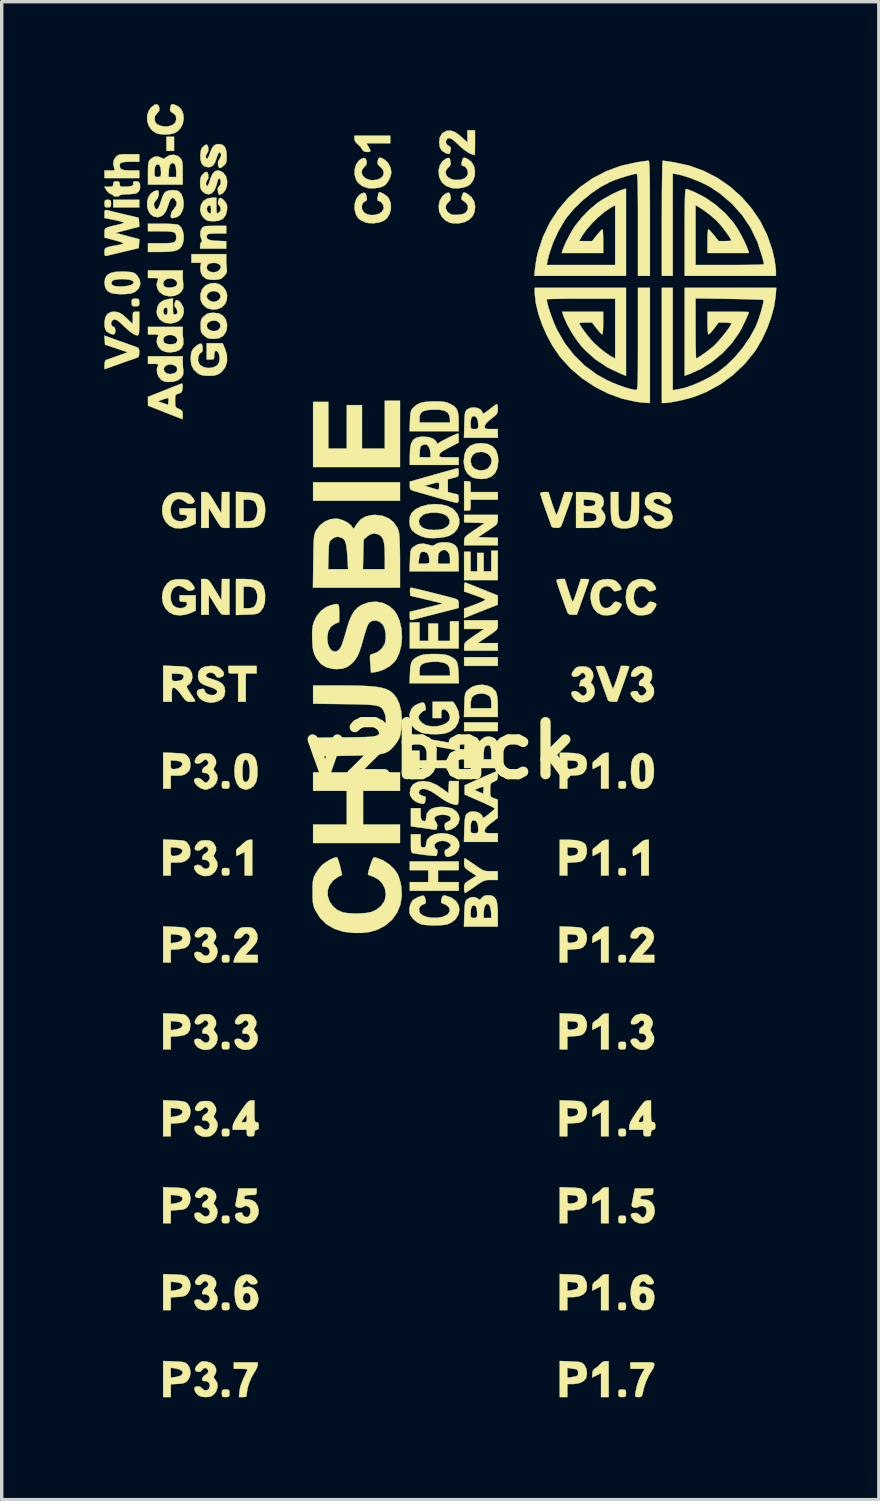
<source format=kicad_pcb>
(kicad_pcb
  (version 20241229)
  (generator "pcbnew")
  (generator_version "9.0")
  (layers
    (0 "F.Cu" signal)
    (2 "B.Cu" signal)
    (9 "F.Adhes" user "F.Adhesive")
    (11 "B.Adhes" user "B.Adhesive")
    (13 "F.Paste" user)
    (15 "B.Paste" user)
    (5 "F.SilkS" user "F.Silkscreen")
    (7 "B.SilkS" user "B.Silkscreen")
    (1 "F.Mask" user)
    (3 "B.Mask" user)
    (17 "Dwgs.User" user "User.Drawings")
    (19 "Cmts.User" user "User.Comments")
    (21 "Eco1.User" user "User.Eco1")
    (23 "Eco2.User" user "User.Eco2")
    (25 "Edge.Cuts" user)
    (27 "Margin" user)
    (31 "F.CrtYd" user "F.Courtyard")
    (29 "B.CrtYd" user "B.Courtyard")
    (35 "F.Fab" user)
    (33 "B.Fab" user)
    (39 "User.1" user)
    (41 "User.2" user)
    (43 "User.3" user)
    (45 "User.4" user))
  (footprint "v2back"
    (layer "F.Cu")
    (at 9.847 18.941)
    (property "Reference" "v2back" (at 0 0 0) (layer "F.SilkS") (effects (font (size 1.524 1.524) (thickness 0.3))))
    (attr through_hole)
    (fp_poly (pts (xy -8.817 -15.915) (xy -9.581 -15.915) (xy -9.581 -16.138) (xy -8.817 -16.138) (xy -8.817 -15.915)) (stroke (width 0.01) (type solid)) (fill yes) (layer "F.SilkS"))
    (fp_poly (pts (xy -7.798 -17.57) (xy -8.021 -17.57) (xy -8.021 -17.984) (xy -7.798 -17.984) (xy -7.798 -17.57)) (stroke (width 0.01) (type solid)) (fill yes) (layer "F.SilkS"))
    (fp_poly (pts (xy -1.178 -7.321) (xy -3.724 -7.321) (xy -3.724 -7.862) (xy -1.178 -7.862) (xy -1.178 -7.321)) (stroke (width 0.01) (type solid)) (fill yes) (layer "F.SilkS"))
    (fp_poly (pts (xy 1.687 -2.483) (xy 0.7 -2.483) (xy 0.7 -2.737) (xy 1.687 -2.737) (xy 1.687 -2.483)) (stroke (width 0.01) (type solid)) (fill yes) (layer "F.SilkS"))
    (fp_poly (pts (xy 1.687 -0.573) (xy 0.7 -0.573) (xy 0.7 -0.828) (xy 1.687 -0.828) (xy 1.687 -0.573)) (stroke (width 0.01) (type solid)) (fill yes) (layer "F.SilkS"))
    (fp_poly (pts (xy -0.605 0.286) (xy 0.541 0.286) (xy 0.541 0.509) (xy -0.605 0.509) (xy -0.605 0.828) (xy -0.891 0.828) (xy -0.891 0) (xy -0.605 0) (xy -0.605 0.286)) (stroke (width 0.01) (type solid)) (fill yes) (layer "F.SilkS"))
    (fp_poly (pts (xy -9.676 -16.131) (xy -9.649 -16.1) (xy -9.644 -16.026) (xy -9.65 -15.951) (xy -9.677 -15.921) (xy -9.74 -15.915) (xy -9.804 -15.921) (xy -9.83 -15.952) (xy -9.835 -16.026) (xy -9.83 -16.101) (xy -9.803 -16.132) (xy -9.74 -16.138) (xy -9.676 -16.131)) (stroke (width 0.01) (type solid)) (fill yes) (layer "F.SilkS"))
    (fp_poly (pts (xy -5.379 -2.26) (xy -5.697 -2.26) (xy -5.697 -1.432) (xy -5.92 -1.432) (xy -5.92 -2.26) (xy -6.064 -2.26) (xy -6.152 -2.262) (xy -6.193 -2.278) (xy -6.206 -2.322) (xy -6.207 -2.371) (xy -6.207 -2.483) (xy -5.379 -2.483) (xy -5.379 -2.26)) (stroke (width 0.01) (type solid)) (fill yes) (layer "F.SilkS"))
    (fp_poly (pts (xy -1.178 -8.308) (xy -3.724 -8.308) (xy -3.724 -10.217) (xy -3.278 -10.217) (xy -3.278 -8.849) (xy -2.737 -8.849) (xy -2.737 -10.122) (xy -2.292 -10.122) (xy -2.292 -8.849) (xy -1.623 -8.849) (xy -1.623 -10.249) (xy -1.178 -10.249) (xy -1.178 -8.308)) (stroke (width 0.01) (type solid)) (fill yes) (layer "F.SilkS"))
    (fp_poly (pts (xy -1.178 1.178) (xy -2.26 1.178) (xy -2.26 2.164) (xy -1.178 2.164) (xy -1.178 2.706) (xy -3.724 2.706) (xy -3.724 2.164) (xy -2.737 2.164) (xy -2.737 1.178) (xy -3.724 1.178) (xy -3.724 0.637) (xy -1.178 0.637) (xy -1.178 1.178)) (stroke (width 0.01) (type solid)) (fill yes) (layer "F.SilkS"))
    (fp_poly (pts (xy 0.541 -2.992) (xy -0.891 -2.992) (xy -0.891 -3.756) (xy -0.605 -3.756) (xy -0.605 -3.215) (xy -0.35 -3.215) (xy -0.35 -3.724) (xy -0.064 -3.724) (xy -0.064 -3.215) (xy 0.286 -3.215) (xy 0.286 -3.788) (xy 0.541 -3.788) (xy 0.541 -2.992)) (stroke (width 0.01) (type solid)) (fill yes) (layer "F.SilkS"))
    (fp_poly (pts (xy 0.541 3.501) (xy -0.064 3.501) (xy -0.064 3.851) (xy 0.541 3.851) (xy 0.541 4.106) (xy -0.891 4.106) (xy -0.891 3.851) (xy -0.35 3.851) (xy -0.35 3.501) (xy -0.891 3.501) (xy -0.891 3.247) (xy 0.541 3.247) (xy 0.541 3.501)) (stroke (width 0.01) (type solid)) (fill yes) (layer "F.SilkS"))
    (fp_poly (pts (xy 1.687 -4.997) (xy 0.7 -4.997) (xy 0.7 -5.825) (xy 0.891 -5.825) (xy 0.891 -5.252) (xy 1.082 -5.252) (xy 1.082 -5.793) (xy 1.273 -5.793) (xy 1.273 -5.252) (xy 1.496 -5.252) (xy 1.496 -5.857) (xy 1.687 -5.857) (xy 1.687 -4.997)) (stroke (width 0.01) (type solid)) (fill yes) (layer "F.SilkS"))
    (fp_poly (pts (xy -5.507 3.66) (xy -5.729 3.66) (xy -5.729 2.967) (xy -5.968 3.089) (xy -5.978 2.988) (xy -5.973 2.901) (xy -5.931 2.854) (xy -5.873 2.812) (xy -5.799 2.744) (xy -5.771 2.716) (xy -5.676 2.639) (xy -5.59 2.61) (xy -5.588 2.61) (xy -5.507 2.61) (xy -5.507 3.66)) (stroke (width 0.01) (type solid)) (fill yes) (layer "F.SilkS"))
    (fp_poly (pts (xy 4.934 6.207) (xy 4.711 6.207) (xy 4.711 5.505) (xy 4.583 5.57) (xy 4.456 5.635) (xy 4.456 5.524) (xy 4.467 5.439) (xy 4.513 5.386) (xy 4.551 5.363) (xy 4.636 5.304) (xy 4.698 5.235) (xy 4.773 5.169) (xy 4.842 5.156) (xy 4.934 5.156) (xy 4.934 6.207)) (stroke (width 0.01) (type solid)) (fill yes) (layer "F.SilkS"))
    (fp_poly (pts (xy 4.934 8.753) (xy 4.711 8.753) (xy 4.711 8.052) (xy 4.583 8.117) (xy 4.456 8.181) (xy 4.456 8.07) (xy 4.467 7.985) (xy 4.513 7.932) (xy 4.551 7.91) (xy 4.636 7.85) (xy 4.698 7.782) (xy 4.773 7.716) (xy 4.842 7.703) (xy 4.934 7.703) (xy 4.934 8.753)) (stroke (width 0.01) (type solid)) (fill yes) (layer "F.SilkS"))
    (fp_poly (pts (xy 4.934 11.299) (xy 4.711 11.299) (xy 4.711 10.598) (xy 4.583 10.663) (xy 4.456 10.728) (xy 4.456 10.617) (xy 4.467 10.532) (xy 4.513 10.479) (xy 4.551 10.456) (xy 4.636 10.396) (xy 4.698 10.328) (xy 4.773 10.262) (xy 4.842 10.249) (xy 4.934 10.249) (xy 4.934 11.299)) (stroke (width 0.01) (type solid)) (fill yes) (layer "F.SilkS"))
    (fp_poly (pts (xy 4.934 1.114) (xy 4.711 1.114) (xy 4.711 0.414) (xy 4.472 0.542) (xy 4.461 0.438) (xy 4.467 0.351) (xy 4.509 0.303) (xy 4.509 0.302) (xy 4.567 0.26) (xy 4.642 0.193) (xy 4.669 0.167) (xy 4.762 0.093) (xy 4.847 0.064) (xy 4.852 0.064) (xy 4.934 0.064) (xy 4.934 1.114)) (stroke (width 0.01) (type solid)) (fill yes) (layer "F.SilkS"))
    (fp_poly (pts (xy 4.934 3.66) (xy 4.711 3.66) (xy 4.711 2.96) (xy 4.472 3.089) (xy 4.461 2.985) (xy 4.467 2.897) (xy 4.509 2.849) (xy 4.509 2.849) (xy 4.567 2.807) (xy 4.642 2.739) (xy 4.669 2.713) (xy 4.762 2.64) (xy 4.847 2.61) (xy 4.852 2.61) (xy 4.934 2.61) (xy 4.934 3.66)) (stroke (width 0.01) (type solid)) (fill yes) (layer "F.SilkS"))
    (fp_poly (pts (xy 4.934 13.846) (xy 4.711 13.846) (xy 4.711 13.144) (xy 4.583 13.209) (xy 4.456 13.274) (xy 4.456 13.165) (xy 4.467 13.085) (xy 4.509 13.028) (xy 4.568 12.986) (xy 4.648 12.927) (xy 4.705 12.868) (xy 4.712 12.856) (xy 4.773 12.806) (xy 4.839 12.795) (xy 4.934 12.795) (xy 4.934 13.846)) (stroke (width 0.01) (type solid)) (fill yes) (layer "F.SilkS"))
    (fp_poly (pts (xy 4.934 16.392) (xy 4.711 16.392) (xy 4.711 15.691) (xy 4.583 15.756) (xy 4.456 15.821) (xy 4.456 15.711) (xy 4.468 15.627) (xy 4.515 15.568) (xy 4.56 15.537) (xy 4.64 15.477) (xy 4.699 15.414) (xy 4.703 15.407) (xy 4.772 15.352) (xy 4.838 15.342) (xy 4.934 15.342) (xy 4.934 16.392)) (stroke (width 0.01) (type solid)) (fill yes) (layer "F.SilkS"))
    (fp_poly (pts (xy 4.934 18.939) (xy 4.711 18.939) (xy 4.711 18.237) (xy 4.583 18.302) (xy 4.456 18.367) (xy 4.456 18.258) (xy 4.468 18.174) (xy 4.515 18.115) (xy 4.56 18.084) (xy 4.64 18.023) (xy 4.699 17.96) (xy 4.703 17.954) (xy 4.772 17.899) (xy 4.838 17.888) (xy 4.934 17.888) (xy 4.934 18.939)) (stroke (width 0.01) (type solid)) (fill yes) (layer "F.SilkS"))
    (fp_poly (pts (xy 6.111 3.66) (xy 5.888 3.66) (xy 5.888 2.96) (xy 5.65 3.089) (xy 5.639 2.985) (xy 5.644 2.897) (xy 5.686 2.849) (xy 5.687 2.849) (xy 5.745 2.807) (xy 5.82 2.739) (xy 5.846 2.713) (xy 5.94 2.64) (xy 6.025 2.61) (xy 6.03 2.61) (xy 6.111 2.61) (xy 6.111 3.66)) (stroke (width 0.01) (type solid)) (fill yes) (layer "F.SilkS"))
    (fp_poly (pts (xy -8.854 -13.236) (xy -8.823 -13.208) (xy -8.817 -13.138) (xy -8.817 -13.13) (xy -8.822 -13.055) (xy -8.85 -13.024) (xy -8.92 -13.018) (xy -8.928 -13.018) (xy -9.003 -13.023) (xy -9.033 -13.051) (xy -9.04 -13.121) (xy -9.04 -13.13) (xy -9.035 -13.204) (xy -9.007 -13.235) (xy -8.937 -13.241) (xy -8.928 -13.241) (xy -8.854 -13.236)) (stroke (width 0.01) (type solid)) (fill yes) (layer "F.SilkS"))
    (fp_poly (pts (xy -6.212 0.896) (xy -6.181 0.924) (xy -6.175 0.994) (xy -6.175 1.003) (xy -6.18 1.077) (xy -6.208 1.108) (xy -6.278 1.114) (xy -6.286 1.114) (xy -6.361 1.109) (xy -6.392 1.081) (xy -6.398 1.011) (xy -6.398 1.003) (xy -6.393 0.928) (xy -6.365 0.897) (xy -6.295 0.891) (xy -6.286 0.891) (xy -6.212 0.896)) (stroke (width 0.01) (type solid)) (fill yes) (layer "F.SilkS"))
    (fp_poly (pts (xy -6.212 3.443) (xy -6.181 3.47) (xy -6.175 3.541) (xy -6.175 3.549) (xy -6.18 3.624) (xy -6.208 3.654) (xy -6.278 3.66) (xy -6.286 3.66) (xy -6.361 3.655) (xy -6.392 3.628) (xy -6.398 3.557) (xy -6.398 3.549) (xy -6.393 3.474) (xy -6.365 3.444) (xy -6.295 3.438) (xy -6.286 3.438) (xy -6.212 3.443)) (stroke (width 0.01) (type solid)) (fill yes) (layer "F.SilkS"))
    (fp_poly (pts (xy -6.212 5.989) (xy -6.181 6.017) (xy -6.175 6.087) (xy -6.175 6.095) (xy -6.18 6.17) (xy -6.208 6.201) (xy -6.278 6.207) (xy -6.286 6.207) (xy -6.361 6.202) (xy -6.392 6.174) (xy -6.398 6.104) (xy -6.398 6.095) (xy -6.393 6.021) (xy -6.365 5.99) (xy -6.295 5.984) (xy -6.286 5.984) (xy -6.212 5.989)) (stroke (width 0.01) (type solid)) (fill yes) (layer "F.SilkS"))
    (fp_poly (pts (xy -6.212 8.535) (xy -6.181 8.563) (xy -6.175 8.633) (xy -6.175 8.642) (xy -6.18 8.716) (xy -6.208 8.747) (xy -6.278 8.753) (xy -6.286 8.753) (xy -6.361 8.748) (xy -6.392 8.72) (xy -6.398 8.65) (xy -6.398 8.642) (xy -6.393 8.567) (xy -6.365 8.536) (xy -6.295 8.53) (xy -6.286 8.53) (xy -6.212 8.535)) (stroke (width 0.01) (type solid)) (fill yes) (layer "F.SilkS"))
    (fp_poly (pts (xy -6.212 11.082) (xy -6.181 11.109) (xy -6.175 11.18) (xy -6.175 11.188) (xy -6.18 11.263) (xy -6.208 11.293) (xy -6.278 11.299) (xy -6.286 11.299) (xy -6.361 11.295) (xy -6.392 11.267) (xy -6.398 11.197) (xy -6.398 11.188) (xy -6.393 11.113) (xy -6.365 11.083) (xy -6.295 11.077) (xy -6.286 11.077) (xy -6.212 11.082)) (stroke (width 0.01) (type solid)) (fill yes) (layer "F.SilkS"))
    (fp_poly (pts (xy -6.212 13.628) (xy -6.181 13.656) (xy -6.175 13.726) (xy -6.175 13.734) (xy -6.18 13.809) (xy -6.208 13.84) (xy -6.278 13.846) (xy -6.286 13.846) (xy -6.361 13.841) (xy -6.392 13.813) (xy -6.398 13.743) (xy -6.398 13.734) (xy -6.393 13.66) (xy -6.365 13.629) (xy -6.295 13.623) (xy -6.286 13.623) (xy -6.212 13.628)) (stroke (width 0.01) (type solid)) (fill yes) (layer "F.SilkS"))
    (fp_poly (pts (xy -6.212 16.174) (xy -6.181 16.202) (xy -6.175 16.272) (xy -6.175 16.281) (xy -6.18 16.355) (xy -6.208 16.386) (xy -6.278 16.392) (xy -6.286 16.392) (xy -6.361 16.387) (xy -6.392 16.36) (xy -6.398 16.289) (xy -6.398 16.281) (xy -6.393 16.206) (xy -6.365 16.176) (xy -6.295 16.169) (xy -6.286 16.169) (xy -6.212 16.174)) (stroke (width 0.01) (type solid)) (fill yes) (layer "F.SilkS"))
    (fp_poly (pts (xy -6.212 18.721) (xy -6.181 18.749) (xy -6.175 18.819) (xy -6.175 18.827) (xy -6.18 18.902) (xy -6.208 18.932) (xy -6.278 18.939) (xy -6.286 18.939) (xy -6.361 18.934) (xy -6.392 18.906) (xy -6.398 18.836) (xy -6.398 18.827) (xy -6.393 18.753) (xy -6.365 18.722) (xy -6.295 18.716) (xy -6.286 18.716) (xy -6.212 18.721)) (stroke (width 0.01) (type solid)) (fill yes) (layer "F.SilkS"))
    (fp_poly (pts (xy 0.852 -7.89) (xy 0.88 -7.869) (xy 0.89 -7.813) (xy 0.891 -7.735) (xy 0.891 -7.575) (xy 1.687 -7.575) (xy 1.687 -7.353) (xy 0.891 -7.353) (xy 0.891 -7.193) (xy 0.889 -7.099) (xy 0.876 -7.052) (xy 0.843 -7.036) (xy 0.796 -7.034) (xy 0.7 -7.034) (xy 0.7 -7.894) (xy 0.796 -7.894) (xy 0.852 -7.89)) (stroke (width 0.01) (type solid)) (fill yes) (layer "F.SilkS"))
    (fp_poly (pts (xy 5.406 0.896) (xy 5.437 0.924) (xy 5.443 0.994) (xy 5.443 1.003) (xy 5.438 1.077) (xy 5.41 1.108) (xy 5.34 1.114) (xy 5.331 1.114) (xy 5.257 1.109) (xy 5.226 1.081) (xy 5.22 1.011) (xy 5.22 1.003) (xy 5.225 0.928) (xy 5.253 0.897) (xy 5.323 0.891) (xy 5.331 0.891) (xy 5.406 0.896)) (stroke (width 0.01) (type solid)) (fill yes) (layer "F.SilkS"))
    (fp_poly (pts (xy 5.406 3.443) (xy 5.437 3.47) (xy 5.443 3.541) (xy 5.443 3.549) (xy 5.438 3.624) (xy 5.41 3.654) (xy 5.34 3.66) (xy 5.331 3.66) (xy 5.257 3.655) (xy 5.226 3.628) (xy 5.22 3.557) (xy 5.22 3.549) (xy 5.225 3.474) (xy 5.253 3.444) (xy 5.323 3.438) (xy 5.331 3.438) (xy 5.406 3.443)) (stroke (width 0.01) (type solid)) (fill yes) (layer "F.SilkS"))
    (fp_poly (pts (xy 5.406 5.989) (xy 5.437 6.017) (xy 5.443 6.087) (xy 5.443 6.095) (xy 5.438 6.17) (xy 5.41 6.201) (xy 5.34 6.207) (xy 5.331 6.207) (xy 5.257 6.202) (xy 5.226 6.174) (xy 5.22 6.104) (xy 5.22 6.095) (xy 5.225 6.021) (xy 5.253 5.99) (xy 5.323 5.984) (xy 5.331 5.984) (xy 5.406 5.989)) (stroke (width 0.01) (type solid)) (fill yes) (layer "F.SilkS"))
    (fp_poly (pts (xy 5.406 8.535) (xy 5.437 8.563) (xy 5.443 8.633) (xy 5.443 8.642) (xy 5.438 8.716) (xy 5.41 8.747) (xy 5.34 8.753) (xy 5.331 8.753) (xy 5.257 8.748) (xy 5.226 8.72) (xy 5.22 8.65) (xy 5.22 8.642) (xy 5.225 8.567) (xy 5.253 8.536) (xy 5.323 8.53) (xy 5.331 8.53) (xy 5.406 8.535)) (stroke (width 0.01) (type solid)) (fill yes) (layer "F.SilkS"))
    (fp_poly (pts (xy 5.406 11.082) (xy 5.437 11.109) (xy 5.443 11.18) (xy 5.443 11.188) (xy 5.438 11.263) (xy 5.41 11.293) (xy 5.34 11.299) (xy 5.331 11.299) (xy 5.257 11.295) (xy 5.226 11.267) (xy 5.22 11.197) (xy 5.22 11.188) (xy 5.225 11.113) (xy 5.253 11.083) (xy 5.323 11.077) (xy 5.331 11.077) (xy 5.406 11.082)) (stroke (width 0.01) (type solid)) (fill yes) (layer "F.SilkS"))
    (fp_poly (pts (xy 5.406 13.628) (xy 5.437 13.656) (xy 5.443 13.726) (xy 5.443 13.734) (xy 5.438 13.809) (xy 5.41 13.84) (xy 5.34 13.846) (xy 5.331 13.846) (xy 5.257 13.841) (xy 5.226 13.813) (xy 5.22 13.743) (xy 5.22 13.734) (xy 5.225 13.66) (xy 5.253 13.629) (xy 5.323 13.623) (xy 5.331 13.623) (xy 5.406 13.628)) (stroke (width 0.01) (type solid)) (fill yes) (layer "F.SilkS"))
    (fp_poly (pts (xy 5.406 16.174) (xy 5.437 16.202) (xy 5.443 16.272) (xy 5.443 16.281) (xy 5.438 16.355) (xy 5.41 16.386) (xy 5.34 16.392) (xy 5.331 16.392) (xy 5.257 16.387) (xy 5.226 16.36) (xy 5.22 16.289) (xy 5.22 16.281) (xy 5.225 16.206) (xy 5.253 16.176) (xy 5.323 16.169) (xy 5.331 16.169) (xy 5.406 16.174)) (stroke (width 0.01) (type solid)) (fill yes) (layer "F.SilkS"))
    (fp_poly (pts (xy 5.406 18.721) (xy 5.437 18.749) (xy 5.443 18.819) (xy 5.443 18.827) (xy 5.438 18.902) (xy 5.41 18.932) (xy 5.34 18.939) (xy 5.331 18.939) (xy 5.257 18.934) (xy 5.226 18.906) (xy 5.22 18.836) (xy 5.22 18.827) (xy 5.225 18.753) (xy 5.253 18.722) (xy 5.323 18.716) (xy 5.331 18.716) (xy 5.406 18.721)) (stroke (width 0.01) (type solid)) (fill yes) (layer "F.SilkS"))
    (fp_poly (pts (xy -1.464 -17.793) (xy -2.163 -17.793) (xy -2.1 -17.689) (xy -2.053 -17.604) (xy -2.045 -17.559) (xy -2.081 -17.541) (xy -2.143 -17.538) (xy -2.228 -17.551) (xy -2.277 -17.599) (xy -2.285 -17.615) (xy -2.335 -17.687) (xy -2.409 -17.758) (xy -2.417 -17.765) (xy -2.493 -17.844) (xy -2.515 -17.926) (xy -2.515 -18.016) (xy -1.464 -18.016) (xy -1.464 -17.793)) (stroke (width 0.01) (type solid)) (fill yes) (layer "F.SilkS"))
    (fp_poly (pts (xy 1.687 -3.684) (xy 1.685 -3.624) (xy 1.675 -3.578) (xy 1.646 -3.535) (xy 1.589 -3.486) (xy 1.496 -3.419) (xy 1.394 -3.35) (xy 1.101 -3.151) (xy 1.687 -3.151) (xy 1.687 -2.928) (xy 0.7 -2.928) (xy 0.701 -3.048) (xy 0.704 -3.102) (xy 0.718 -3.146) (xy 0.753 -3.189) (xy 0.818 -3.243) (xy 0.922 -3.317) (xy 0.993 -3.366) (xy 1.285 -3.565) (xy 0.7 -3.565) (xy 0.7 -3.82) (xy 1.687 -3.82) (xy 1.687 -3.684)) (stroke (width 0.01) (type solid)) (fill yes) (layer "F.SilkS"))
    (fp_poly (pts (xy -6.847 -7.572) (xy -6.807 -7.556) (xy -6.766 -7.518) (xy -6.715 -7.449) (xy -6.645 -7.339) (xy -6.601 -7.265) (xy -6.414 -6.956) (xy -6.395 -7.575) (xy -6.175 -7.575) (xy -6.175 -6.525) (xy -6.298 -6.525) (xy -6.353 -6.527) (xy -6.396 -6.54) (xy -6.436 -6.572) (xy -6.484 -6.635) (xy -6.549 -6.737) (xy -6.6 -6.819) (xy -6.779 -7.114) (xy -6.779 -6.819) (xy -6.78 -6.525) (xy -7.003 -6.525) (xy -7.003 -7.575) (xy -6.895 -7.575) (xy -6.847 -7.572)) (stroke (width 0.01) (type solid)) (fill yes) (layer "F.SilkS"))
    (fp_poly (pts (xy -6.847 -5.026) (xy -6.807 -5.01) (xy -6.766 -4.972) (xy -6.715 -4.903) (xy -6.645 -4.792) (xy -6.601 -4.719) (xy -6.414 -4.409) (xy -6.395 -5.029) (xy -6.175 -5.029) (xy -6.175 -3.979) (xy -6.298 -3.979) (xy -6.353 -3.981) (xy -6.396 -3.993) (xy -6.436 -4.026) (xy -6.484 -4.089) (xy -6.549 -4.19) (xy -6.6 -4.273) (xy -6.779 -4.568) (xy -6.779 -4.273) (xy -6.78 -3.979) (xy -7.003 -3.979) (xy -7.003 -5.029) (xy -6.895 -5.029) (xy -6.847 -5.026)) (stroke (width 0.01) (type solid)) (fill yes) (layer "F.SilkS"))
    (fp_poly (pts (xy 1.686 -6.772) (xy 1.684 -6.711) (xy 1.672 -6.665) (xy 1.642 -6.622) (xy 1.584 -6.573) (xy 1.488 -6.506) (xy 1.398 -6.445) (xy 1.111 -6.255) (xy 1.399 -6.245) (xy 1.687 -6.236) (xy 1.687 -6.016) (xy 0.7 -6.016) (xy 0.7 -6.137) (xy 0.703 -6.191) (xy 0.716 -6.235) (xy 0.749 -6.278) (xy 0.811 -6.33) (xy 0.911 -6.402) (xy 1.001 -6.463) (xy 1.302 -6.668) (xy 0.7 -6.687) (xy 0.7 -6.907) (xy 1.687 -6.907) (xy 1.686 -6.772)) (stroke (width 0.01) (type solid)) (fill yes) (layer "F.SilkS"))
    (fp_poly (pts (xy -5.347 17.999) (xy -5.365 18.07) (xy -5.411 18.163) (xy -5.443 18.214) (xy -5.525 18.354) (xy -5.595 18.517) (xy -5.645 18.679) (xy -5.665 18.816) (xy -5.666 18.826) (xy -5.67 18.901) (xy -5.697 18.932) (xy -5.764 18.939) (xy -5.782 18.939) (xy -5.897 18.939) (xy -5.879 18.762) (xy -5.863 18.663) (xy -5.83 18.553) (xy -5.777 18.419) (xy -5.698 18.251) (xy -5.641 18.135) (xy -5.663 18.123) (xy -5.734 18.114) (xy -5.838 18.111) (xy -6.048 18.111) (xy -6.048 17.92) (xy -5.347 17.92) (xy -5.347 17.999)) (stroke (width 0.01) (type solid)) (fill yes) (layer "F.SilkS"))
    (fp_poly (pts (xy -0.867 -0.434) (xy -0.821 -0.424) (xy -0.721 -0.405) (xy -0.579 -0.379) (xy -0.403 -0.348) (xy -0.205 -0.314) (xy -0.119 -0.299) (xy 0.573 -0.18) (xy 0.573 -0.09) (xy 0.566 -0.026) (xy 0.549 -0.003) (xy 0.511 -0.009) (xy 0.422 -0.025) (xy 0.292 -0.048) (xy 0.134 -0.076) (xy 0.032 -0.094) (xy -0.16 -0.129) (xy -0.351 -0.162) (xy -0.523 -0.192) (xy -0.656 -0.216) (xy -0.692 -0.222) (xy -0.811 -0.243) (xy -0.88 -0.261) (xy -0.912 -0.286) (xy -0.922 -0.323) (xy -0.923 -0.355) (xy -0.915 -0.421) (xy -0.886 -0.438) (xy -0.867 -0.434)) (stroke (width 0.01) (type solid)) (fill yes) (layer "F.SilkS"))
    (fp_poly (pts (xy 6.073 17.921) (xy 6.173 17.923) (xy 6.232 17.931) (xy 6.261 17.946) (xy 6.27 17.971) (xy 6.27 17.995) (xy 6.251 18.076) (xy 6.211 18.147) (xy 6.113 18.301) (xy 6.026 18.491) (xy 5.963 18.686) (xy 5.951 18.741) (xy 5.928 18.848) (xy 5.907 18.907) (xy 5.876 18.933) (xy 5.826 18.938) (xy 5.807 18.939) (xy 5.739 18.935) (xy 5.712 18.911) (xy 5.714 18.849) (xy 5.718 18.819) (xy 5.761 18.615) (xy 5.83 18.409) (xy 5.908 18.246) (xy 5.987 18.111) (xy 5.57 18.111) (xy 5.57 17.92) (xy 5.92 17.92) (xy 6.073 17.921)) (stroke (width 0.01) (type solid)) (fill yes) (layer "F.SilkS"))
    (fp_poly (pts (xy -6.27 -15.151) (xy -6.542 -15.151) (xy -6.679 -15.149) (xy -6.765 -15.141) (xy -6.812 -15.125) (xy -6.834 -15.099) (xy -6.844 -15.031) (xy -6.81 -14.984) (xy -6.726 -14.954) (xy -6.587 -14.937) (xy -6.53 -14.935) (xy -6.27 -14.925) (xy -6.27 -14.705) (xy -7.034 -14.705) (xy -7.034 -14.798) (xy -7.023 -14.868) (xy -6.998 -14.903) (xy -6.977 -14.928) (xy -6.998 -14.983) (xy -7.031 -15.102) (xy -7.02 -15.227) (xy -6.985 -15.303) (xy -6.958 -15.335) (xy -6.921 -15.355) (xy -6.863 -15.367) (xy -6.768 -15.372) (xy -6.625 -15.374) (xy -6.603 -15.374) (xy -6.27 -15.374) (xy -6.27 -15.151)) (stroke (width 0.01) (type solid)) (fill yes) (layer "F.SilkS"))
    (fp_poly (pts (xy 0.74 -4.925) (xy 0.782 -4.908) (xy 0.872 -4.872) (xy 0.999 -4.821) (xy 1.15 -4.76) (xy 1.233 -4.727) (xy 1.687 -4.545) (xy 1.687 -4.276) (xy 1.297 -4.122) (xy 1.141 -4.06) (xy 0.997 -4.003) (xy 0.881 -3.956) (xy 0.808 -3.927) (xy 0.804 -3.925) (xy 0.7 -3.882) (xy 0.7 -4.162) (xy 1.018 -4.281) (xy 1.146 -4.332) (xy 1.246 -4.376) (xy 1.308 -4.41) (xy 1.321 -4.425) (xy 1.286 -4.445) (xy 1.204 -4.481) (xy 1.09 -4.525) (xy 1.003 -4.556) (xy 0.7 -4.663) (xy 0.7 -4.802) (xy 0.706 -4.892) (xy 0.726 -4.926) (xy 0.74 -4.925)) (stroke (width 0.01) (type solid)) (fill yes) (layer "F.SilkS"))
    (fp_poly (pts (xy -8.817 -17.252) (xy -9.053 -17.252) (xy -9.205 -17.249) (xy -9.304 -17.238) (xy -9.361 -17.215) (xy -9.386 -17.178) (xy -9.39 -17.143) (xy -9.379 -17.076) (xy -9.338 -17.032) (xy -9.259 -17.007) (xy -9.13 -16.998) (xy -9.065 -16.997) (xy -8.817 -16.997) (xy -8.817 -16.774) (xy -9.835 -16.774) (xy -9.835 -16.997) (xy -9.675 -16.997) (xy -9.582 -16.999) (xy -9.54 -17.009) (xy -9.536 -17.033) (xy -9.548 -17.059) (xy -9.581 -17.18) (xy -9.562 -17.303) (xy -9.503 -17.396) (xy -9.461 -17.433) (xy -9.415 -17.456) (xy -9.349 -17.468) (xy -9.247 -17.474) (xy -9.121 -17.474) (xy -8.817 -17.474) (xy -8.817 -17.252)) (stroke (width 0.01) (type solid)) (fill yes) (layer "F.SilkS"))
    (fp_poly (pts (xy -7.801 15.347) (xy -7.652 15.353) (xy -7.552 15.363) (xy -7.485 15.38) (xy -7.437 15.406) (xy -7.403 15.435) (xy -7.339 15.535) (xy -7.316 15.662) (xy -7.335 15.792) (xy -7.396 15.903) (xy -7.447 15.952) (xy -7.507 15.981) (xy -7.596 15.997) (xy -7.683 16.004) (xy -7.894 16.018) (xy -7.894 16.392) (xy -8.117 16.392) (xy -8.117 15.828) (xy -7.894 15.828) (xy -7.762 15.81) (xy -7.666 15.787) (xy -7.591 15.751) (xy -7.58 15.742) (xy -7.546 15.679) (xy -7.569 15.626) (xy -7.645 15.587) (xy -7.746 15.571) (xy -7.894 15.561) (xy -7.894 15.828) (xy -8.117 15.828) (xy -8.117 15.336) (xy -7.801 15.347)) (stroke (width 0.01) (type solid)) (fill yes) (layer "F.SilkS"))
    (fp_poly (pts (xy -9.431 -12.012) (xy -9.271 -11.955) (xy -9.124 -11.903) (xy -9.005 -11.861) (xy -8.928 -11.834) (xy -8.92 -11.832) (xy -8.854 -11.804) (xy -8.825 -11.764) (xy -8.817 -11.688) (xy -8.817 -11.664) (xy -8.825 -11.57) (xy -8.852 -11.523) (xy -8.872 -11.514) (xy -8.921 -11.498) (xy -9.017 -11.464) (xy -9.15 -11.418) (xy -9.306 -11.363) (xy -9.382 -11.336) (xy -9.835 -11.174) (xy -9.835 -11.302) (xy -9.826 -11.389) (xy -9.802 -11.439) (xy -9.796 -11.443) (xy -9.75 -11.459) (xy -9.659 -11.491) (xy -9.539 -11.534) (xy -9.455 -11.564) (xy -9.153 -11.672) (xy -9.486 -11.782) (xy -9.819 -11.893) (xy -9.829 -12.026) (xy -9.839 -12.159) (xy -9.431 -12.012)) (stroke (width 0.01) (type solid)) (fill yes) (layer "F.SilkS"))
    (fp_poly (pts (xy -7.801 17.893) (xy -7.652 17.9) (xy -7.552 17.91) (xy -7.485 17.926) (xy -7.437 17.953) (xy -7.403 17.981) (xy -7.339 18.082) (xy -7.316 18.208) (xy -7.335 18.339) (xy -7.396 18.45) (xy -7.447 18.499) (xy -7.507 18.528) (xy -7.596 18.544) (xy -7.683 18.551) (xy -7.894 18.564) (xy -7.894 18.939) (xy -8.117 18.939) (xy -8.117 18.374) (xy -7.894 18.374) (xy -7.76 18.352) (xy -7.666 18.331) (xy -7.597 18.304) (xy -7.585 18.297) (xy -7.542 18.236) (xy -7.558 18.179) (xy -7.629 18.133) (xy -7.751 18.1) (xy -7.758 18.099) (xy -7.894 18.078) (xy -7.894 18.374) (xy -8.117 18.374) (xy -8.117 17.882) (xy -7.801 17.893)) (stroke (width 0.01) (type solid)) (fill yes) (layer "F.SilkS"))
    (fp_poly (pts (xy -7.8 10.254) (xy -7.65 10.262) (xy -7.549 10.273) (xy -7.482 10.29) (xy -7.433 10.317) (xy -7.402 10.343) (xy -7.338 10.443) (xy -7.316 10.569) (xy -7.335 10.699) (xy -7.396 10.811) (xy -7.396 10.811) (xy -7.447 10.86) (xy -7.507 10.889) (xy -7.596 10.905) (xy -7.683 10.912) (xy -7.894 10.925) (xy -7.894 11.299) (xy -8.117 11.299) (xy -8.117 10.735) (xy -7.894 10.735) (xy -7.762 10.717) (xy -7.666 10.694) (xy -7.591 10.659) (xy -7.58 10.649) (xy -7.546 10.587) (xy -7.569 10.533) (xy -7.645 10.495) (xy -7.746 10.478) (xy -7.894 10.468) (xy -7.894 10.735) (xy -8.117 10.735) (xy -8.117 10.242) (xy -7.8 10.254)) (stroke (width 0.01) (type solid)) (fill yes) (layer "F.SilkS"))
    (fp_poly (pts (xy -7.8 12.801) (xy -7.65 12.808) (xy -7.549 12.819) (xy -7.482 12.836) (xy -7.433 12.863) (xy -7.402 12.89) (xy -7.338 12.989) (xy -7.316 13.115) (xy -7.335 13.245) (xy -7.396 13.357) (xy -7.396 13.357) (xy -7.447 13.406) (xy -7.507 13.435) (xy -7.596 13.451) (xy -7.683 13.458) (xy -7.894 13.471) (xy -7.894 13.846) (xy -8.117 13.846) (xy -8.117 13.281) (xy -7.894 13.281) (xy -7.762 13.264) (xy -7.666 13.24) (xy -7.591 13.205) (xy -7.58 13.195) (xy -7.546 13.133) (xy -7.569 13.079) (xy -7.645 13.041) (xy -7.746 13.025) (xy -7.894 13.015) (xy -7.894 13.281) (xy -8.117 13.281) (xy -8.117 12.788) (xy -7.8 12.801)) (stroke (width 0.01) (type solid)) (fill yes) (layer "F.SilkS"))
    (fp_poly (pts (xy -7.794 5.162) (xy -7.647 5.169) (xy -7.549 5.178) (xy -7.485 5.193) (xy -7.441 5.217) (xy -7.404 5.255) (xy -7.397 5.263) (xy -7.343 5.349) (xy -7.322 5.458) (xy -7.321 5.503) (xy -7.337 5.635) (xy -7.392 5.727) (xy -7.49 5.785) (xy -7.641 5.815) (xy -7.688 5.819) (xy -7.894 5.832) (xy -7.894 6.207) (xy -8.117 6.207) (xy -8.117 5.642) (xy -7.894 5.642) (xy -7.762 5.625) (xy -7.666 5.601) (xy -7.591 5.566) (xy -7.58 5.556) (xy -7.546 5.494) (xy -7.569 5.44) (xy -7.645 5.402) (xy -7.746 5.385) (xy -7.894 5.376) (xy -7.894 5.642) (xy -8.117 5.642) (xy -8.117 5.149) (xy -7.794 5.162)) (stroke (width 0.01) (type solid)) (fill yes) (layer "F.SilkS"))
    (fp_poly (pts (xy -7.794 7.708) (xy -7.647 7.715) (xy -7.549 7.724) (xy -7.485 7.739) (xy -7.441 7.764) (xy -7.404 7.801) (xy -7.397 7.809) (xy -7.343 7.896) (xy -7.322 8.004) (xy -7.321 8.049) (xy -7.337 8.181) (xy -7.392 8.274) (xy -7.49 8.332) (xy -7.641 8.362) (xy -7.688 8.365) (xy -7.894 8.379) (xy -7.894 8.753) (xy -8.117 8.753) (xy -8.117 8.189) (xy -7.894 8.189) (xy -7.762 8.171) (xy -7.666 8.148) (xy -7.591 8.112) (xy -7.58 8.102) (xy -7.546 8.04) (xy -7.569 7.987) (xy -7.645 7.948) (xy -7.746 7.932) (xy -7.894 7.922) (xy -7.894 8.189) (xy -8.117 8.189) (xy -8.117 7.695) (xy -7.794 7.708)) (stroke (width 0.01) (type solid)) (fill yes) (layer "F.SilkS"))
    (fp_poly (pts (xy -0.819 -4.767) (xy -0.727 -4.746) (xy -0.597 -4.716) (xy -0.44 -4.678) (xy -0.267 -4.635) (xy -0.09 -4.591) (xy 0.079 -4.548) (xy 0.23 -4.509) (xy 0.35 -4.477) (xy 0.429 -4.455) (xy 0.438 -4.452) (xy 0.507 -4.423) (xy 0.535 -4.378) (xy 0.541 -4.299) (xy 0.541 -4.18) (xy -0.103 -4.015) (xy -0.301 -3.964) (xy -0.481 -3.918) (xy -0.633 -3.879) (xy -0.747 -3.85) (xy -0.812 -3.833) (xy -0.82 -3.831) (xy -0.865 -3.825) (xy -0.886 -3.85) (xy -0.891 -3.921) (xy -0.891 -3.939) (xy -0.891 -4.067) (xy 0.08 -4.31) (xy -0.398 -4.424) (xy -0.875 -4.538) (xy -0.885 -4.656) (xy -0.884 -4.738) (xy -0.864 -4.774) (xy -0.86 -4.774) (xy -0.819 -4.767)) (stroke (width 0.01) (type solid)) (fill yes) (layer "F.SilkS"))
    (fp_poly (pts (xy 3.823 15.347) (xy 3.971 15.354) (xy 4.069 15.363) (xy 4.133 15.378) (xy 4.176 15.403) (xy 4.214 15.44) (xy 4.221 15.448) (xy 4.278 15.556) (xy 4.299 15.688) (xy 4.28 15.815) (xy 4.264 15.853) (xy 4.188 15.932) (xy 4.066 15.986) (xy 3.912 16.01) (xy 3.885 16.01) (xy 3.724 16.01) (xy 3.724 16.392) (xy 3.501 16.392) (xy 3.501 15.827) (xy 3.724 15.827) (xy 3.859 15.806) (xy 3.949 15.787) (xy 4.011 15.765) (xy 4.021 15.758) (xy 4.038 15.708) (xy 4.037 15.656) (xy 4.022 15.609) (xy 3.983 15.584) (xy 3.901 15.573) (xy 3.875 15.571) (xy 3.724 15.561) (xy 3.724 15.827) (xy 3.501 15.827) (xy 3.501 15.334) (xy 3.823 15.347)) (stroke (width 0.01) (type solid)) (fill yes) (layer "F.SilkS"))
    (fp_poly (pts (xy -7.985 -15.435) (xy -7.843 -15.428) (xy -7.734 -15.418) (xy -7.673 -15.406) (xy -7.669 -15.405) (xy -7.591 -15.33) (xy -7.538 -15.214) (xy -7.513 -15.075) (xy -7.52 -14.932) (xy -7.561 -14.802) (xy -7.574 -14.779) (xy -7.627 -14.713) (xy -7.702 -14.666) (xy -7.807 -14.635) (xy -7.954 -14.617) (xy -8.151 -14.61) (xy -8.22 -14.61) (xy -8.562 -14.61) (xy -8.562 -14.864) (xy -8.187 -14.864) (xy -8.008 -14.866) (xy -7.884 -14.875) (xy -7.804 -14.893) (xy -7.759 -14.925) (xy -7.739 -14.975) (xy -7.735 -15.039) (xy -7.74 -15.109) (xy -7.761 -15.157) (xy -7.808 -15.188) (xy -7.891 -15.205) (xy -8.019 -15.213) (xy -8.187 -15.215) (xy -8.562 -15.215) (xy -8.562 -15.437) (xy -8.146 -15.437) (xy -7.985 -15.435)) (stroke (width 0.01) (type solid)) (fill yes) (layer "F.SilkS"))
    (fp_poly (pts (xy -5.753 -5.029) (xy -5.537 -5.018) (xy -5.375 -4.982) (xy -5.259 -4.915) (xy -5.184 -4.814) (xy -5.142 -4.672) (xy -5.13 -4.564) (xy -5.135 -4.358) (xy -5.18 -4.197) (xy -5.267 -4.075) (xy -5.271 -4.071) (xy -5.316 -4.035) (xy -5.367 -4.012) (xy -5.442 -3.997) (xy -5.553 -3.988) (xy -5.668 -3.984) (xy -5.984 -3.973) (xy -5.984 -4.806) (xy -5.761 -4.806) (xy -5.761 -4.17) (xy -5.648 -4.17) (xy -5.553 -4.178) (xy -5.478 -4.2) (xy -5.475 -4.201) (xy -5.416 -4.264) (xy -5.374 -4.367) (xy -5.357 -4.488) (xy -5.363 -4.578) (xy -5.402 -4.702) (xy -5.47 -4.775) (xy -5.576 -4.804) (xy -5.623 -4.806) (xy -5.761 -4.806) (xy -5.984 -4.806) (xy -5.984 -5.029) (xy -5.753 -5.029)) (stroke (width 0.01) (type solid)) (fill yes) (layer "F.SilkS"))
    (fp_poly (pts (xy -5.683 -7.568) (xy -5.505 -7.554) (xy -5.378 -7.529) (xy -5.289 -7.488) (xy -5.224 -7.424) (xy -5.174 -7.335) (xy -5.138 -7.211) (xy -5.126 -7.06) (xy -5.137 -6.905) (xy -5.169 -6.77) (xy -5.208 -6.693) (xy -5.277 -6.617) (xy -5.357 -6.567) (xy -5.464 -6.539) (xy -5.613 -6.527) (xy -5.705 -6.526) (xy -5.984 -6.525) (xy -5.984 -7.353) (xy -5.761 -7.353) (xy -5.761 -6.716) (xy -5.648 -6.716) (xy -5.553 -6.725) (xy -5.478 -6.746) (xy -5.475 -6.748) (xy -5.416 -6.81) (xy -5.374 -6.914) (xy -5.357 -7.035) (xy -5.363 -7.124) (xy -5.402 -7.249) (xy -5.47 -7.321) (xy -5.576 -7.351) (xy -5.623 -7.353) (xy -5.761 -7.353) (xy -5.984 -7.353) (xy -5.984 -7.584) (xy -5.683 -7.568)) (stroke (width 0.01) (type solid)) (fill yes) (layer "F.SilkS"))
    (fp_poly (pts (xy 3.732 0.064) (xy 3.943 0.073) (xy 4.099 0.104) (xy 4.206 0.16) (xy 4.269 0.244) (xy 4.296 0.36) (xy 4.297 0.403) (xy 4.277 0.533) (xy 4.222 0.625) (xy 4.171 0.674) (xy 4.111 0.703) (xy 4.022 0.719) (xy 3.935 0.726) (xy 3.724 0.739) (xy 3.724 1.114) (xy 3.501 1.114) (xy 3.501 0.412) (xy 3.724 0.412) (xy 3.728 0.495) (xy 3.748 0.532) (xy 3.795 0.541) (xy 3.802 0.541) (xy 3.892 0.529) (xy 3.963 0.509) (xy 4.024 0.471) (xy 4.038 0.409) (xy 4.037 0.39) (xy 4.024 0.336) (xy 3.992 0.309) (xy 3.922 0.296) (xy 3.875 0.293) (xy 3.724 0.283) (xy 3.724 0.412) (xy 3.501 0.412) (xy 3.501 0.064) (xy 3.732 0.064)) (stroke (width 0.01) (type solid)) (fill yes) (layer "F.SilkS"))
    (fp_poly (pts (xy 3.756 -4.695) (xy 3.801 -4.561) (xy 3.84 -4.452) (xy 3.87 -4.381) (xy 3.883 -4.361) (xy 3.9 -4.389) (xy 3.931 -4.466) (xy 3.972 -4.579) (xy 4.011 -4.695) (xy 4.119 -5.029) (xy 4.24 -5.029) (xy 4.317 -5.024) (xy 4.359 -5.01) (xy 4.361 -5.005) (xy 4.351 -4.969) (xy 4.323 -4.883) (xy 4.28 -4.758) (xy 4.226 -4.604) (xy 4.182 -4.48) (xy 4.003 -3.979) (xy 3.879 -3.979) (xy 3.791 -3.987) (xy 3.744 -4.017) (xy 3.727 -4.05) (xy 3.664 -4.222) (xy 3.6 -4.4) (xy 3.539 -4.572) (xy 3.486 -4.728) (xy 3.443 -4.856) (xy 3.415 -4.946) (xy 3.406 -4.985) (xy 3.435 -5.018) (xy 3.522 -5.029) (xy 3.527 -5.029) (xy 3.648 -5.029) (xy 3.756 -4.695)) (stroke (width 0.01) (type solid)) (fill yes) (layer "F.SilkS"))
    (fp_poly (pts (xy 3.823 17.894) (xy 3.971 17.901) (xy 4.069 17.91) (xy 4.133 17.925) (xy 4.176 17.949) (xy 4.214 17.987) (xy 4.221 17.995) (xy 4.278 18.102) (xy 4.299 18.235) (xy 4.28 18.362) (xy 4.264 18.399) (xy 4.188 18.478) (xy 4.066 18.533) (xy 3.912 18.556) (xy 3.885 18.557) (xy 3.724 18.557) (xy 3.724 18.939) (xy 3.501 18.939) (xy 3.501 18.374) (xy 3.724 18.374) (xy 3.856 18.353) (xy 3.945 18.336) (xy 4.006 18.319) (xy 4.015 18.315) (xy 4.039 18.271) (xy 4.04 18.203) (xy 4.022 18.145) (xy 4.003 18.129) (xy 3.946 18.116) (xy 3.859 18.102) (xy 3.843 18.1) (xy 3.724 18.083) (xy 3.724 18.374) (xy 3.501 18.374) (xy 3.501 17.881) (xy 3.823 17.894)) (stroke (width 0.01) (type solid)) (fill yes) (layer "F.SilkS"))
    (fp_poly (pts (xy 3.972 2.623) (xy 4.132 2.662) (xy 4.235 2.726) (xy 4.263 2.764) (xy 4.296 2.884) (xy 4.29 3.019) (xy 4.245 3.139) (xy 4.222 3.171) (xy 4.171 3.221) (xy 4.111 3.25) (xy 4.022 3.265) (xy 3.935 3.272) (xy 3.724 3.286) (xy 3.724 3.66) (xy 3.501 3.66) (xy 3.501 2.958) (xy 3.724 2.958) (xy 3.728 3.041) (xy 3.748 3.078) (xy 3.795 3.087) (xy 3.802 3.087) (xy 3.892 3.076) (xy 3.963 3.056) (xy 4.024 3.018) (xy 4.038 2.955) (xy 4.037 2.936) (xy 4.024 2.883) (xy 3.992 2.855) (xy 3.922 2.843) (xy 3.875 2.839) (xy 3.724 2.829) (xy 3.724 2.958) (xy 3.501 2.958) (xy 3.501 2.61) (xy 3.757 2.61) (xy 3.972 2.623)) (stroke (width 0.01) (type solid)) (fill yes) (layer "F.SilkS"))
    (fp_poly (pts (xy 5.22 -7.198) (xy 5.223 -7.011) (xy 5.235 -6.879) (xy 5.26 -6.792) (xy 5.3 -6.742) (xy 5.361 -6.72) (xy 5.418 -6.716) (xy 5.482 -6.724) (xy 5.529 -6.755) (xy 5.56 -6.818) (xy 5.581 -6.921) (xy 5.593 -7.073) (xy 5.597 -7.198) (xy 5.609 -7.575) (xy 5.825 -7.575) (xy 5.825 -7.18) (xy 5.822 -6.979) (xy 5.813 -6.831) (xy 5.795 -6.725) (xy 5.766 -6.652) (xy 5.723 -6.6) (xy 5.689 -6.575) (xy 5.584 -6.532) (xy 5.447 -6.51) (xy 5.308 -6.511) (xy 5.23 -6.527) (xy 5.144 -6.56) (xy 5.082 -6.608) (xy 5.04 -6.678) (xy 5.014 -6.782) (xy 5.001 -6.929) (xy 4.997 -7.128) (xy 4.997 -7.15) (xy 4.997 -7.575) (xy 5.22 -7.575) (xy 5.22 -7.198)) (stroke (width 0.01) (type solid)) (fill yes) (layer "F.SilkS"))
    (fp_poly (pts (xy -6.46 -13.66) (xy -6.352 -13.579) (xy -6.276 -13.467) (xy -6.242 -13.335) (xy -6.256 -13.192) (xy -6.302 -13.089) (xy -6.397 -12.99) (xy -6.525 -12.933) (xy -6.67 -12.922) (xy -6.815 -12.958) (xy -6.862 -12.983) (xy -6.965 -13.081) (xy -7.021 -13.215) (xy -7.023 -13.304) (xy -6.843 -13.304) (xy -6.816 -13.238) (xy -6.748 -13.18) (xy -6.663 -13.148) (xy -6.636 -13.146) (xy -6.56 -13.164) (xy -6.5 -13.195) (xy -6.439 -13.265) (xy -6.441 -13.344) (xy -6.482 -13.406) (xy -6.561 -13.455) (xy -6.656 -13.464) (xy -6.747 -13.438) (xy -6.816 -13.383) (xy -6.843 -13.304) (xy -6.843 -13.304) (xy -7.023 -13.304) (xy -7.025 -13.372) (xy -6.977 -13.518) (xy -6.878 -13.626) (xy -6.745 -13.687) (xy -6.594 -13.7) (xy -6.46 -13.66)) (stroke (width 0.01) (type solid)) (fill yes) (layer "F.SilkS"))
    (fp_poly (pts (xy 1.391 -1.903) (xy 1.521 -1.843) (xy 1.616 -1.749) (xy 1.642 -1.702) (xy 1.667 -1.601) (xy 1.683 -1.45) (xy 1.687 -1.29) (xy 1.687 -0.987) (xy 0.695 -0.987) (xy 0.705 -1.336) (xy 0.706 -1.351) (xy 0.891 -1.351) (xy 0.891 -1.241) (xy 1.496 -1.241) (xy 1.496 -1.396) (xy 1.484 -1.519) (xy 1.447 -1.593) (xy 1.44 -1.599) (xy 1.341 -1.654) (xy 1.222 -1.675) (xy 1.1 -1.664) (xy 0.996 -1.623) (xy 0.928 -1.555) (xy 0.921 -1.539) (xy 0.9 -1.45) (xy 0.891 -1.351) (xy 0.706 -1.351) (xy 0.711 -1.49) (xy 0.718 -1.595) (xy 0.731 -1.664) (xy 0.753 -1.713) (xy 0.787 -1.756) (xy 0.815 -1.784) (xy 0.938 -1.871) (xy 1.085 -1.919) (xy 1.241 -1.929) (xy 1.391 -1.903)) (stroke (width 0.01) (type solid)) (fill yes) (layer "F.SilkS"))
    (fp_poly (pts (xy 5.495 -2.477) (xy 5.536 -2.464) (xy 5.538 -2.46) (xy 5.528 -2.424) (xy 5.5 -2.338) (xy 5.457 -2.213) (xy 5.403 -2.06) (xy 5.359 -1.935) (xy 5.179 -1.432) (xy 5.055 -1.432) (xy 4.971 -1.442) (xy 4.921 -1.466) (xy 4.917 -1.472) (xy 4.901 -1.514) (xy 4.868 -1.606) (xy 4.822 -1.734) (xy 4.766 -1.889) (xy 4.73 -1.989) (xy 4.558 -2.467) (xy 4.653 -2.477) (xy 4.735 -2.48) (xy 4.788 -2.472) (xy 4.813 -2.437) (xy 4.853 -2.355) (xy 4.899 -2.239) (xy 4.936 -2.136) (xy 4.982 -2.004) (xy 5.022 -1.899) (xy 5.051 -1.832) (xy 5.062 -1.814) (xy 5.079 -1.843) (xy 5.109 -1.919) (xy 5.15 -2.033) (xy 5.188 -2.148) (xy 5.296 -2.483) (xy 5.417 -2.483) (xy 5.495 -2.477)) (stroke (width 0.01) (type solid)) (fill yes) (layer "F.SilkS"))
    (fp_poly (pts (xy 3.823 5.162) (xy 3.971 5.169) (xy 4.069 5.178) (xy 4.133 5.193) (xy 4.176 5.217) (xy 4.214 5.255) (xy 4.221 5.263) (xy 4.284 5.381) (xy 4.299 5.517) (xy 4.266 5.649) (xy 4.222 5.718) (xy 4.171 5.767) (xy 4.111 5.796) (xy 4.022 5.812) (xy 3.935 5.819) (xy 3.724 5.832) (xy 3.724 6.207) (xy 3.501 6.207) (xy 3.501 5.505) (xy 3.724 5.505) (xy 3.728 5.588) (xy 3.748 5.625) (xy 3.795 5.634) (xy 3.802 5.634) (xy 3.892 5.622) (xy 3.963 5.602) (xy 4.024 5.564) (xy 4.038 5.502) (xy 4.037 5.483) (xy 4.024 5.429) (xy 3.992 5.401) (xy 3.922 5.389) (xy 3.875 5.385) (xy 3.724 5.376) (xy 3.724 5.505) (xy 3.501 5.505) (xy 3.501 5.149) (xy 3.823 5.162)) (stroke (width 0.01) (type solid)) (fill yes) (layer "F.SilkS"))
    (fp_poly (pts (xy 3.823 7.708) (xy 3.971 7.715) (xy 4.069 7.724) (xy 4.133 7.739) (xy 4.176 7.764) (xy 4.214 7.801) (xy 4.221 7.809) (xy 4.284 7.927) (xy 4.299 8.063) (xy 4.266 8.195) (xy 4.222 8.264) (xy 4.171 8.313) (xy 4.111 8.342) (xy 4.022 8.358) (xy 3.935 8.365) (xy 3.724 8.379) (xy 3.724 8.753) (xy 3.501 8.753) (xy 3.501 8.051) (xy 3.724 8.051) (xy 3.728 8.134) (xy 3.748 8.171) (xy 3.795 8.18) (xy 3.802 8.18) (xy 3.892 8.168) (xy 3.963 8.148) (xy 4.024 8.11) (xy 4.038 8.048) (xy 4.037 8.029) (xy 4.024 7.975) (xy 3.992 7.948) (xy 3.922 7.935) (xy 3.875 7.932) (xy 3.724 7.922) (xy 3.724 8.051) (xy 3.501 8.051) (xy 3.501 7.695) (xy 3.823 7.708)) (stroke (width 0.01) (type solid)) (fill yes) (layer "F.SilkS"))
    (fp_poly (pts (xy 3.823 10.255) (xy 3.971 10.262) (xy 4.069 10.271) (xy 4.133 10.286) (xy 4.176 10.31) (xy 4.214 10.348) (xy 4.221 10.356) (xy 4.284 10.473) (xy 4.299 10.61) (xy 4.266 10.742) (xy 4.222 10.811) (xy 4.171 10.86) (xy 4.111 10.889) (xy 4.022 10.905) (xy 3.935 10.912) (xy 3.724 10.925) (xy 3.724 11.299) (xy 3.501 11.299) (xy 3.501 10.598) (xy 3.724 10.598) (xy 3.728 10.68) (xy 3.748 10.717) (xy 3.795 10.727) (xy 3.802 10.727) (xy 3.892 10.715) (xy 3.963 10.695) (xy 4.024 10.657) (xy 4.038 10.594) (xy 4.037 10.575) (xy 4.024 10.522) (xy 3.992 10.494) (xy 3.922 10.482) (xy 3.875 10.478) (xy 3.724 10.468) (xy 3.724 10.598) (xy 3.501 10.598) (xy 3.501 10.242) (xy 3.823 10.255)) (stroke (width 0.01) (type solid)) (fill yes) (layer "F.SilkS"))
    (fp_poly (pts (xy 3.823 12.801) (xy 3.971 12.808) (xy 4.069 12.817) (xy 4.133 12.832) (xy 4.176 12.856) (xy 4.214 12.894) (xy 4.221 12.902) (xy 4.278 13.01) (xy 4.299 13.142) (xy 4.28 13.269) (xy 4.264 13.307) (xy 4.188 13.386) (xy 4.066 13.44) (xy 3.912 13.463) (xy 3.885 13.464) (xy 3.724 13.464) (xy 3.724 13.846) (xy 3.501 13.846) (xy 3.501 13.144) (xy 3.724 13.144) (xy 3.728 13.227) (xy 3.748 13.264) (xy 3.795 13.273) (xy 3.802 13.273) (xy 3.892 13.261) (xy 3.963 13.241) (xy 4.024 13.203) (xy 4.038 13.141) (xy 4.037 13.122) (xy 4.024 13.068) (xy 3.992 13.041) (xy 3.922 13.028) (xy 3.875 13.025) (xy 3.724 13.015) (xy 3.724 13.144) (xy 3.501 13.144) (xy 3.501 12.788) (xy 3.823 12.801)) (stroke (width 0.01) (type solid)) (fill yes) (layer "F.SilkS"))
    (fp_poly (pts (xy -7.794 0.069) (xy -7.647 0.076) (xy -7.549 0.085) (xy -7.485 0.1) (xy -7.441 0.125) (xy -7.404 0.162) (xy -7.397 0.17) (xy -7.344 0.255) (xy -7.322 0.36) (xy -7.321 0.413) (xy -7.327 0.515) (xy -7.353 0.582) (xy -7.411 0.643) (xy -7.419 0.65) (xy -7.49 0.699) (xy -7.567 0.724) (xy -7.677 0.732) (xy -7.705 0.732) (xy -7.894 0.732) (xy -7.894 1.114) (xy -8.117 1.114) (xy -8.117 0.412) (xy -7.894 0.412) (xy -7.89 0.494) (xy -7.87 0.531) (xy -7.818 0.541) (xy -7.786 0.541) (xy -7.686 0.522) (xy -7.603 0.479) (xy -7.551 0.414) (xy -7.559 0.358) (xy -7.622 0.316) (xy -7.737 0.293) (xy -7.746 0.293) (xy -7.894 0.283) (xy -7.894 0.412) (xy -8.117 0.412) (xy -8.117 0.056) (xy -7.794 0.069)) (stroke (width 0.01) (type solid)) (fill yes) (layer "F.SilkS"))
    (fp_poly (pts (xy -7.794 2.616) (xy -7.647 2.623) (xy -7.549 2.632) (xy -7.485 2.646) (xy -7.441 2.671) (xy -7.404 2.708) (xy -7.397 2.717) (xy -7.344 2.801) (xy -7.322 2.906) (xy -7.321 2.959) (xy -7.327 3.061) (xy -7.353 3.129) (xy -7.411 3.189) (xy -7.419 3.196) (xy -7.49 3.245) (xy -7.567 3.27) (xy -7.677 3.278) (xy -7.705 3.278) (xy -7.894 3.278) (xy -7.894 3.66) (xy -8.117 3.66) (xy -8.117 2.958) (xy -7.894 2.958) (xy -7.89 3.041) (xy -7.87 3.078) (xy -7.818 3.087) (xy -7.786 3.087) (xy -7.686 3.069) (xy -7.603 3.026) (xy -7.551 2.961) (xy -7.559 2.904) (xy -7.622 2.862) (xy -7.737 2.84) (xy -7.746 2.839) (xy -7.894 2.829) (xy -7.894 2.958) (xy -8.117 2.958) (xy -8.117 2.603) (xy -7.794 2.616)) (stroke (width 0.01) (type solid)) (fill yes) (layer "F.SilkS"))
    (fp_poly (pts (xy -7.544 -11.403) (xy -7.541 -11.286) (xy -7.531 -11.176) (xy -7.526 -11.148) (xy -7.529 -11.027) (xy -7.584 -10.926) (xy -7.685 -10.851) (xy -7.821 -10.807) (xy -7.984 -10.8) (xy -8.076 -10.813) (xy -8.174 -10.861) (xy -8.25 -10.953) (xy -8.295 -11.068) (xy -8.3 -11.172) (xy -8.101 -11.172) (xy -8.074 -11.098) (xy -8.005 -11.049) (xy -7.911 -11.031) (xy -7.811 -11.047) (xy -7.743 -11.085) (xy -7.706 -11.148) (xy -7.715 -11.223) (xy -7.743 -11.261) (xy -7.833 -11.307) (xy -7.932 -11.315) (xy -8.022 -11.289) (xy -8.083 -11.234) (xy -8.101 -11.172) (xy -8.3 -11.172) (xy -8.3 -11.188) (xy -8.275 -11.27) (xy -8.26 -11.306) (xy -8.277 -11.324) (xy -8.337 -11.331) (xy -8.402 -11.331) (xy -8.562 -11.331) (xy -8.562 -11.554) (xy -7.54 -11.554) (xy -7.544 -11.403)) (stroke (width 0.01) (type solid)) (fill yes) (layer "F.SilkS"))
    (fp_poly (pts (xy -6.27 -14.395) (xy -6.267 -14.274) (xy -6.257 -14.157) (xy -6.253 -14.128) (xy -6.247 -14.045) (xy -6.271 -13.978) (xy -6.326 -13.909) (xy -6.393 -13.844) (xy -6.463 -13.81) (xy -6.564 -13.795) (xy -6.591 -13.793) (xy -6.731 -13.795) (xy -6.846 -13.819) (xy -6.862 -13.826) (xy -6.958 -13.902) (xy -7.016 -14.017) (xy -7.027 -14.147) (xy -6.843 -14.147) (xy -6.816 -14.076) (xy -6.746 -14.03) (xy -6.653 -14.011) (xy -6.555 -14.027) (xy -6.5 -14.055) (xy -6.436 -14.124) (xy -6.429 -14.192) (xy -6.473 -14.249) (xy -6.563 -14.285) (xy -6.636 -14.291) (xy -6.755 -14.276) (xy -6.822 -14.229) (xy -6.843 -14.147) (xy -7.027 -14.147) (xy -7.028 -14.154) (xy -7.025 -14.181) (xy -7.007 -14.291) (xy -7.289 -14.291) (xy -7.289 -14.546) (xy -6.267 -14.546) (xy -6.27 -14.395)) (stroke (width 0.01) (type solid)) (fill yes) (layer "F.SilkS"))
    (fp_poly (pts (xy -0.004 -10.23) (xy 0.109 -10.22) (xy 0.197 -10.2) (xy 0.282 -10.165) (xy 0.295 -10.158) (xy 0.402 -10.095) (xy 0.473 -10.021) (xy 0.516 -9.923) (xy 0.537 -9.787) (xy 0.541 -9.63) (xy 0.541 -9.358) (xy -0.897 -9.358) (xy -0.886 -9.658) (xy -0.883 -9.735) (xy -0.605 -9.735) (xy -0.605 -9.613) (xy 0.286 -9.613) (xy 0.286 -9.69) (xy 0.27 -9.815) (xy 0.216 -9.905) (xy 0.12 -9.961) (xy -0.025 -9.989) (xy -0.218 -9.99) (xy -0.386 -9.975) (xy -0.5 -9.943) (xy -0.568 -9.888) (xy -0.6 -9.806) (xy -0.605 -9.735) (xy -0.883 -9.735) (xy -0.88 -9.801) (xy -0.87 -9.896) (xy -0.852 -9.96) (xy -0.823 -10.01) (xy -0.783 -10.055) (xy -0.691 -10.133) (xy -0.581 -10.186) (xy -0.441 -10.217) (xy -0.258 -10.231) (xy -0.159 -10.232) (xy -0.004 -10.23)) (stroke (width 0.01) (type solid)) (fill yes) (layer "F.SilkS"))
    (fp_poly (pts (xy -7.546 -12.294) (xy -7.544 -12.177) (xy -7.529 -12.058) (xy -7.528 -12.053) (xy -7.524 -11.909) (xy -7.576 -11.796) (xy -7.646 -11.734) (xy -7.773 -11.684) (xy -7.927 -11.668) (xy -8.052 -11.682) (xy -8.174 -11.739) (xy -8.261 -11.833) (xy -8.304 -11.95) (xy -8.298 -12.059) (xy -8.116 -12.059) (xy -8.103 -11.979) (xy -8.083 -11.95) (xy -8.025 -11.92) (xy -7.933 -11.906) (xy -7.835 -11.909) (xy -7.758 -11.93) (xy -7.741 -11.942) (xy -7.702 -12.013) (xy -7.716 -12.083) (xy -7.771 -12.14) (xy -7.855 -12.175) (xy -7.959 -12.177) (xy -7.983 -12.172) (xy -8.074 -12.127) (xy -8.116 -12.059) (xy -8.298 -12.059) (xy -8.297 -12.074) (xy -8.275 -12.129) (xy -8.26 -12.165) (xy -8.277 -12.184) (xy -8.337 -12.19) (xy -8.402 -12.191) (xy -8.562 -12.191) (xy -8.562 -12.414) (xy -7.539 -12.414) (xy -7.546 -12.294)) (stroke (width 0.01) (type solid)) (fill yes) (layer "F.SilkS"))
    (fp_poly (pts (xy -7.544 -13.917) (xy -7.541 -13.8) (xy -7.531 -13.691) (xy -7.526 -13.663) (xy -7.53 -13.545) (xy -7.585 -13.444) (xy -7.679 -13.368) (xy -7.802 -13.321) (xy -7.941 -13.311) (xy -8.085 -13.343) (xy -8.104 -13.35) (xy -8.219 -13.429) (xy -8.289 -13.539) (xy -8.309 -13.663) (xy -8.303 -13.684) (xy -8.118 -13.684) (xy -8.086 -13.606) (xy -8.077 -13.596) (xy -8.013 -13.569) (xy -7.919 -13.564) (xy -7.82 -13.579) (xy -7.744 -13.61) (xy -7.722 -13.631) (xy -7.705 -13.704) (xy -7.738 -13.768) (xy -7.807 -13.815) (xy -7.899 -13.835) (xy -8 -13.822) (xy -8.018 -13.815) (xy -8.094 -13.759) (xy -8.118 -13.684) (xy -8.303 -13.684) (xy -8.275 -13.784) (xy -8.26 -13.821) (xy -8.277 -13.839) (xy -8.337 -13.845) (xy -8.402 -13.846) (xy -8.562 -13.846) (xy -8.562 -14.069) (xy -7.54 -14.069) (xy -7.544 -13.917)) (stroke (width 0.01) (type solid)) (fill yes) (layer "F.SilkS"))
    (fp_poly (pts (xy -0.001 -2.828) (xy 0.127 -2.815) (xy 0.224 -2.792) (xy 0.271 -2.773) (xy 0.38 -2.716) (xy 0.453 -2.654) (xy 0.498 -2.573) (xy 0.523 -2.459) (xy 0.535 -2.297) (xy 0.536 -2.273) (xy 0.547 -1.973) (xy -0.897 -1.973) (xy -0.886 -2.273) (xy -0.882 -2.339) (xy -0.605 -2.339) (xy -0.605 -2.196) (xy 0.286 -2.196) (xy 0.286 -2.29) (xy 0.271 -2.425) (xy 0.219 -2.514) (xy 0.123 -2.569) (xy 0.089 -2.58) (xy -0.046 -2.602) (xy -0.2 -2.605) (xy -0.349 -2.59) (xy -0.472 -2.56) (xy -0.52 -2.536) (xy -0.575 -2.489) (xy -0.6 -2.426) (xy -0.605 -2.339) (xy -0.882 -2.339) (xy -0.876 -2.441) (xy -0.853 -2.561) (xy -0.81 -2.645) (xy -0.741 -2.709) (xy -0.637 -2.766) (xy -0.621 -2.773) (xy -0.534 -2.804) (xy -0.426 -2.822) (xy -0.28 -2.83) (xy -0.175 -2.831) (xy -0.001 -2.828)) (stroke (width 0.01) (type solid)) (fill yes) (layer "F.SilkS"))
    (fp_poly (pts (xy 0.75 3.168) (xy 0.822 3.215) (xy 0.922 3.284) (xy 1.005 3.342) (xy 1.128 3.428) (xy 1.216 3.483) (xy 1.286 3.515) (xy 1.355 3.529) (xy 1.439 3.533) (xy 1.48 3.533) (xy 1.687 3.533) (xy 1.687 3.788) (xy 1.488 3.788) (xy 1.396 3.79) (xy 1.324 3.8) (xy 1.256 3.825) (xy 1.175 3.871) (xy 1.064 3.946) (xy 1.019 3.979) (xy 0.904 4.058) (xy 0.809 4.121) (xy 0.745 4.16) (xy 0.724 4.17) (xy 0.71 4.141) (xy 0.701 4.069) (xy 0.7 4.029) (xy 0.703 3.952) (xy 0.72 3.9) (xy 0.763 3.855) (xy 0.845 3.8) (xy 0.88 3.778) (xy 1.061 3.668) (xy 0.88 3.548) (xy 0.785 3.482) (xy 0.731 3.433) (xy 0.707 3.383) (xy 0.7 3.316) (xy 0.7 3.29) (xy 0.704 3.206) (xy 0.713 3.157) (xy 0.718 3.151) (xy 0.75 3.168)) (stroke (width 0.01) (type solid)) (fill yes) (layer "F.SilkS"))
    (fp_poly (pts (xy 3.278 -7.241) (xy 3.324 -7.107) (xy 3.363 -6.998) (xy 3.392 -6.928) (xy 3.406 -6.907) (xy 3.423 -6.935) (xy 3.454 -7.012) (xy 3.494 -7.125) (xy 3.533 -7.241) (xy 3.641 -7.575) (xy 3.762 -7.575) (xy 3.84 -7.569) (xy 3.881 -7.551) (xy 3.883 -7.546) (xy 3.873 -7.506) (xy 3.843 -7.415) (xy 3.798 -7.281) (xy 3.739 -7.113) (xy 3.67 -6.92) (xy 3.594 -6.709) (xy 3.559 -6.613) (xy 3.528 -6.555) (xy 3.478 -6.53) (xy 3.402 -6.525) (xy 3.316 -6.534) (xy 3.266 -6.558) (xy 3.262 -6.565) (xy 3.247 -6.608) (xy 3.215 -6.699) (xy 3.169 -6.827) (xy 3.115 -6.98) (xy 3.088 -7.055) (xy 3.032 -7.214) (xy 2.985 -7.354) (xy 2.95 -7.462) (xy 2.931 -7.528) (xy 2.928 -7.54) (xy 2.957 -7.563) (xy 3.028 -7.575) (xy 3.049 -7.575) (xy 3.17 -7.575) (xy 3.278 -7.241)) (stroke (width 0.01) (type solid)) (fill yes) (layer "F.SilkS"))
    (fp_poly (pts (xy -5.57 5.177) (xy -5.5 5.195) (xy -5.447 5.237) (xy -5.424 5.262) (xy -5.36 5.381) (xy -5.352 5.516) (xy -5.383 5.612) (xy -5.423 5.671) (xy -5.493 5.755) (xy -5.565 5.833) (xy -5.711 5.984) (xy -5.347 5.984) (xy -5.347 6.207) (xy -6.056 6.207) (xy -6.035 6.106) (xy -6 6.02) (xy -5.934 5.913) (xy -5.852 5.808) (xy -5.772 5.727) (xy -5.733 5.7) (xy -5.683 5.653) (xy -5.628 5.576) (xy -5.618 5.559) (xy -5.582 5.48) (xy -5.58 5.43) (xy -5.6 5.398) (xy -5.665 5.352) (xy -5.73 5.369) (xy -5.78 5.427) (xy -5.843 5.488) (xy -5.936 5.506) (xy -5.94 5.507) (xy -6.013 5.502) (xy -6.037 5.479) (xy -6.029 5.421) (xy -6.029 5.419) (xy -5.992 5.334) (xy -5.932 5.252) (xy -5.873 5.204) (xy -5.804 5.18) (xy -5.699 5.172) (xy -5.678 5.172) (xy -5.57 5.177)) (stroke (width 0.01) (type solid)) (fill yes) (layer "F.SilkS"))
    (fp_poly (pts (xy 1.019 -17.809) (xy 1.018 -17.665) (xy 1.016 -17.548) (xy 1.014 -17.47) (xy 1.011 -17.444) (xy 0.979 -17.455) (xy 0.908 -17.479) (xy 0.881 -17.489) (xy 0.803 -17.531) (xy 0.698 -17.606) (xy 0.585 -17.701) (xy 0.542 -17.742) (xy 0.425 -17.851) (xy 0.34 -17.917) (xy 0.28 -17.945) (xy 0.233 -17.94) (xy 0.197 -17.914) (xy 0.161 -17.841) (xy 0.181 -17.77) (xy 0.241 -17.722) (xy 0.299 -17.684) (xy 0.311 -17.63) (xy 0.305 -17.59) (xy 0.284 -17.508) (xy 0.254 -17.479) (xy 0.196 -17.492) (xy 0.159 -17.506) (xy 0.05 -17.575) (xy -0.012 -17.678) (xy -0.032 -17.822) (xy -0.032 -17.827) (xy -0.008 -17.976) (xy 0.059 -18.087) (xy 0.166 -18.151) (xy 0.201 -18.16) (xy 0.311 -18.164) (xy 0.42 -18.128) (xy 0.541 -18.048) (xy 0.637 -17.964) (xy 0.796 -17.816) (xy 0.796 -18.175) (xy 1.019 -18.175) (xy 1.019 -17.809)) (stroke (width 0.01) (type solid)) (fill yes) (layer "F.SilkS"))
    (fp_poly (pts (xy 1.387 -8.985) (xy 1.532 -8.918) (xy 1.632 -8.804) (xy 1.688 -8.646) (xy 1.701 -8.483) (xy 1.678 -8.285) (xy 1.611 -8.133) (xy 1.5 -8.028) (xy 1.348 -7.97) (xy 1.21 -7.958) (xy 1.088 -7.968) (xy 0.976 -7.993) (xy 0.931 -8.01) (xy 0.806 -8.105) (xy 0.726 -8.244) (xy 0.691 -8.426) (xy 0.69 -8.482) (xy 0.69 -8.483) (xy 0.891 -8.483) (xy 0.918 -8.356) (xy 0.994 -8.266) (xy 1.114 -8.219) (xy 1.194 -8.212) (xy 1.306 -8.223) (xy 1.385 -8.261) (xy 1.418 -8.29) (xy 1.49 -8.398) (xy 1.506 -8.509) (xy 1.473 -8.612) (xy 1.395 -8.694) (xy 1.278 -8.744) (xy 1.19 -8.753) (xy 1.05 -8.729) (xy 0.951 -8.66) (xy 0.898 -8.552) (xy 0.891 -8.483) (xy 0.69 -8.483) (xy 0.712 -8.68) (xy 0.775 -8.83) (xy 0.881 -8.933) (xy 1.031 -8.992) (xy 1.197 -9.008) (xy 1.387 -8.985)) (stroke (width 0.01) (type solid)) (fill yes) (layer "F.SilkS"))
    (fp_poly (pts (xy 6.061 5.185) (xy 6.167 5.247) (xy 6.237 5.344) (xy 6.262 5.463) (xy 6.235 5.586) (xy 6.154 5.719) (xy 6.071 5.815) (xy 5.911 5.984) (xy 6.27 5.984) (xy 6.27 6.207) (xy 5.904 6.207) (xy 5.76 6.205) (xy 5.643 6.202) (xy 5.565 6.196) (xy 5.538 6.19) (xy 5.561 6.111) (xy 5.623 6) (xy 5.718 5.87) (xy 5.838 5.732) (xy 5.839 5.731) (xy 5.929 5.633) (xy 5.999 5.549) (xy 6.041 5.493) (xy 6.048 5.478) (xy 6.025 5.431) (xy 5.976 5.378) (xy 5.927 5.348) (xy 5.92 5.347) (xy 5.874 5.37) (xy 5.823 5.42) (xy 5.794 5.47) (xy 5.793 5.477) (xy 5.765 5.496) (xy 5.696 5.506) (xy 5.682 5.507) (xy 5.602 5.495) (xy 5.571 5.457) (xy 5.586 5.383) (xy 5.617 5.317) (xy 5.696 5.226) (xy 5.808 5.174) (xy 5.935 5.161) (xy 6.061 5.185)) (stroke (width 0.01) (type solid)) (fill yes) (layer "F.SilkS"))
    (fp_poly (pts (xy -6.489 -12.811) (xy -6.378 -12.756) (xy -6.297 -12.655) (xy -6.286 -12.636) (xy -6.243 -12.486) (xy -6.256 -12.331) (xy -6.286 -12.255) (xy -6.364 -12.147) (xy -6.47 -12.086) (xy -6.617 -12.064) (xy -6.643 -12.063) (xy -6.756 -12.07) (xy -6.836 -12.097) (xy -6.913 -12.155) (xy -6.914 -12.156) (xy -6.973 -12.214) (xy -7.004 -12.269) (xy -7.016 -12.344) (xy -7.018 -12.445) (xy -7.018 -12.451) (xy -6.843 -12.451) (xy -6.816 -12.371) (xy -6.746 -12.316) (xy -6.654 -12.29) (xy -6.557 -12.299) (xy -6.488 -12.339) (xy -6.436 -12.416) (xy -6.447 -12.496) (xy -6.482 -12.546) (xy -6.558 -12.592) (xy -6.651 -12.6) (xy -6.743 -12.577) (xy -6.814 -12.526) (xy -6.843 -12.454) (xy -6.843 -12.451) (xy -7.018 -12.451) (xy -7.015 -12.558) (xy -7.001 -12.629) (xy -6.967 -12.683) (xy -6.914 -12.734) (xy -6.837 -12.793) (xy -6.758 -12.82) (xy -6.646 -12.827) (xy -6.643 -12.827) (xy -6.489 -12.811)) (stroke (width 0.01) (type solid)) (fill yes) (layer "F.SilkS"))
    (fp_poly (pts (xy -9.212 -14.032) (xy -9.085 -14.023) (xy -9.004 -14.01) (xy -8.948 -13.984) (xy -8.898 -13.94) (xy -8.877 -13.916) (xy -8.802 -13.793) (xy -8.786 -13.666) (xy -8.827 -13.549) (xy -8.921 -13.453) (xy -8.995 -13.413) (xy -9.096 -13.388) (xy -9.235 -13.375) (xy -9.39 -13.373) (xy -9.535 -13.384) (xy -9.635 -13.404) (xy -9.748 -13.464) (xy -9.814 -13.567) (xy -9.835 -13.711) (xy -9.835 -13.714) (xy -9.636 -13.714) (xy -9.622 -13.656) (xy -9.557 -13.616) (xy -9.543 -13.612) (xy -9.428 -13.599) (xy -9.297 -13.6) (xy -9.171 -13.614) (xy -9.069 -13.638) (xy -9.015 -13.666) (xy -8.978 -13.711) (xy -8.991 -13.743) (xy -9.022 -13.768) (xy -9.093 -13.795) (xy -9.204 -13.81) (xy -9.334 -13.815) (xy -9.459 -13.807) (xy -9.558 -13.788) (xy -9.596 -13.771) (xy -9.636 -13.714) (xy -9.835 -13.714) (xy -9.817 -13.837) (xy -9.76 -13.93) (xy -9.659 -13.992) (xy -9.509 -14.027) (xy -9.306 -14.035) (xy -9.212 -14.032)) (stroke (width 0.01) (type solid)) (fill yes) (layer "F.SilkS"))
    (fp_poly (pts (xy -1.698 -17.353) (xy -1.629 -17.314) (xy -1.528 -17.22) (xy -1.458 -17.088) (xy -1.432 -16.944) (xy -1.454 -16.83) (xy -1.509 -16.707) (xy -1.583 -16.601) (xy -1.647 -16.546) (xy -1.767 -16.499) (xy -1.919 -16.475) (xy -2.073 -16.475) (xy -2.133 -16.484) (xy -2.296 -16.545) (xy -2.417 -16.649) (xy -2.464 -16.725) (xy -2.507 -16.873) (xy -2.506 -17.026) (xy -2.466 -17.168) (xy -2.389 -17.281) (xy -2.318 -17.334) (xy -2.236 -17.366) (xy -2.187 -17.349) (xy -2.158 -17.278) (xy -2.155 -17.26) (xy -2.156 -17.183) (xy -2.203 -17.12) (xy -2.219 -17.107) (xy -2.288 -17.02) (xy -2.302 -16.928) (xy -2.268 -16.841) (xy -2.191 -16.769) (xy -2.079 -16.722) (xy -1.976 -16.711) (xy -1.835 -16.73) (xy -1.73 -16.782) (xy -1.668 -16.858) (xy -1.654 -16.947) (xy -1.693 -17.04) (xy -1.754 -17.102) (xy -1.818 -17.161) (xy -1.839 -17.215) (xy -1.831 -17.279) (xy -1.807 -17.35) (xy -1.766 -17.374) (xy -1.698 -17.353)) (stroke (width 0.01) (type solid)) (fill yes) (layer "F.SilkS"))
    (fp_poly (pts (xy 0.541 1.241) (xy 0.54 1.401) (xy 0.534 1.507) (xy 0.518 1.566) (xy 0.485 1.589) (xy 0.431 1.585) (xy 0.35 1.562) (xy 0.348 1.561) (xy 0.26 1.529) (xy 0.169 1.483) (xy 0.061 1.415) (xy -0.08 1.315) (xy -0.103 1.298) (xy -0.267 1.192) (xy -0.407 1.131) (xy -0.518 1.117) (xy -0.595 1.151) (xy -0.602 1.158) (xy -0.63 1.227) (xy -0.599 1.286) (xy -0.517 1.324) (xy -0.508 1.326) (xy -0.442 1.345) (xy -0.423 1.382) (xy -0.432 1.445) (xy -0.451 1.523) (xy -0.477 1.556) (xy -0.53 1.556) (xy -0.592 1.545) (xy -0.715 1.498) (xy -0.815 1.416) (xy -0.878 1.314) (xy -0.891 1.242) (xy -0.866 1.094) (xy -0.792 0.985) (xy -0.67 0.917) (xy -0.502 0.892) (xy -0.484 0.892) (xy -0.296 0.921) (xy -0.097 1.008) (xy 0.087 1.131) (xy 0.239 1.247) (xy 0.248 1.069) (xy 0.258 0.891) (xy 0.541 0.891) (xy 0.541 1.241)) (stroke (width 0.01) (type solid)) (fill yes) (layer "F.SilkS"))
    (fp_poly (pts (xy -5.61 0.083) (xy -5.502 0.129) (xy -5.427 0.208) (xy -5.38 0.331) (xy -5.356 0.505) (xy -5.354 0.523) (xy -5.357 0.747) (xy -5.394 0.92) (xy -5.468 1.04) (xy -5.557 1.101) (xy -5.634 1.13) (xy -5.685 1.142) (xy -5.689 1.142) (xy -5.737 1.132) (xy -5.781 1.124) (xy -5.883 1.072) (xy -5.96 0.965) (xy -6.011 0.806) (xy -6.017 0.773) (xy -6.03 0.603) (xy -6.029 0.592) (xy -5.793 0.592) (xy -5.79 0.745) (xy -5.778 0.844) (xy -5.755 0.899) (xy -5.716 0.918) (xy -5.687 0.917) (xy -5.636 0.889) (xy -5.602 0.816) (xy -5.593 0.78) (xy -5.578 0.653) (xy -5.582 0.518) (xy -5.602 0.396) (xy -5.636 0.308) (xy -5.651 0.288) (xy -5.705 0.261) (xy -5.747 0.294) (xy -5.777 0.381) (xy -5.792 0.521) (xy -5.793 0.592) (xy -6.029 0.592) (xy -6.018 0.431) (xy -5.985 0.281) (xy -5.946 0.193) (xy -5.861 0.113) (xy -5.743 0.074) (xy -5.61 0.083)) (stroke (width 0.01) (type solid)) (fill yes) (layer "F.SilkS"))
    (fp_poly (pts (xy 6.032 0.089) (xy 6.136 0.155) (xy 6.2 0.238) (xy 6.241 0.374) (xy 6.261 0.542) (xy 6.257 0.714) (xy 6.24 0.821) (xy 6.18 0.976) (xy 6.087 1.078) (xy 5.965 1.124) (xy 5.817 1.114) (xy 5.801 1.11) (xy 5.706 1.061) (xy 5.641 0.973) (xy 5.602 0.84) (xy 5.587 0.654) (xy 5.587 0.621) (xy 5.589 0.574) (xy 5.825 0.574) (xy 5.828 0.731) (xy 5.838 0.834) (xy 5.859 0.893) (xy 5.892 0.919) (xy 5.92 0.923) (xy 5.979 0.898) (xy 5.996 0.873) (xy 6.006 0.817) (xy 6.013 0.719) (xy 6.016 0.598) (xy 6.016 0.592) (xy 6.007 0.431) (xy 5.983 0.321) (xy 5.944 0.268) (xy 5.891 0.273) (xy 5.876 0.284) (xy 5.848 0.324) (xy 5.832 0.397) (xy 5.825 0.516) (xy 5.825 0.574) (xy 5.589 0.574) (xy 5.593 0.472) (xy 5.609 0.343) (xy 5.63 0.261) (xy 5.704 0.158) (xy 5.812 0.087) (xy 5.92 0.064) (xy 6.032 0.089)) (stroke (width 0.01) (type solid)) (fill yes) (layer "F.SilkS"))
    (fp_poly (pts (xy 6.072 -5.006) (xy 6.205 -4.938) (xy 6.288 -4.835) (xy 6.321 -4.763) (xy 6.317 -4.723) (xy 6.266 -4.697) (xy 6.211 -4.68) (xy 6.137 -4.667) (xy 6.096 -4.686) (xy 6.079 -4.712) (xy 6.004 -4.796) (xy 5.905 -4.824) (xy 5.825 -4.806) (xy 5.734 -4.736) (xy 5.682 -4.62) (xy 5.671 -4.465) (xy 5.674 -4.433) (xy 5.71 -4.304) (xy 5.775 -4.217) (xy 5.859 -4.176) (xy 5.95 -4.185) (xy 6.037 -4.249) (xy 6.063 -4.282) (xy 6.112 -4.345) (xy 6.159 -4.364) (xy 6.231 -4.349) (xy 6.301 -4.32) (xy 6.334 -4.288) (xy 6.334 -4.284) (xy 6.314 -4.221) (xy 6.265 -4.138) (xy 6.204 -4.06) (xy 6.149 -4.014) (xy 6.04 -3.978) (xy 5.905 -3.962) (xy 5.781 -3.971) (xy 5.75 -3.978) (xy 5.606 -4.054) (xy 5.506 -4.175) (xy 5.45 -4.342) (xy 5.437 -4.506) (xy 5.46 -4.705) (xy 5.525 -4.857) (xy 5.632 -4.962) (xy 5.78 -5.018) (xy 5.898 -5.029) (xy 6.072 -5.006)) (stroke (width 0.01) (type solid)) (fill yes) (layer "F.SilkS"))
    (fp_poly (pts (xy -8.841 -16.667) (xy -8.805 -16.621) (xy -8.797 -16.595) (xy -8.792 -16.482) (xy -8.829 -16.388) (xy -8.899 -16.33) (xy -8.913 -16.325) (xy -8.987 -16.313) (xy -9.098 -16.303) (xy -9.191 -16.3) (xy -9.294 -16.294) (xy -9.366 -16.28) (xy -9.39 -16.265) (xy -9.417 -16.243) (xy -9.484 -16.233) (xy -9.485 -16.233) (xy -9.552 -16.242) (xy -9.581 -16.262) (xy -9.581 -16.263) (xy -9.608 -16.291) (xy -9.646 -16.302) (xy -9.705 -16.335) (xy -9.767 -16.401) (xy -9.776 -16.416) (xy -9.842 -16.52) (xy -9.711 -16.52) (xy -9.628 -16.524) (xy -9.59 -16.543) (xy -9.581 -16.589) (xy -9.581 -16.599) (xy -9.57 -16.656) (xy -9.527 -16.677) (xy -9.485 -16.679) (xy -9.417 -16.67) (xy -9.392 -16.634) (xy -9.39 -16.599) (xy -9.383 -16.549) (xy -9.353 -16.526) (xy -9.28 -16.52) (xy -9.254 -16.52) (xy -9.111 -16.527) (xy -9.024 -16.549) (xy -8.99 -16.587) (xy -8.993 -16.619) (xy -8.996 -16.661) (xy -8.957 -16.677) (xy -8.915 -16.679) (xy -8.841 -16.667)) (stroke (width 0.01) (type solid)) (fill yes) (layer "F.SilkS"))
    (fp_poly (pts (xy -8.25 -18.894) (xy -8.232 -18.84) (xy -8.228 -18.759) (xy -8.267 -18.7) (xy -8.292 -18.678) (xy -8.357 -18.59) (xy -8.368 -18.481) (xy -8.339 -18.396) (xy -8.282 -18.345) (xy -8.185 -18.305) (xy -8.073 -18.284) (xy -7.97 -18.288) (xy -7.967 -18.289) (xy -7.837 -18.334) (xy -7.762 -18.401) (xy -7.735 -18.495) (xy -7.735 -18.511) (xy -7.746 -18.598) (xy -7.793 -18.653) (xy -7.832 -18.677) (xy -7.897 -18.723) (xy -7.917 -18.775) (xy -7.911 -18.825) (xy -7.891 -18.905) (xy -7.863 -18.936) (xy -7.807 -18.931) (xy -7.781 -18.925) (xy -7.66 -18.866) (xy -7.575 -18.768) (xy -7.527 -18.644) (xy -7.516 -18.506) (xy -7.542 -18.367) (xy -7.604 -18.241) (xy -7.703 -18.138) (xy -7.787 -18.091) (xy -7.913 -18.06) (xy -8.067 -18.05) (xy -8.219 -18.063) (xy -8.326 -18.093) (xy -8.452 -18.179) (xy -8.539 -18.303) (xy -8.585 -18.449) (xy -8.586 -18.602) (xy -8.54 -18.747) (xy -8.467 -18.848) (xy -8.374 -18.921) (xy -8.301 -18.936) (xy -8.25 -18.894)) (stroke (width 0.01) (type solid)) (fill yes) (layer "F.SilkS"))
    (fp_poly (pts (xy 0.743 -17.361) (xy 0.808 -17.331) (xy 0.917 -17.247) (xy 0.987 -17.128) (xy 1.018 -16.988) (xy 1.011 -16.843) (xy 0.965 -16.706) (xy 0.881 -16.594) (xy 0.805 -16.54) (xy 0.68 -16.497) (xy 0.529 -16.474) (xy 0.386 -16.475) (xy 0.334 -16.484) (xy 0.167 -16.548) (xy 0.051 -16.646) (xy -0.021 -16.784) (xy -0.035 -16.838) (xy -0.047 -17) (xy -0.011 -17.148) (xy 0.066 -17.269) (xy 0.178 -17.348) (xy 0.211 -17.36) (xy 0.258 -17.365) (xy 0.284 -17.333) (xy 0.3 -17.267) (xy 0.308 -17.183) (xy 0.284 -17.127) (xy 0.241 -17.088) (xy 0.171 -17.004) (xy 0.158 -16.915) (xy 0.196 -16.831) (xy 0.278 -16.764) (xy 0.4 -16.723) (xy 0.434 -16.719) (xy 0.59 -16.723) (xy 0.711 -16.765) (xy 0.79 -16.84) (xy 0.809 -16.888) (xy 0.809 -16.972) (xy 0.777 -17.055) (xy 0.724 -17.112) (xy 0.685 -17.124) (xy 0.632 -17.144) (xy 0.621 -17.204) (xy 0.64 -17.28) (xy 0.666 -17.348) (xy 0.694 -17.373) (xy 0.743 -17.361)) (stroke (width 0.01) (type solid)) (fill yes) (layer "F.SilkS"))
    (fp_poly (pts (xy 0.745 -16.339) (xy 0.795 -16.313) (xy 0.916 -16.218) (xy 0.994 -16.087) (xy 1.024 -15.936) (xy 1.004 -15.779) (xy 0.954 -15.666) (xy 0.853 -15.558) (xy 0.71 -15.483) (xy 0.54 -15.446) (xy 0.359 -15.451) (xy 0.269 -15.471) (xy 0.149 -15.536) (xy 0.045 -15.643) (xy -0.023 -15.774) (xy -0.033 -15.808) (xy -0.044 -15.968) (xy -0.011 -16.117) (xy 0.061 -16.24) (xy 0.165 -16.324) (xy 0.211 -16.342) (xy 0.258 -16.347) (xy 0.284 -16.314) (xy 0.3 -16.248) (xy 0.308 -16.164) (xy 0.284 -16.109) (xy 0.241 -16.07) (xy 0.172 -15.983) (xy 0.161 -15.885) (xy 0.209 -15.79) (xy 0.247 -15.755) (xy 0.311 -15.714) (xy 0.384 -15.697) (xy 0.489 -15.697) (xy 0.518 -15.699) (xy 0.654 -15.718) (xy 0.742 -15.759) (xy 0.793 -15.83) (xy 0.812 -15.888) (xy 0.807 -15.977) (xy 0.744 -16.06) (xy 0.656 -16.122) (xy 0.622 -16.153) (xy 0.621 -16.202) (xy 0.638 -16.257) (xy 0.666 -16.33) (xy 0.694 -16.355) (xy 0.745 -16.339)) (stroke (width 0.01) (type solid)) (fill yes) (layer "F.SilkS"))
    (fp_poly (pts (xy -8.817 -12.509) (xy -8.818 -12.347) (xy -8.825 -12.24) (xy -8.841 -12.182) (xy -8.873 -12.163) (xy -8.923 -12.175) (xy -8.992 -12.209) (xy -9.059 -12.254) (xy -9.153 -12.331) (xy -9.256 -12.424) (xy -9.282 -12.45) (xy -9.39 -12.551) (xy -9.468 -12.609) (xy -9.527 -12.631) (xy -9.553 -12.631) (xy -9.613 -12.599) (xy -9.643 -12.538) (xy -9.638 -12.473) (xy -9.597 -12.428) (xy -9.583 -12.423) (xy -9.535 -12.393) (xy -9.518 -12.326) (xy -9.517 -12.298) (xy -9.529 -12.221) (xy -9.568 -12.192) (xy -9.644 -12.208) (xy -9.706 -12.237) (xy -9.774 -12.282) (xy -9.814 -12.341) (xy -9.832 -12.431) (xy -9.835 -12.545) (xy -9.813 -12.692) (xy -9.748 -12.795) (xy -9.643 -12.85) (xy -9.564 -12.859) (xy -9.467 -12.851) (xy -9.38 -12.82) (xy -9.288 -12.758) (xy -9.174 -12.656) (xy -9.159 -12.642) (xy -9.008 -12.496) (xy -9.008 -12.677) (xy -9.006 -12.78) (xy -8.997 -12.834) (xy -8.971 -12.855) (xy -8.92 -12.859) (xy -8.912 -12.859) (xy -8.817 -12.859) (xy -8.817 -12.509)) (stroke (width 0.01) (type solid)) (fill yes) (layer "F.SilkS"))
    (fp_poly (pts (xy -6.382 -17.75) (xy -6.307 -17.683) (xy -6.265 -17.566) (xy -6.255 -17.423) (xy -6.257 -17.306) (xy -6.27 -17.233) (xy -6.298 -17.182) (xy -6.344 -17.137) (xy -6.421 -17.078) (xy -6.468 -17.068) (xy -6.496 -17.108) (xy -6.509 -17.156) (xy -6.51 -17.254) (xy -6.467 -17.331) (xy -6.424 -17.413) (xy -6.421 -17.476) (xy -6.447 -17.526) (xy -6.482 -17.518) (xy -6.52 -17.454) (xy -6.552 -17.36) (xy -6.601 -17.222) (xy -6.661 -17.137) (xy -6.74 -17.098) (xy -6.798 -17.092) (xy -6.911 -17.118) (xy -6.987 -17.195) (xy -7.025 -17.321) (xy -7.027 -17.455) (xy -7.013 -17.575) (xy -6.986 -17.651) (xy -6.941 -17.702) (xy -6.87 -17.751) (xy -6.828 -17.749) (xy -6.802 -17.692) (xy -6.795 -17.663) (xy -6.793 -17.567) (xy -6.827 -17.506) (xy -6.861 -17.446) (xy -6.868 -17.384) (xy -6.849 -17.344) (xy -6.829 -17.339) (xy -6.803 -17.369) (xy -6.768 -17.442) (xy -6.745 -17.508) (xy -6.691 -17.644) (xy -6.631 -17.726) (xy -6.556 -17.765) (xy -6.493 -17.772) (xy -6.382 -17.75)) (stroke (width 0.01) (type solid)) (fill yes) (layer "F.SilkS"))
    (fp_poly (pts (xy -7.83 -13.003) (xy -7.828 -12.879) (xy -7.822 -12.807) (xy -7.807 -12.776) (xy -7.783 -12.775) (xy -7.78 -12.776) (xy -7.729 -12.793) (xy -7.716 -12.795) (xy -7.7 -12.82) (xy -7.704 -12.877) (xy -7.722 -12.938) (xy -7.75 -12.978) (xy -7.751 -12.978) (xy -7.783 -13.021) (xy -7.78 -13.102) (xy -7.779 -13.107) (xy -7.75 -13.185) (xy -7.706 -13.203) (xy -7.642 -13.163) (xy -7.594 -13.111) (xy -7.525 -12.985) (xy -7.511 -12.85) (xy -7.547 -12.72) (xy -7.632 -12.612) (xy -7.703 -12.565) (xy -7.867 -12.515) (xy -8.032 -12.529) (xy -8.104 -12.555) (xy -8.223 -12.636) (xy -8.292 -12.752) (xy -8.308 -12.848) (xy -8.303 -12.883) (xy -8.115 -12.883) (xy -8.106 -12.817) (xy -8.069 -12.771) (xy -8.038 -12.764) (xy -8.003 -12.786) (xy -7.989 -12.859) (xy -7.989 -12.877) (xy -7.995 -12.954) (xy -8.019 -12.981) (xy -8.045 -12.98) (xy -8.095 -12.946) (xy -8.115 -12.883) (xy -8.303 -12.883) (xy -8.286 -13.003) (xy -8.22 -13.116) (xy -8.105 -13.191) (xy -7.965 -13.228) (xy -7.83 -13.249) (xy -7.83 -13.003)) (stroke (width 0.01) (type solid)) (fill yes) (layer "F.SilkS"))
    (fp_poly (pts (xy -5.443 10.567) (xy -5.442 10.712) (xy -5.438 10.805) (xy -5.428 10.857) (xy -5.41 10.88) (xy -5.383 10.886) (xy -5.379 10.886) (xy -5.335 10.898) (xy -5.318 10.947) (xy -5.316 10.997) (xy -5.323 11.074) (xy -5.35 11.105) (xy -5.379 11.109) (xy -5.426 11.124) (xy -5.442 11.179) (xy -5.443 11.204) (xy -5.449 11.268) (xy -5.481 11.294) (xy -5.554 11.299) (xy -5.629 11.294) (xy -5.66 11.267) (xy -5.666 11.204) (xy -5.666 11.109) (xy -6.079 11.109) (xy -6.079 11.011) (xy -6.064 10.94) (xy -6.038 10.886) (xy -5.829 10.886) (xy -5.747 10.886) (xy -5.693 10.878) (xy -5.67 10.843) (xy -5.666 10.769) (xy -5.668 10.697) (xy -5.674 10.665) (xy -5.676 10.666) (xy -5.699 10.698) (xy -5.744 10.762) (xy -5.758 10.782) (xy -5.829 10.886) (xy -6.038 10.886) (xy -6.015 10.836) (xy -5.929 10.695) (xy -5.854 10.581) (xy -5.757 10.442) (xy -5.687 10.347) (xy -5.634 10.289) (xy -5.591 10.26) (xy -5.55 10.25) (xy -5.535 10.249) (xy -5.443 10.249) (xy -5.443 10.567)) (stroke (width 0.01) (type solid)) (fill yes) (layer "F.SilkS"))
    (fp_poly (pts (xy 5.049 -5.009) (xy 5.126 -4.981) (xy 5.186 -4.934) (xy 5.246 -4.867) (xy 5.292 -4.796) (xy 5.311 -4.74) (xy 5.306 -4.723) (xy 5.269 -4.705) (xy 5.197 -4.682) (xy 5.192 -4.68) (xy 5.118 -4.667) (xy 5.077 -4.686) (xy 5.06 -4.712) (xy 4.988 -4.792) (xy 4.895 -4.822) (xy 4.798 -4.804) (xy 4.715 -4.74) (xy 4.678 -4.676) (xy 4.654 -4.565) (xy 4.657 -4.436) (xy 4.684 -4.315) (xy 4.729 -4.23) (xy 4.813 -4.179) (xy 4.91 -4.18) (xy 5.002 -4.232) (xy 5.044 -4.282) (xy 5.093 -4.345) (xy 5.141 -4.364) (xy 5.212 -4.349) (xy 5.282 -4.32) (xy 5.315 -4.288) (xy 5.315 -4.284) (xy 5.295 -4.221) (xy 5.246 -4.138) (xy 5.185 -4.06) (xy 5.13 -4.014) (xy 5.02 -3.978) (xy 4.884 -3.963) (xy 4.756 -3.972) (xy 4.725 -3.979) (xy 4.595 -4.049) (xy 4.497 -4.162) (xy 4.433 -4.304) (xy 4.404 -4.461) (xy 4.412 -4.622) (xy 4.457 -4.772) (xy 4.541 -4.899) (xy 4.625 -4.967) (xy 4.75 -5.013) (xy 4.902 -5.028) (xy 5.049 -5.009)) (stroke (width 0.01) (type solid)) (fill yes) (layer "F.SilkS"))
    (fp_poly (pts (xy -7.547 -10.725) (xy -7.548 -10.651) (xy -7.55 -10.628) (xy -7.561 -10.54) (xy -7.588 -10.493) (xy -7.645 -10.466) (xy -7.663 -10.46) (xy -7.721 -10.441) (xy -7.752 -10.412) (xy -7.764 -10.357) (xy -7.766 -10.258) (xy -7.766 -10.245) (xy -7.765 -10.14) (xy -7.753 -10.08) (xy -7.722 -10.044) (xy -7.663 -10.016) (xy -7.655 -10.012) (xy -7.583 -9.975) (xy -7.551 -9.929) (xy -7.544 -9.848) (xy -7.544 -9.837) (xy -7.545 -9.757) (xy -7.55 -9.713) (xy -7.552 -9.71) (xy -7.582 -9.722) (xy -7.662 -9.753) (xy -7.782 -9.8) (xy -7.931 -9.858) (xy -8.06 -9.909) (xy -8.561 -10.106) (xy -8.562 -10.234) (xy -8.276 -10.234) (xy -8.125 -10.183) (xy -7.973 -10.132) (xy -7.963 -10.225) (xy -7.959 -10.295) (xy -7.964 -10.33) (xy -7.998 -10.327) (xy -8.072 -10.306) (xy -8.126 -10.288) (xy -8.276 -10.234) (xy -8.562 -10.234) (xy -8.562 -10.235) (xy -8.562 -10.365) (xy -8.109 -10.545) (xy -7.947 -10.609) (xy -7.802 -10.666) (xy -7.688 -10.711) (xy -7.614 -10.739) (xy -7.597 -10.746) (xy -7.562 -10.751) (xy -7.547 -10.725)) (stroke (width 0.01) (type solid)) (fill yes) (layer "F.SilkS"))
    (fp_poly (pts (xy -6.557 -15.961) (xy -6.556 -15.84) (xy -6.551 -15.772) (xy -6.538 -15.744) (xy -6.513 -15.746) (xy -6.493 -15.756) (xy -6.444 -15.81) (xy -6.431 -15.885) (xy -6.455 -15.952) (xy -6.478 -15.97) (xy -6.51 -16.013) (xy -6.507 -16.094) (xy -6.506 -16.099) (xy -6.477 -16.177) (xy -6.433 -16.195) (xy -6.37 -16.155) (xy -6.318 -16.099) (xy -6.265 -16.025) (xy -6.243 -15.954) (xy -6.245 -15.855) (xy -6.247 -15.842) (xy -6.282 -15.691) (xy -6.356 -15.589) (xy -6.475 -15.53) (xy -6.595 -15.512) (xy -6.705 -15.511) (xy -6.797 -15.521) (xy -6.831 -15.53) (xy -6.93 -15.603) (xy -7.003 -15.713) (xy -7.034 -15.834) (xy -7.034 -15.841) (xy -7.029 -15.87) (xy -6.839 -15.87) (xy -6.822 -15.8) (xy -6.793 -15.765) (xy -6.746 -15.733) (xy -6.723 -15.736) (xy -6.717 -15.784) (xy -6.716 -15.853) (xy -6.721 -15.937) (xy -6.74 -15.971) (xy -6.772 -15.972) (xy -6.821 -15.936) (xy -6.839 -15.87) (xy -7.029 -15.87) (xy -7.008 -15.994) (xy -6.934 -16.108) (xy -6.814 -16.179) (xy -6.667 -16.201) (xy -6.557 -16.201) (xy -6.557 -15.961)) (stroke (width 0.01) (type solid)) (fill yes) (layer "F.SilkS"))
    (fp_poly (pts (xy 0.027 -7.212) (xy 0.211 -7.167) (xy 0.364 -7.089) (xy 0.398 -7.062) (xy 0.505 -6.931) (xy 0.557 -6.785) (xy 0.556 -6.636) (xy 0.504 -6.496) (xy 0.403 -6.377) (xy 0.263 -6.294) (xy 0.134 -6.258) (xy -0.031 -6.234) (xy -0.204 -6.224) (xy -0.359 -6.23) (xy -0.399 -6.235) (xy -0.554 -6.279) (xy -0.7 -6.351) (xy -0.812 -6.438) (xy -0.837 -6.468) (xy -0.886 -6.578) (xy -0.903 -6.715) (xy -0.901 -6.726) (xy -0.628 -6.726) (xy -0.607 -6.628) (xy -0.531 -6.544) (xy -0.467 -6.508) (xy -0.347 -6.476) (xy -0.194 -6.464) (xy -0.039 -6.472) (xy 0.091 -6.499) (xy 0.11 -6.506) (xy 0.22 -6.577) (xy 0.275 -6.666) (xy 0.274 -6.763) (xy 0.213 -6.857) (xy 0.162 -6.898) (xy 0.044 -6.948) (xy -0.108 -6.972) (xy -0.27 -6.971) (xy -0.418 -6.944) (xy -0.5 -6.908) (xy -0.593 -6.823) (xy -0.628 -6.726) (xy -0.901 -6.726) (xy -0.887 -6.852) (xy -0.839 -6.962) (xy -0.839 -6.963) (xy -0.722 -7.072) (xy -0.562 -7.152) (xy -0.374 -7.203) (xy -0.173 -7.223) (xy 0.027 -7.212)) (stroke (width 0.01) (type solid)) (fill yes) (layer "F.SilkS"))
    (fp_poly (pts (xy 6.175 10.567) (xy 6.176 10.712) (xy 6.18 10.805) (xy 6.19 10.857) (xy 6.207 10.88) (xy 6.235 10.886) (xy 6.239 10.886) (xy 6.282 10.898) (xy 6.3 10.947) (xy 6.302 10.997) (xy 6.295 11.074) (xy 6.267 11.105) (xy 6.239 11.109) (xy 6.192 11.124) (xy 6.176 11.179) (xy 6.175 11.204) (xy 6.169 11.268) (xy 6.137 11.294) (xy 6.064 11.299) (xy 5.989 11.294) (xy 5.958 11.267) (xy 5.952 11.204) (xy 5.952 11.109) (xy 5.538 11.109) (xy 5.538 11.002) (xy 5.549 10.937) (xy 5.584 10.856) (xy 5.812 10.856) (xy 5.829 10.881) (xy 5.871 10.886) (xy 5.925 10.878) (xy 5.947 10.844) (xy 5.951 10.766) (xy 5.949 10.691) (xy 5.938 10.671) (xy 5.911 10.698) (xy 5.901 10.711) (xy 5.835 10.802) (xy 5.812 10.856) (xy 5.584 10.856) (xy 5.586 10.852) (xy 5.652 10.738) (xy 5.754 10.585) (xy 5.762 10.573) (xy 5.859 10.436) (xy 5.929 10.343) (xy 5.981 10.287) (xy 6.024 10.259) (xy 6.066 10.25) (xy 6.08 10.249) (xy 6.175 10.249) (xy 6.175 10.567)) (stroke (width 0.01) (type solid)) (fill yes) (layer "F.SilkS"))
    (fp_poly (pts (xy -7.579 -7.567) (xy -7.463 -7.557) (xy -7.387 -7.538) (xy -7.33 -7.5) (xy -7.285 -7.454) (xy -7.228 -7.38) (xy -7.196 -7.319) (xy -7.193 -7.305) (xy -7.221 -7.264) (xy -7.284 -7.237) (xy -7.356 -7.23) (xy -7.401 -7.244) (xy -7.531 -7.332) (xy -7.631 -7.373) (xy -7.713 -7.369) (xy -7.791 -7.321) (xy -7.829 -7.283) (xy -7.88 -7.187) (xy -7.899 -7.062) (xy -7.885 -6.933) (xy -7.84 -6.824) (xy -7.816 -6.794) (xy -7.731 -6.74) (xy -7.631 -6.717) (xy -7.535 -6.726) (xy -7.458 -6.762) (xy -7.418 -6.824) (xy -7.416 -6.844) (xy -7.429 -6.888) (xy -7.479 -6.905) (xy -7.528 -6.907) (xy -7.603 -6.912) (xy -7.633 -6.939) (xy -7.639 -7.003) (xy -7.639 -7.098) (xy -7.162 -7.098) (xy -7.162 -6.654) (xy -7.282 -6.592) (xy -7.441 -6.535) (xy -7.616 -6.51) (xy -7.777 -6.52) (xy -7.792 -6.524) (xy -7.932 -6.589) (xy -8.041 -6.699) (xy -8.115 -6.841) (xy -8.148 -7.003) (xy -8.137 -7.171) (xy -8.078 -7.333) (xy -8.076 -7.337) (xy -7.981 -7.46) (xy -7.858 -7.536) (xy -7.698 -7.568) (xy -7.579 -7.567)) (stroke (width 0.01) (type solid)) (fill yes) (layer "F.SilkS"))
    (fp_poly (pts (xy -7.476 -5.013) (xy -7.398 -4.997) (xy -7.343 -4.965) (xy -7.288 -4.911) (xy -7.285 -4.908) (xy -7.228 -4.834) (xy -7.196 -4.773) (xy -7.193 -4.759) (xy -7.221 -4.718) (xy -7.284 -4.69) (xy -7.356 -4.683) (xy -7.401 -4.698) (xy -7.531 -4.786) (xy -7.631 -4.827) (xy -7.713 -4.822) (xy -7.791 -4.774) (xy -7.829 -4.736) (xy -7.88 -4.641) (xy -7.899 -4.516) (xy -7.885 -4.386) (xy -7.84 -4.278) (xy -7.816 -4.248) (xy -7.733 -4.196) (xy -7.635 -4.174) (xy -7.538 -4.182) (xy -7.46 -4.216) (xy -7.419 -4.275) (xy -7.416 -4.296) (xy -7.428 -4.341) (xy -7.476 -4.358) (xy -7.528 -4.361) (xy -7.603 -4.366) (xy -7.633 -4.393) (xy -7.639 -4.456) (xy -7.639 -4.552) (xy -7.162 -4.552) (xy -7.162 -4.107) (xy -7.282 -4.046) (xy -7.444 -3.987) (xy -7.62 -3.964) (xy -7.78 -3.978) (xy -7.798 -3.983) (xy -7.944 -4.056) (xy -8.055 -4.173) (xy -8.125 -4.321) (xy -8.151 -4.488) (xy -8.128 -4.662) (xy -8.083 -4.777) (xy -7.999 -4.903) (xy -7.893 -4.981) (xy -7.753 -5.018) (xy -7.596 -5.022) (xy -7.476 -5.013)) (stroke (width 0.01) (type solid)) (fill yes) (layer "F.SilkS"))
    (fp_poly (pts (xy -5.553 15.36) (xy -5.44 15.435) (xy -5.368 15.522) (xy -5.353 15.584) (xy -5.395 15.623) (xy -5.449 15.636) (xy -5.54 15.634) (xy -5.606 15.587) (xy -5.609 15.584) (xy -5.666 15.517) (xy -5.729 15.592) (xy -5.784 15.672) (xy -5.791 15.719) (xy -5.75 15.729) (xy -5.704 15.716) (xy -5.594 15.705) (xy -5.491 15.745) (xy -5.406 15.827) (xy -5.348 15.937) (xy -5.328 16.066) (xy -5.334 16.126) (xy -5.384 16.263) (xy -5.473 16.35) (xy -5.602 16.389) (xy -5.656 16.391) (xy -5.759 16.384) (xy -5.842 16.367) (xy -5.865 16.358) (xy -5.948 16.273) (xy -6.001 16.132) (xy -6.008 16.067) (xy -5.783 16.067) (xy -5.767 16.122) (xy -5.713 16.186) (xy -5.645 16.198) (xy -5.584 16.157) (xy -5.568 16.129) (xy -5.551 16.042) (xy -5.571 15.957) (xy -5.619 15.898) (xy -5.666 15.883) (xy -5.732 15.91) (xy -5.774 15.978) (xy -5.783 16.067) (xy -6.008 16.067) (xy -6.023 15.936) (xy -6.024 15.883) (xy -6.012 15.689) (xy -5.972 15.545) (xy -5.902 15.444) (xy -5.826 15.39) (xy -5.683 15.344) (xy -5.553 15.36)) (stroke (width 0.01) (type solid)) (fill yes) (layer "F.SilkS"))
    (fp_poly (pts (xy -1.756 -16.358) (xy -1.688 -16.328) (xy -1.61 -16.28) (xy -1.543 -16.225) (xy -1.512 -16.19) (xy -1.453 -16.049) (xy -1.443 -15.894) (xy -1.476 -15.742) (xy -1.551 -15.611) (xy -1.641 -15.532) (xy -1.778 -15.476) (xy -1.944 -15.45) (xy -2.109 -15.457) (xy -2.204 -15.481) (xy -2.33 -15.539) (xy -2.412 -15.609) (xy -2.469 -15.709) (xy -2.472 -15.715) (xy -2.51 -15.869) (xy -2.504 -16.024) (xy -2.458 -16.165) (xy -2.376 -16.275) (xy -2.316 -16.317) (xy -2.24 -16.345) (xy -2.193 -16.329) (xy -2.164 -16.26) (xy -2.154 -16.213) (xy -2.148 -16.139) (xy -2.174 -16.105) (xy -2.198 -16.096) (xy -2.262 -16.05) (xy -2.296 -15.966) (xy -2.291 -15.866) (xy -2.286 -15.848) (xy -2.228 -15.764) (xy -2.135 -15.712) (xy -2.022 -15.69) (xy -1.902 -15.697) (xy -1.792 -15.73) (xy -1.707 -15.79) (xy -1.66 -15.873) (xy -1.655 -15.912) (xy -1.678 -15.999) (xy -1.733 -16.071) (xy -1.803 -16.105) (xy -1.812 -16.106) (xy -1.837 -16.125) (xy -1.837 -16.188) (xy -1.831 -16.225) (xy -1.813 -16.306) (xy -1.798 -16.354) (xy -1.795 -16.358) (xy -1.756 -16.358)) (stroke (width 0.01) (type solid)) (fill yes) (layer "F.SilkS"))
    (fp_poly (pts (xy 6.239 12.921) (xy 6.235 12.974) (xy 6.215 13.003) (xy 6.164 13.017) (xy 6.064 13.024) (xy 6.056 13.025) (xy 5.947 13.035) (xy 5.887 13.053) (xy 5.864 13.085) (xy 5.863 13.09) (xy 5.867 13.126) (xy 5.91 13.143) (xy 5.977 13.146) (xy 6.108 13.173) (xy 6.208 13.249) (xy 6.269 13.362) (xy 6.285 13.501) (xy 6.269 13.599) (xy 6.203 13.729) (xy 6.097 13.816) (xy 5.959 13.853) (xy 5.829 13.844) (xy 5.701 13.789) (xy 5.613 13.693) (xy 5.589 13.635) (xy 5.585 13.586) (xy 5.622 13.559) (xy 5.669 13.548) (xy 5.752 13.544) (xy 5.817 13.581) (xy 5.843 13.607) (xy 5.901 13.666) (xy 5.938 13.682) (xy 5.975 13.658) (xy 5.998 13.637) (xy 6.037 13.562) (xy 6.045 13.469) (xy 6.021 13.389) (xy 6.009 13.375) (xy 5.938 13.341) (xy 5.853 13.344) (xy 5.802 13.372) (xy 5.744 13.393) (xy 5.682 13.387) (xy 5.622 13.361) (xy 5.609 13.312) (xy 5.614 13.28) (xy 5.63 13.2) (xy 5.651 13.088) (xy 5.666 13.01) (xy 5.702 12.827) (xy 6.239 12.827) (xy 6.239 12.921)) (stroke (width 0.01) (type solid)) (fill yes) (layer "F.SilkS"))
    (fp_poly (pts (xy -6.883 12.801) (xy -6.851 12.804) (xy -6.716 12.842) (xy -6.619 12.913) (xy -6.567 13.008) (xy -6.566 13.115) (xy -6.606 13.201) (xy -6.636 13.256) (xy -6.624 13.298) (xy -6.59 13.336) (xy -6.536 13.435) (xy -6.525 13.526) (xy -6.553 13.662) (xy -6.629 13.767) (xy -6.744 13.833) (xy -6.886 13.854) (xy -6.967 13.844) (xy -7.091 13.792) (xy -7.173 13.707) (xy -7.2 13.623) (xy -7.196 13.564) (xy -7.153 13.539) (xy -7.119 13.533) (xy -7.03 13.545) (xy -6.982 13.589) (xy -6.915 13.643) (xy -6.84 13.648) (xy -6.778 13.61) (xy -6.748 13.534) (xy -6.748 13.523) (xy -6.773 13.45) (xy -6.832 13.394) (xy -6.902 13.377) (xy -6.912 13.379) (xy -6.959 13.372) (xy -6.975 13.33) (xy -6.962 13.274) (xy -6.921 13.222) (xy -6.893 13.204) (xy -6.816 13.149) (xy -6.792 13.082) (xy -6.815 13.03) (xy -6.878 12.989) (xy -6.939 13.01) (xy -6.972 13.052) (xy -7.026 13.103) (xy -7.092 13.108) (xy -7.165 13.08) (xy -7.184 13.024) (xy -7.149 12.946) (xy -7.099 12.887) (xy -7.03 12.826) (xy -6.968 12.8) (xy -6.883 12.801)) (stroke (width 0.01) (type solid)) (fill yes) (layer "F.SilkS"))
    (fp_poly (pts (xy -6.401 -16.963) (xy -6.349 -16.924) (xy -6.276 -16.825) (xy -6.243 -16.699) (xy -6.246 -16.564) (xy -6.284 -16.438) (xy -6.357 -16.341) (xy -6.401 -16.311) (xy -6.46 -16.284) (xy -6.489 -16.293) (xy -6.506 -16.35) (xy -6.512 -16.381) (xy -6.52 -16.466) (xy -6.5 -16.513) (xy -6.482 -16.525) (xy -6.446 -16.574) (xy -6.43 -16.65) (xy -6.438 -16.723) (xy -6.462 -16.758) (xy -6.483 -16.765) (xy -6.5 -16.748) (xy -6.52 -16.695) (xy -6.547 -16.596) (xy -6.557 -16.558) (xy -6.612 -16.42) (xy -6.69 -16.332) (xy -6.783 -16.298) (xy -6.883 -16.32) (xy -6.956 -16.375) (xy -7.004 -16.435) (xy -7.027 -16.508) (xy -7.034 -16.617) (xy -7.034 -16.631) (xy -7.029 -16.745) (xy -7.007 -16.82) (xy -6.962 -16.881) (xy -6.956 -16.887) (xy -6.883 -16.949) (xy -6.836 -16.957) (xy -6.806 -16.909) (xy -6.795 -16.868) (xy -6.793 -16.772) (xy -6.827 -16.711) (xy -6.865 -16.63) (xy -6.859 -16.582) (xy -6.836 -16.539) (xy -6.81 -16.548) (xy -6.778 -16.614) (xy -6.738 -16.74) (xy -6.735 -16.75) (xy -6.676 -16.892) (xy -6.598 -16.976) (xy -6.506 -17) (xy -6.401 -16.963)) (stroke (width 0.01) (type solid)) (fill yes) (layer "F.SilkS"))
    (fp_poly (pts (xy -5.379 12.923) (xy -5.382 12.978) (xy -5.402 13.006) (xy -5.454 13.017) (xy -5.551 13.018) (xy -5.653 13.022) (xy -5.709 13.037) (xy -5.734 13.068) (xy -5.739 13.082) (xy -5.741 13.123) (xy -5.711 13.141) (xy -5.632 13.146) (xy -5.629 13.146) (xy -5.503 13.173) (xy -5.406 13.245) (xy -5.343 13.349) (xy -5.318 13.471) (xy -5.334 13.598) (xy -5.398 13.716) (xy -5.435 13.757) (xy -5.548 13.832) (xy -5.678 13.856) (xy -5.792 13.842) (xy -5.888 13.805) (xy -5.962 13.745) (xy -6.005 13.675) (xy -6.012 13.61) (xy -5.975 13.561) (xy -5.944 13.548) (xy -5.85 13.53) (xy -5.803 13.542) (xy -5.793 13.574) (xy -5.766 13.627) (xy -5.705 13.662) (xy -5.64 13.663) (xy -5.588 13.615) (xy -5.56 13.532) (xy -5.563 13.439) (xy -5.57 13.416) (xy -5.623 13.354) (xy -5.7 13.335) (xy -5.775 13.364) (xy -5.783 13.372) (xy -5.837 13.394) (xy -5.908 13.389) (xy -5.971 13.365) (xy -6.003 13.326) (xy -6.003 13.31) (xy -5.989 13.253) (xy -5.97 13.154) (xy -5.95 13.042) (xy -5.914 12.827) (xy -5.379 12.827) (xy -5.379 12.923)) (stroke (width 0.01) (type solid)) (fill yes) (layer "F.SilkS"))
    (fp_poly (pts (xy 0.194 1.656) (xy 0.333 1.69) (xy 0.359 1.702) (xy 0.479 1.787) (xy 0.547 1.894) (xy 0.565 2.011) (xy 0.533 2.126) (xy 0.455 2.227) (xy 0.33 2.301) (xy 0.281 2.317) (xy 0.2 2.334) (xy 0.159 2.324) (xy 0.145 2.302) (xy 0.125 2.202) (xy 0.144 2.128) (xy 0.196 2.095) (xy 0.268 2.061) (xy 0.299 2.027) (xy 0.315 1.974) (xy 0.279 1.929) (xy 0.272 1.924) (xy 0.187 1.889) (xy 0.076 1.877) (xy -0.035 1.889) (xy -0.121 1.921) (xy -0.139 1.937) (xy -0.174 1.984) (xy -0.167 2.024) (xy -0.134 2.068) (xy -0.089 2.172) (xy -0.09 2.235) (xy -0.106 2.299) (xy -0.142 2.318) (xy -0.203 2.312) (xy -0.28 2.299) (xy -0.399 2.282) (xy -0.537 2.262) (xy -0.581 2.256) (xy -0.859 2.218) (xy -0.859 1.687) (xy -0.573 1.687) (xy -0.573 1.859) (xy -0.567 1.969) (xy -0.547 2.03) (xy -0.523 2.05) (xy -0.452 2.067) (xy -0.42 2.039) (xy -0.414 1.971) (xy -0.392 1.842) (xy -0.321 1.747) (xy -0.247 1.699) (xy -0.124 1.66) (xy 0.032 1.646) (xy 0.194 1.656)) (stroke (width 0.01) (type solid)) (fill yes) (layer "F.SilkS"))
    (fp_poly (pts (xy 0.459 -1.313) (xy 0.538 -1.143) (xy 0.558 -0.973) (xy 0.524 -0.814) (xy 0.439 -0.676) (xy 0.307 -0.569) (xy 0.168 -0.511) (xy 0.04 -0.489) (xy -0.121 -0.481) (xy -0.292 -0.485) (xy -0.446 -0.502) (xy -0.556 -0.528) (xy -0.719 -0.616) (xy -0.833 -0.738) (xy -0.895 -0.886) (xy -0.9 -1.054) (xy -0.892 -1.095) (xy -0.84 -1.228) (xy -0.747 -1.322) (xy -0.618 -1.384) (xy -0.526 -1.41) (xy -0.475 -1.4) (xy -0.445 -1.343) (xy -0.431 -1.281) (xy -0.422 -1.207) (xy -0.441 -1.179) (xy -0.453 -1.178) (xy -0.511 -1.153) (xy -0.575 -1.095) (xy -0.623 -1.026) (xy -0.637 -0.981) (xy -0.609 -0.899) (xy -0.536 -0.817) (xy -0.435 -0.752) (xy -0.374 -0.73) (xy -0.227 -0.709) (xy -0.078 -0.717) (xy 0.062 -0.751) (xy 0.178 -0.806) (xy 0.257 -0.877) (xy 0.286 -0.959) (xy 0.266 -1.061) (xy 0.216 -1.148) (xy 0.148 -1.202) (xy 0.111 -1.21) (xy 0.06 -1.202) (xy 0.037 -1.169) (xy 0.032 -1.092) (xy 0.032 -1.082) (xy 0.032 -0.955) (xy -0.223 -0.955) (xy -0.223 -1.432) (xy 0.381 -1.432) (xy 0.459 -1.313)) (stroke (width 0.01) (type solid)) (fill yes) (layer "F.SilkS"))
    (fp_poly (pts (xy 0.536 -9.266) (xy 0.541 -9.195) (xy 0.541 -9.159) (xy 0.541 -9.024) (xy 0.263 -8.88) (xy 0.123 -8.805) (xy 0.034 -8.747) (xy -0.013 -8.699) (xy -0.026 -8.666) (xy -0.028 -8.632) (xy -0.014 -8.611) (xy 0.027 -8.599) (xy 0.108 -8.595) (xy 0.239 -8.594) (xy 0.252 -8.594) (xy 0.541 -8.594) (xy 0.541 -8.371) (xy -0.891 -8.371) (xy -0.891 -8.594) (xy -0.608 -8.594) (xy -0.286 -8.594) (xy -0.286 -8.718) (xy -0.305 -8.835) (xy -0.347 -8.916) (xy -0.4 -8.967) (xy -0.458 -8.971) (xy -0.498 -8.959) (xy -0.552 -8.933) (xy -0.581 -8.894) (xy -0.594 -8.82) (xy -0.598 -8.76) (xy -0.608 -8.594) (xy -0.891 -8.594) (xy -0.891 -8.637) (xy -0.882 -8.843) (xy -0.853 -8.995) (xy -0.796 -9.099) (xy -0.709 -9.163) (xy -0.584 -9.194) (xy -0.477 -9.199) (xy -0.324 -9.183) (xy -0.203 -9.138) (xy -0.126 -9.07) (xy -0.111 -9.038) (xy -0.089 -8.992) (xy -0.058 -9.001) (xy -0.036 -9.02) (xy 0.009 -9.049) (xy 0.094 -9.095) (xy 0.201 -9.15) (xy 0.314 -9.205) (xy 0.418 -9.252) (xy 0.495 -9.285) (xy 0.527 -9.294) (xy 0.536 -9.266)) (stroke (width 0.01) (type solid)) (fill yes) (layer "F.SilkS"))
    (fp_poly (pts (xy -7.716 -16.409) (xy -7.666 -16.39) (xy -7.591 -16.317) (xy -7.54 -16.201) (xy -7.517 -16.062) (xy -7.524 -15.918) (xy -7.555 -15.81) (xy -7.618 -15.699) (xy -7.704 -15.635) (xy -7.793 -15.609) (xy -7.862 -15.6) (xy -7.889 -15.622) (xy -7.894 -15.686) (xy -7.865 -15.792) (xy -7.796 -15.88) (xy -7.728 -15.976) (xy -7.722 -16.067) (xy -7.778 -16.16) (xy -7.783 -16.166) (xy -7.838 -16.198) (xy -7.888 -16.17) (xy -7.934 -16.083) (xy -7.968 -15.98) (xy -8.032 -15.808) (xy -8.113 -15.696) (xy -8.216 -15.638) (xy -8.292 -15.628) (xy -8.409 -15.655) (xy -8.497 -15.726) (xy -8.557 -15.829) (xy -8.587 -15.952) (xy -8.586 -16.081) (xy -8.555 -16.204) (xy -8.491 -16.309) (xy -8.396 -16.383) (xy -8.331 -16.406) (xy -8.273 -16.414) (xy -8.249 -16.39) (xy -8.244 -16.32) (xy -8.244 -16.315) (xy -8.271 -16.195) (xy -8.325 -16.123) (xy -8.382 -16.048) (xy -8.388 -15.98) (xy -8.385 -15.97) (xy -8.349 -15.881) (xy -8.309 -15.854) (xy -8.267 -15.888) (xy -8.22 -15.985) (xy -8.18 -16.106) (xy -8.129 -16.248) (xy -8.075 -16.345) (xy -8.045 -16.375) (xy -7.952 -16.411) (xy -7.832 -16.423) (xy -7.716 -16.409)) (stroke (width 0.01) (type solid)) (fill yes) (layer "F.SilkS"))
    (fp_poly (pts (xy -7.686 -17.42) (xy -7.617 -17.365) (xy -7.584 -17.322) (xy -7.563 -17.274) (xy -7.551 -17.206) (xy -7.545 -17.105) (xy -7.544 -16.956) (xy -7.544 -16.932) (xy -7.544 -16.583) (xy -8.562 -16.583) (xy -8.562 -16.919) (xy -8.562 -16.961) (xy -8.371 -16.961) (xy -8.369 -16.869) (xy -8.355 -16.823) (xy -8.32 -16.808) (xy -8.276 -16.806) (xy -7.961 -16.806) (xy -7.735 -16.806) (xy -7.735 -16.977) (xy -7.747 -17.108) (xy -7.782 -17.19) (xy -7.836 -17.217) (xy -7.888 -17.199) (xy -7.925 -17.148) (xy -7.946 -17.047) (xy -7.951 -16.986) (xy -7.961 -16.806) (xy -8.276 -16.806) (xy -8.219 -16.81) (xy -8.191 -16.832) (xy -8.181 -16.889) (xy -8.18 -16.961) (xy -8.192 -17.081) (xy -8.226 -17.156) (xy -8.275 -17.179) (xy -8.323 -17.156) (xy -8.358 -17.091) (xy -8.371 -16.976) (xy -8.371 -16.961) (xy -8.562 -16.961) (xy -8.561 -17.07) (xy -8.556 -17.173) (xy -8.545 -17.239) (xy -8.525 -17.285) (xy -8.492 -17.324) (xy -8.484 -17.333) (xy -8.382 -17.396) (xy -8.267 -17.407) (xy -8.162 -17.365) (xy -8.113 -17.339) (xy -8.069 -17.353) (xy -8.027 -17.389) (xy -7.923 -17.446) (xy -7.802 -17.456) (xy -7.686 -17.42)) (stroke (width 0.01) (type solid)) (fill yes) (layer "F.SilkS"))
    (fp_poly (pts (xy -6.883 17.894) (xy -6.851 17.897) (xy -6.716 17.935) (xy -6.619 18.006) (xy -6.567 18.101) (xy -6.566 18.207) (xy -6.606 18.294) (xy -6.636 18.349) (xy -6.624 18.391) (xy -6.59 18.428) (xy -6.533 18.526) (xy -6.523 18.645) (xy -6.56 18.765) (xy -6.618 18.846) (xy -6.689 18.905) (xy -6.764 18.932) (xy -6.871 18.939) (xy -6.992 18.928) (xy -7.078 18.893) (xy -7.112 18.867) (xy -7.171 18.794) (xy -7.201 18.717) (xy -7.201 18.716) (xy -7.196 18.657) (xy -7.152 18.631) (xy -7.119 18.626) (xy -7.03 18.637) (xy -6.982 18.682) (xy -6.913 18.738) (xy -6.839 18.741) (xy -6.778 18.699) (xy -6.748 18.617) (xy -6.748 18.602) (xy -6.773 18.52) (xy -6.838 18.472) (xy -6.907 18.47) (xy -6.957 18.464) (xy -6.975 18.423) (xy -6.963 18.367) (xy -6.921 18.314) (xy -6.893 18.297) (xy -6.816 18.241) (xy -6.792 18.175) (xy -6.815 18.123) (xy -6.878 18.082) (xy -6.939 18.102) (xy -6.972 18.145) (xy -7.026 18.196) (xy -7.092 18.2) (xy -7.165 18.173) (xy -7.184 18.117) (xy -7.149 18.039) (xy -7.099 17.98) (xy -7.03 17.918) (xy -6.968 17.893) (xy -6.883 17.894)) (stroke (width 0.01) (type solid)) (fill yes) (layer "F.SilkS"))
    (fp_poly (pts (xy 6.572 -7.543) (xy 6.679 -7.486) (xy 6.749 -7.402) (xy 6.761 -7.367) (xy 6.759 -7.287) (xy 6.715 -7.237) (xy 6.647 -7.222) (xy 6.572 -7.246) (xy 6.512 -7.305) (xy 6.436 -7.37) (xy 6.341 -7.381) (xy 6.274 -7.355) (xy 6.24 -7.312) (xy 6.268 -7.264) (xy 6.356 -7.213) (xy 6.49 -7.165) (xy 6.616 -7.122) (xy 6.695 -7.082) (xy 6.744 -7.035) (xy 6.763 -7.003) (xy 6.807 -6.864) (xy 6.796 -6.738) (xy 6.736 -6.633) (xy 6.635 -6.554) (xy 6.502 -6.508) (xy 6.344 -6.503) (xy 6.221 -6.527) (xy 6.1 -6.591) (xy 6.007 -6.694) (xy 5.968 -6.783) (xy 5.961 -6.841) (xy 5.99 -6.871) (xy 6.053 -6.887) (xy 6.137 -6.894) (xy 6.187 -6.866) (xy 6.198 -6.852) (xy 6.261 -6.769) (xy 6.316 -6.728) (xy 6.382 -6.716) (xy 6.397 -6.716) (xy 6.483 -6.733) (xy 6.54 -6.767) (xy 6.57 -6.822) (xy 6.542 -6.873) (xy 6.455 -6.921) (xy 6.348 -6.957) (xy 6.174 -7.026) (xy 6.056 -7.116) (xy 5.998 -7.225) (xy 6 -7.35) (xy 6.013 -7.393) (xy 6.078 -7.483) (xy 6.181 -7.542) (xy 6.308 -7.571) (xy 6.444 -7.571) (xy 6.572 -7.543)) (stroke (width 0.01) (type solid)) (fill yes) (layer "F.SilkS"))
    (fp_poly (pts (xy -7.761 -2.476) (xy -7.606 -2.469) (xy -7.5 -2.46) (xy -7.431 -2.447) (xy -7.386 -2.427) (xy -7.35 -2.395) (xy -7.332 -2.375) (xy -7.274 -2.269) (xy -7.26 -2.149) (xy -7.286 -2.036) (xy -7.349 -1.945) (xy -7.42 -1.903) (xy -7.426 -1.871) (xy -7.39 -1.794) (xy -7.332 -1.701) (xy -7.265 -1.602) (xy -7.212 -1.52) (xy -7.182 -1.473) (xy -7.181 -1.472) (xy -7.184 -1.447) (xy -7.236 -1.434) (xy -7.301 -1.432) (xy -7.375 -1.435) (xy -7.428 -1.45) (xy -7.475 -1.489) (xy -7.533 -1.562) (xy -7.582 -1.631) (xy -7.674 -1.749) (xy -7.75 -1.821) (xy -7.791 -1.84) (xy -7.829 -1.842) (xy -7.85 -1.822) (xy -7.86 -1.769) (xy -7.862 -1.668) (xy -7.862 -1.641) (xy -7.862 -1.432) (xy -8.117 -1.432) (xy -8.117 -2.15) (xy -7.862 -2.15) (xy -7.858 -2.077) (xy -7.833 -2.045) (xy -7.768 -2.037) (xy -7.741 -2.037) (xy -7.645 -2.048) (xy -7.569 -2.074) (xy -7.562 -2.079) (xy -7.521 -2.138) (xy -7.517 -2.182) (xy -7.536 -2.22) (xy -7.586 -2.242) (xy -7.682 -2.253) (xy -7.695 -2.254) (xy -7.862 -2.263) (xy -7.862 -2.15) (xy -8.117 -2.15) (xy -8.117 -2.491) (xy -7.761 -2.476)) (stroke (width 0.01) (type solid)) (fill yes) (layer "F.SilkS"))
    (fp_poly (pts (xy -6.883 15.347) (xy -6.851 15.351) (xy -6.716 15.388) (xy -6.619 15.46) (xy -6.567 15.554) (xy -6.566 15.661) (xy -6.606 15.747) (xy -6.636 15.802) (xy -6.624 15.845) (xy -6.59 15.882) (xy -6.533 15.98) (xy -6.523 16.099) (xy -6.56 16.219) (xy -6.618 16.299) (xy -6.689 16.358) (xy -6.764 16.386) (xy -6.871 16.392) (xy -6.992 16.382) (xy -7.078 16.347) (xy -7.112 16.321) (xy -7.171 16.247) (xy -7.201 16.171) (xy -7.201 16.169) (xy -7.196 16.11) (xy -7.152 16.085) (xy -7.119 16.079) (xy -7.03 16.091) (xy -6.982 16.135) (xy -6.913 16.191) (xy -6.84 16.195) (xy -6.779 16.153) (xy -6.749 16.07) (xy -6.748 16.053) (xy -6.775 15.983) (xy -6.838 15.934) (xy -6.913 15.924) (xy -6.925 15.927) (xy -6.965 15.924) (xy -6.976 15.884) (xy -6.962 15.829) (xy -6.927 15.776) (xy -6.893 15.751) (xy -6.816 15.695) (xy -6.792 15.629) (xy -6.815 15.577) (xy -6.878 15.536) (xy -6.939 15.556) (xy -6.972 15.598) (xy -7.026 15.649) (xy -7.092 15.654) (xy -7.165 15.626) (xy -7.184 15.57) (xy -7.149 15.492) (xy -7.099 15.433) (xy -7.03 15.372) (xy -6.968 15.347) (xy -6.883 15.347)) (stroke (width 0.01) (type solid)) (fill yes) (layer "F.SilkS"))
    (fp_poly (pts (xy 0.171 4.251) (xy 0.335 4.31) (xy 0.457 4.404) (xy 0.534 4.523) (xy 0.563 4.656) (xy 0.538 4.794) (xy 0.457 4.927) (xy 0.434 4.952) (xy 0.339 5.026) (xy 0.231 5.081) (xy 0.205 5.089) (xy 0.094 5.108) (xy -0.055 5.118) (xy -0.221 5.12) (xy -0.381 5.112) (xy -0.514 5.097) (xy -0.57 5.083) (xy -0.685 5.025) (xy -0.791 4.933) (xy -0.871 4.827) (xy -0.901 4.75) (xy -0.904 4.629) (xy -0.875 4.504) (xy -0.822 4.404) (xy -0.802 4.383) (xy -0.731 4.333) (xy -0.641 4.288) (xy -0.555 4.258) (xy -0.491 4.25) (xy -0.474 4.256) (xy -0.449 4.304) (xy -0.427 4.381) (xy -0.42 4.452) (xy -0.447 4.486) (xy -0.491 4.501) (xy -0.579 4.55) (xy -0.621 4.63) (xy -0.61 4.724) (xy -0.594 4.756) (xy -0.512 4.827) (xy -0.389 4.875) (xy -0.24 4.898) (xy -0.084 4.897) (xy 0.064 4.87) (xy 0.185 4.818) (xy 0.24 4.773) (xy 0.28 4.691) (xy 0.264 4.606) (xy 0.199 4.535) (xy 0.127 4.5) (xy 0.053 4.472) (xy 0.024 4.438) (xy 0.029 4.377) (xy 0.045 4.319) (xy 0.071 4.259) (xy 0.113 4.242) (xy 0.171 4.251)) (stroke (width 0.01) (type solid)) (fill yes) (layer "F.SilkS"))
    (fp_poly (pts (xy 1.502 4.246) (xy 1.58 4.285) (xy 1.634 4.358) (xy 1.667 4.473) (xy 1.684 4.637) (xy 1.687 4.804) (xy 1.687 5.156) (xy 0.695 5.156) (xy 0.705 4.791) (xy 0.707 4.747) (xy 0.891 4.747) (xy 0.893 4.839) (xy 0.907 4.885) (xy 0.942 4.9) (xy 0.987 4.902) (xy 1.044 4.898) (xy 1.072 4.876) (xy 1.081 4.819) (xy 1.082 4.749) (xy 1.273 4.749) (xy 1.273 4.902) (xy 1.499 4.902) (xy 1.49 4.722) (xy 1.468 4.589) (xy 1.428 4.511) (xy 1.378 4.487) (xy 1.329 4.516) (xy 1.291 4.597) (xy 1.273 4.729) (xy 1.273 4.749) (xy 1.082 4.749) (xy 1.082 4.747) (xy 1.071 4.626) (xy 1.039 4.556) (xy 1.034 4.552) (xy 0.975 4.529) (xy 0.928 4.563) (xy 0.899 4.647) (xy 0.891 4.747) (xy 0.707 4.747) (xy 0.711 4.63) (xy 0.72 4.52) (xy 0.732 4.447) (xy 0.752 4.398) (xy 0.782 4.361) (xy 0.786 4.356) (xy 0.876 4.302) (xy 0.982 4.288) (xy 1.077 4.316) (xy 1.105 4.338) (xy 1.144 4.368) (xy 1.178 4.356) (xy 1.217 4.311) (xy 1.287 4.252) (xy 1.385 4.234) (xy 1.395 4.234) (xy 1.502 4.246)) (stroke (width 0.01) (type solid)) (fill yes) (layer "F.SilkS"))
    (fp_poly (pts (xy -6.306 -11.779) (xy -6.249 -11.585) (xy -6.246 -11.402) (xy -6.295 -11.238) (xy -6.395 -11.104) (xy -6.458 -11.053) (xy -6.539 -11.011) (xy -6.632 -10.988) (xy -6.762 -10.981) (xy -6.78 -10.981) (xy -6.915 -10.987) (xy -7.011 -11.007) (xy -7.092 -11.047) (xy -7.101 -11.053) (xy -7.223 -11.165) (xy -7.293 -11.305) (xy -7.312 -11.479) (xy -7.309 -11.535) (xy -7.294 -11.655) (xy -7.264 -11.736) (xy -7.211 -11.803) (xy -7.204 -11.81) (xy -7.127 -11.873) (xy -7.056 -11.914) (xy -7.046 -11.918) (xy -7 -11.923) (xy -6.977 -11.893) (xy -6.963 -11.818) (xy -6.96 -11.738) (xy -6.971 -11.691) (xy -6.976 -11.687) (xy -7.05 -11.627) (xy -7.091 -11.533) (xy -7.095 -11.426) (xy -7.058 -11.329) (xy -7.035 -11.3) (xy -6.928 -11.234) (xy -6.795 -11.209) (xy -6.66 -11.225) (xy -6.544 -11.282) (xy -6.523 -11.301) (xy -6.48 -11.376) (xy -6.463 -11.472) (xy -6.469 -11.572) (xy -6.498 -11.657) (xy -6.545 -11.707) (xy -6.574 -11.713) (xy -6.607 -11.691) (xy -6.62 -11.618) (xy -6.621 -11.586) (xy -6.624 -11.504) (xy -6.645 -11.468) (xy -6.699 -11.459) (xy -6.732 -11.459) (xy -6.843 -11.459) (xy -6.843 -11.936) (xy -6.374 -11.936) (xy -6.306 -11.779)) (stroke (width 0.01) (type solid)) (fill yes) (layer "F.SilkS"))
    (fp_poly (pts (xy -6.769 0.085) (xy -6.701 0.108) (xy -6.644 0.157) (xy -6.634 0.169) (xy -6.569 0.279) (xy -6.567 0.388) (xy -6.608 0.473) (xy -6.64 0.528) (xy -6.631 0.571) (xy -6.592 0.617) (xy -6.532 0.722) (xy -6.525 0.839) (xy -6.566 0.954) (xy -6.65 1.051) (xy -6.735 1.101) (xy -6.832 1.136) (xy -6.906 1.14) (xy -6.988 1.112) (xy -7.034 1.09) (xy -7.119 1.032) (xy -7.181 0.959) (xy -7.211 0.888) (xy -7.201 0.834) (xy -7.189 0.824) (xy -7.1 0.798) (xy -7.008 0.833) (xy -6.954 0.879) (xy -6.897 0.931) (xy -6.86 0.941) (xy -6.82 0.914) (xy -6.81 0.905) (xy -6.762 0.842) (xy -6.748 0.793) (xy -6.772 0.718) (xy -6.831 0.664) (xy -6.902 0.651) (xy -6.91 0.654) (xy -6.958 0.649) (xy -6.976 0.609) (xy -6.966 0.552) (xy -6.929 0.497) (xy -6.893 0.472) (xy -6.816 0.417) (xy -6.792 0.35) (xy -6.815 0.298) (xy -6.866 0.259) (xy -6.918 0.274) (xy -6.962 0.318) (xy -7.036 0.367) (xy -7.105 0.382) (xy -7.174 0.363) (xy -7.193 0.31) (xy -7.163 0.231) (xy -7.117 0.169) (xy -7.059 0.114) (xy -6.995 0.087) (xy -6.898 0.08) (xy -6.875 0.08) (xy -6.769 0.085)) (stroke (width 0.01) (type solid)) (fill yes) (layer "F.SilkS"))
    (fp_poly (pts (xy -6.769 5.178) (xy -6.701 5.2) (xy -6.644 5.25) (xy -6.634 5.262) (xy -6.569 5.372) (xy -6.567 5.481) (xy -6.608 5.565) (xy -6.64 5.622) (xy -6.63 5.662) (xy -6.592 5.701) (xy -6.534 5.795) (xy -6.523 5.911) (xy -6.557 6.03) (xy -6.618 6.114) (xy -6.688 6.173) (xy -6.747 6.205) (xy -6.759 6.207) (xy -6.832 6.215) (xy -6.849 6.22) (xy -6.908 6.221) (xy -6.989 6.204) (xy -7.109 6.144) (xy -7.183 6.049) (xy -7.201 5.982) (xy -7.196 5.924) (xy -7.152 5.899) (xy -7.119 5.894) (xy -7.03 5.906) (xy -6.982 5.95) (xy -6.912 6.006) (xy -6.834 6.008) (xy -6.786 5.978) (xy -6.752 5.909) (xy -6.762 5.833) (xy -6.805 5.771) (xy -6.871 5.742) (xy -6.91 5.746) (xy -6.958 5.742) (xy -6.976 5.702) (xy -6.966 5.645) (xy -6.929 5.59) (xy -6.893 5.565) (xy -6.816 5.509) (xy -6.792 5.443) (xy -6.815 5.391) (xy -6.866 5.352) (xy -6.918 5.367) (xy -6.962 5.411) (xy -7.036 5.46) (xy -7.105 5.475) (xy -7.174 5.456) (xy -7.193 5.403) (xy -7.163 5.323) (xy -7.117 5.262) (xy -7.059 5.207) (xy -6.995 5.18) (xy -6.898 5.172) (xy -6.875 5.172) (xy -6.769 5.178)) (stroke (width 0.01) (type solid)) (fill yes) (layer "F.SilkS"))
    (fp_poly (pts (xy -6.769 7.724) (xy -6.701 7.747) (xy -6.644 7.796) (xy -6.634 7.808) (xy -6.568 7.919) (xy -6.567 8.028) (xy -6.606 8.108) (xy -6.636 8.163) (xy -6.624 8.206) (xy -6.59 8.243) (xy -6.533 8.341) (xy -6.523 8.46) (xy -6.56 8.58) (xy -6.618 8.66) (xy -6.688 8.719) (xy -6.747 8.751) (xy -6.759 8.753) (xy -6.832 8.762) (xy -6.849 8.766) (xy -6.908 8.767) (xy -6.989 8.751) (xy -7.109 8.69) (xy -7.183 8.596) (xy -7.201 8.529) (xy -7.196 8.471) (xy -7.152 8.446) (xy -7.119 8.44) (xy -7.03 8.452) (xy -6.982 8.496) (xy -6.912 8.553) (xy -6.834 8.554) (xy -6.786 8.524) (xy -6.752 8.455) (xy -6.762 8.38) (xy -6.805 8.317) (xy -6.871 8.288) (xy -6.91 8.293) (xy -6.958 8.288) (xy -6.976 8.248) (xy -6.966 8.191) (xy -6.929 8.136) (xy -6.893 8.112) (xy -6.816 8.056) (xy -6.792 7.989) (xy -6.815 7.937) (xy -6.866 7.898) (xy -6.918 7.914) (xy -6.962 7.957) (xy -7.036 8.006) (xy -7.105 8.021) (xy -7.174 8.002) (xy -7.193 7.949) (xy -7.163 7.87) (xy -7.117 7.808) (xy -7.059 7.753) (xy -6.995 7.727) (xy -6.898 7.719) (xy -6.875 7.719) (xy -6.769 7.724)) (stroke (width 0.01) (type solid)) (fill yes) (layer "F.SilkS"))
    (fp_poly (pts (xy 0.533 -8.247) (xy 0.541 -8.177) (xy 0.541 -8.152) (xy 0.538 -8.078) (xy 0.519 -8.037) (xy 0.467 -8.011) (xy 0.382 -7.989) (xy 0.223 -7.951) (xy 0.223 -7.578) (xy 0.342 -7.545) (xy 0.43 -7.524) (xy 0.494 -7.512) (xy 0.501 -7.512) (xy 0.529 -7.482) (xy 0.541 -7.398) (xy 0.541 -7.384) (xy 0.535 -7.3) (xy 0.513 -7.265) (xy 0.485 -7.26) (xy 0.437 -7.27) (xy 0.339 -7.294) (xy 0.204 -7.33) (xy 0.042 -7.374) (xy -0.064 -7.404) (xy -0.246 -7.457) (xy -0.421 -7.507) (xy -0.574 -7.55) (xy -0.687 -7.583) (xy -0.724 -7.593) (xy -0.82 -7.623) (xy -0.87 -7.651) (xy -0.888 -7.694) (xy -0.891 -7.758) (xy -0.462 -7.758) (xy -0.271 -7.702) (xy -0.167 -7.672) (xy -0.088 -7.651) (xy -0.056 -7.643) (xy -0.04 -7.668) (xy -0.032 -7.736) (xy -0.032 -7.754) (xy -0.032 -7.809) (xy -0.04 -7.842) (xy -0.068 -7.854) (xy -0.126 -7.847) (xy -0.226 -7.821) (xy -0.334 -7.792) (xy -0.462 -7.758) (xy -0.891 -7.758) (xy -0.891 -7.761) (xy -0.891 -7.881) (xy -0.197 -8.079) (xy 0.003 -8.135) (xy 0.183 -8.185) (xy 0.333 -8.227) (xy 0.444 -8.257) (xy 0.508 -8.273) (xy 0.519 -8.276) (xy 0.533 -8.247)) (stroke (width 0.01) (type solid)) (fill yes) (layer "F.SilkS"))
    (fp_poly (pts (xy 4.241 -7.574) (xy 4.445 -7.564) (xy 4.595 -7.537) (xy 4.698 -7.49) (xy 4.761 -7.421) (xy 4.769 -7.406) (xy 4.795 -7.294) (xy 4.775 -7.186) (xy 4.733 -7.125) (xy 4.713 -7.089) (xy 4.738 -7.044) (xy 4.765 -7.015) (xy 4.829 -6.911) (xy 4.837 -6.792) (xy 4.791 -6.674) (xy 4.745 -6.618) (xy 4.701 -6.577) (xy 4.659 -6.55) (xy 4.604 -6.534) (xy 4.522 -6.527) (xy 4.397 -6.525) (xy 4.315 -6.525) (xy 3.979 -6.525) (xy 3.979 -6.971) (xy 4.202 -6.971) (xy 4.202 -6.716) (xy 4.342 -6.716) (xy 4.441 -6.72) (xy 4.517 -6.731) (xy 4.533 -6.735) (xy 4.574 -6.78) (xy 4.58 -6.848) (xy 4.552 -6.913) (xy 4.522 -6.938) (xy 4.45 -6.959) (xy 4.352 -6.97) (xy 4.331 -6.971) (xy 4.202 -6.971) (xy 3.979 -6.971) (xy 3.979 -7.259) (xy 4.202 -7.259) (xy 4.206 -7.198) (xy 4.231 -7.17) (xy 4.294 -7.162) (xy 4.337 -7.162) (xy 4.432 -7.169) (xy 4.503 -7.184) (xy 4.515 -7.19) (xy 4.546 -7.24) (xy 4.547 -7.277) (xy 4.526 -7.314) (xy 4.474 -7.335) (xy 4.374 -7.346) (xy 4.368 -7.346) (xy 4.202 -7.356) (xy 4.202 -7.259) (xy 3.979 -7.259) (xy 3.979 -7.575) (xy 4.241 -7.574)) (stroke (width 0.01) (type solid)) (fill yes) (layer "F.SilkS"))
    (fp_poly (pts (xy 6.097 15.369) (xy 6.151 15.41) (xy 6.214 15.481) (xy 6.252 15.55) (xy 6.253 15.553) (xy 6.257 15.601) (xy 6.221 15.626) (xy 6.168 15.636) (xy 6.08 15.636) (xy 6.026 15.597) (xy 6.022 15.592) (xy 5.97 15.54) (xy 5.918 15.547) (xy 5.875 15.583) (xy 5.827 15.651) (xy 5.831 15.698) (xy 5.885 15.713) (xy 5.918 15.708) (xy 6.027 15.711) (xy 6.138 15.755) (xy 6.223 15.826) (xy 6.238 15.849) (xy 6.271 15.966) (xy 6.267 16.102) (xy 6.231 16.233) (xy 6.166 16.333) (xy 6.146 16.351) (xy 6.058 16.386) (xy 5.941 16.392) (xy 5.821 16.373) (xy 5.726 16.329) (xy 5.715 16.321) (xy 5.641 16.219) (xy 5.594 16.076) (xy 5.591 16.043) (xy 5.83 16.043) (xy 5.848 16.122) (xy 5.894 16.179) (xy 5.962 16.195) (xy 5.962 16.195) (xy 6.012 16.173) (xy 6.036 16.114) (xy 6.041 16.071) (xy 6.033 15.971) (xy 5.994 15.907) (xy 5.935 15.888) (xy 5.894 15.904) (xy 5.844 15.964) (xy 5.83 16.043) (xy 5.591 16.043) (xy 5.576 15.906) (xy 5.59 15.728) (xy 5.595 15.701) (xy 5.646 15.539) (xy 5.725 15.431) (xy 5.836 15.369) (xy 5.927 15.351) (xy 6.027 15.347) (xy 6.097 15.369)) (stroke (width 0.01) (type solid)) (fill yes) (layer "F.SilkS"))
    (fp_poly (pts (xy -6.769 2.631) (xy -6.701 2.654) (xy -6.644 2.703) (xy -6.634 2.715) (xy -6.569 2.826) (xy -6.567 2.934) (xy -6.608 3.019) (xy -6.64 3.075) (xy -6.631 3.117) (xy -6.592 3.163) (xy -6.533 3.269) (xy -6.526 3.39) (xy -6.572 3.509) (xy -6.618 3.567) (xy -6.688 3.626) (xy -6.747 3.658) (xy -6.759 3.66) (xy -6.832 3.669) (xy -6.849 3.674) (xy -6.909 3.675) (xy -6.981 3.66) (xy -7.105 3.601) (xy -7.182 3.509) (xy -7.198 3.473) (xy -7.211 3.403) (xy -7.187 3.369) (xy -7.099 3.343) (xy -7.016 3.367) (xy -6.978 3.406) (xy -6.916 3.459) (xy -6.843 3.463) (xy -6.78 3.425) (xy -6.748 3.352) (xy -6.748 3.338) (xy -6.773 3.264) (xy -6.832 3.21) (xy -6.902 3.198) (xy -6.91 3.2) (xy -6.958 3.196) (xy -6.976 3.155) (xy -6.966 3.098) (xy -6.929 3.044) (xy -6.893 3.019) (xy -6.816 2.963) (xy -6.792 2.897) (xy -6.815 2.845) (xy -6.866 2.805) (xy -6.918 2.821) (xy -6.962 2.865) (xy -7.036 2.914) (xy -7.105 2.928) (xy -7.174 2.909) (xy -7.193 2.857) (xy -7.163 2.777) (xy -7.117 2.715) (xy -7.059 2.66) (xy -6.995 2.634) (xy -6.898 2.626) (xy -6.875 2.626) (xy -6.769 2.631)) (stroke (width 0.01) (type solid)) (fill yes) (layer "F.SilkS"))
    (fp_poly (pts (xy -6.769 10.27) (xy -6.701 10.293) (xy -6.644 10.342) (xy -6.634 10.354) (xy -6.568 10.466) (xy -6.567 10.575) (xy -6.606 10.655) (xy -6.636 10.71) (xy -6.624 10.752) (xy -6.59 10.789) (xy -6.533 10.887) (xy -6.523 11.006) (xy -6.56 11.126) (xy -6.618 11.206) (xy -6.688 11.265) (xy -6.747 11.297) (xy -6.759 11.299) (xy -6.832 11.308) (xy -6.849 11.313) (xy -6.908 11.313) (xy -6.989 11.297) (xy -7.109 11.236) (xy -7.183 11.142) (xy -7.201 11.075) (xy -7.196 11.017) (xy -7.152 10.992) (xy -7.119 10.987) (xy -7.03 10.998) (xy -6.982 11.042) (xy -6.912 11.099) (xy -6.834 11.101) (xy -6.786 11.07) (xy -6.752 11.001) (xy -6.762 10.926) (xy -6.805 10.864) (xy -6.871 10.834) (xy -6.91 10.839) (xy -6.958 10.835) (xy -6.976 10.795) (xy -6.966 10.737) (xy -6.929 10.683) (xy -6.893 10.658) (xy -6.816 10.602) (xy -6.792 10.536) (xy -6.815 10.484) (xy -6.863 10.445) (xy -6.912 10.457) (xy -6.966 10.506) (xy -7.035 10.551) (xy -7.111 10.56) (xy -7.169 10.534) (xy -7.187 10.499) (xy -7.174 10.443) (xy -7.129 10.37) (xy -7.118 10.356) (xy -7.061 10.3) (xy -6.997 10.273) (xy -6.901 10.265) (xy -6.875 10.265) (xy -6.769 10.27)) (stroke (width 0.01) (type solid)) (fill yes) (layer "F.SilkS"))
    (fp_poly (pts (xy -5.592 7.724) (xy -5.523 7.747) (xy -5.467 7.796) (xy -5.456 7.808) (xy -5.391 7.919) (xy -5.389 8.028) (xy -5.428 8.108) (xy -5.458 8.163) (xy -5.446 8.206) (xy -5.412 8.243) (xy -5.355 8.341) (xy -5.346 8.46) (xy -5.382 8.58) (xy -5.44 8.66) (xy -5.51 8.719) (xy -5.569 8.751) (xy -5.581 8.753) (xy -5.654 8.762) (xy -5.671 8.766) (xy -5.73 8.767) (xy -5.811 8.751) (xy -5.931 8.69) (xy -6.005 8.596) (xy -6.023 8.529) (xy -6.018 8.471) (xy -5.974 8.446) (xy -5.941 8.44) (xy -5.852 8.452) (xy -5.804 8.496) (xy -5.736 8.552) (xy -5.662 8.556) (xy -5.601 8.513) (xy -5.571 8.431) (xy -5.57 8.414) (xy -5.597 8.341) (xy -5.662 8.296) (xy -5.74 8.294) (xy -5.743 8.295) (xy -5.785 8.292) (xy -5.799 8.253) (xy -5.787 8.196) (xy -5.754 8.141) (xy -5.715 8.112) (xy -5.638 8.056) (xy -5.615 7.989) (xy -5.637 7.937) (xy -5.688 7.898) (xy -5.74 7.914) (xy -5.784 7.957) (xy -5.858 8.006) (xy -5.927 8.021) (xy -5.996 8.002) (xy -6.016 7.949) (xy -5.985 7.87) (xy -5.939 7.808) (xy -5.882 7.753) (xy -5.817 7.727) (xy -5.72 7.719) (xy -5.697 7.719) (xy -5.592 7.724)) (stroke (width 0.01) (type solid)) (fill yes) (layer "F.SilkS"))
    (fp_poly (pts (xy -2.968 -1.909) (xy -2.617 -1.907) (xy -2.324 -1.901) (xy -2.081 -1.889) (xy -1.883 -1.871) (xy -1.723 -1.844) (xy -1.595 -1.807) (xy -1.492 -1.759) (xy -1.409 -1.699) (xy -1.338 -1.626) (xy -1.284 -1.552) (xy -1.2 -1.38) (xy -1.146 -1.166) (xy -1.122 -0.928) (xy -1.131 -0.682) (xy -1.173 -0.444) (xy -1.185 -0.403) (xy -1.227 -0.312) (xy -1.297 -0.205) (xy -1.361 -0.125) (xy -1.424 -0.058) (xy -1.485 -0.004) (xy -1.552 0.039) (xy -1.633 0.073) (xy -1.733 0.098) (xy -1.862 0.117) (xy -2.025 0.13) (xy -2.23 0.139) (xy -2.485 0.146) (xy -2.777 0.151) (xy -3.724 0.167) (xy -3.724 -0.377) (xy -2.825 -0.387) (xy -2.56 -0.391) (xy -2.351 -0.394) (xy -2.19 -0.399) (xy -2.069 -0.404) (xy -1.981 -0.412) (xy -1.917 -0.422) (xy -1.87 -0.436) (xy -1.832 -0.453) (xy -1.814 -0.463) (xy -1.7 -0.564) (xy -1.624 -0.702) (xy -1.592 -0.863) (xy -1.607 -1.029) (xy -1.644 -1.134) (xy -1.674 -1.193) (xy -1.707 -1.24) (xy -1.752 -1.276) (xy -1.814 -1.304) (xy -1.901 -1.325) (xy -2.019 -1.339) (xy -2.176 -1.349) (xy -2.379 -1.356) (xy -2.634 -1.361) (xy -2.809 -1.363) (xy -3.724 -1.375) (xy -3.724 -1.91) (xy -2.968 -1.909)) (stroke (width 0.01) (type solid)) (fill yes) (layer "F.SilkS"))
    (fp_poly (pts (xy 0.309 -6.083) (xy 0.357 -6.066) (xy 0.435 -6.018) (xy 0.488 -5.955) (xy 0.52 -5.863) (xy 0.537 -5.733) (xy 0.541 -5.553) (xy 0.541 -5.252) (xy -0.897 -5.252) (xy -0.89 -5.475) (xy -0.64 -5.475) (xy -0.479 -5.475) (xy -0.384 -5.477) (xy -0.337 -5.489) (xy -0.32 -5.522) (xy -0.318 -5.568) (xy -0.326 -5.632) (xy -0.064 -5.632) (xy -0.064 -5.475) (xy 0.286 -5.475) (xy 0.286 -5.618) (xy 0.272 -5.741) (xy 0.225 -5.823) (xy 0.223 -5.825) (xy 0.149 -5.879) (xy 0.078 -5.878) (xy 0.007 -5.839) (xy -0.038 -5.793) (xy -0.059 -5.725) (xy -0.064 -5.632) (xy -0.326 -5.632) (xy -0.335 -5.708) (xy -0.384 -5.793) (xy -0.467 -5.825) (xy -0.475 -5.825) (xy -0.538 -5.822) (xy -0.575 -5.802) (xy -0.597 -5.752) (xy -0.614 -5.657) (xy -0.619 -5.626) (xy -0.64 -5.475) (xy -0.89 -5.475) (xy -0.886 -5.573) (xy -0.88 -5.72) (xy -0.872 -5.818) (xy -0.857 -5.881) (xy -0.833 -5.925) (xy -0.796 -5.962) (xy -0.788 -5.969) (xy -0.651 -6.048) (xy -0.495 -6.066) (xy -0.35 -6.035) (xy -0.261 -6.008) (xy -0.208 -6.004) (xy -0.167 -6.025) (xy -0.152 -6.038) (xy -0.069 -6.08) (xy 0.052 -6.103) (xy 0.186 -6.104) (xy 0.309 -6.083)) (stroke (width 0.01) (type solid)) (fill yes) (layer "F.SilkS"))
    (fp_poly (pts (xy 1.677 -10.125) (xy 1.686 -10.053) (xy 1.687 -10.012) (xy 1.684 -9.938) (xy 1.668 -9.883) (xy 1.627 -9.832) (xy 1.552 -9.767) (xy 1.496 -9.724) (xy 1.387 -9.634) (xy 1.327 -9.564) (xy 1.305 -9.507) (xy 1.305 -9.499) (xy 1.309 -9.456) (xy 1.332 -9.433) (xy 1.388 -9.423) (xy 1.493 -9.422) (xy 1.687 -9.422) (xy 1.687 -9.167) (xy 0.695 -9.167) (xy 0.706 -9.552) (xy 0.706 -9.562) (xy 0.891 -9.562) (xy 0.894 -9.475) (xy 0.911 -9.434) (xy 0.955 -9.422) (xy 1.003 -9.422) (xy 1.074 -9.425) (xy 1.105 -9.449) (xy 1.114 -9.51) (xy 1.114 -9.551) (xy 1.1 -9.685) (xy 1.058 -9.771) (xy 0.993 -9.803) (xy 0.989 -9.804) (xy 0.936 -9.786) (xy 0.905 -9.729) (xy 0.892 -9.622) (xy 0.891 -9.562) (xy 0.706 -9.562) (xy 0.711 -9.715) (xy 0.718 -9.828) (xy 0.729 -9.901) (xy 0.746 -9.948) (xy 0.771 -9.98) (xy 0.791 -9.997) (xy 0.886 -10.045) (xy 0.995 -10.056) (xy 1.101 -10.036) (xy 1.187 -9.989) (xy 1.236 -9.919) (xy 1.241 -9.883) (xy 1.263 -9.876) (xy 1.327 -9.911) (xy 1.429 -9.987) (xy 1.439 -9.995) (xy 1.534 -10.069) (xy 1.611 -10.125) (xy 1.657 -10.152) (xy 1.662 -10.154) (xy 1.677 -10.125)) (stroke (width 0.01) (type solid)) (fill yes) (layer "F.SilkS"))
    (fp_poly (pts (xy -9.771 -15.836) (xy -9.764 -15.834) (xy -9.707 -15.821) (xy -9.603 -15.795) (xy -9.463 -15.762) (xy -9.304 -15.724) (xy -9.262 -15.714) (xy -8.833 -15.611) (xy -8.823 -15.481) (xy -8.814 -15.35) (xy -9.164 -15.259) (xy -9.514 -15.168) (xy -9.164 -15.075) (xy -8.814 -14.983) (xy -8.823 -14.853) (xy -8.833 -14.722) (xy -9.262 -14.62) (xy -9.425 -14.581) (xy -9.571 -14.546) (xy -9.685 -14.518) (xy -9.755 -14.501) (xy -9.764 -14.499) (xy -9.81 -14.494) (xy -9.83 -14.52) (xy -9.835 -14.592) (xy -9.835 -14.607) (xy -9.834 -14.66) (xy -9.825 -14.699) (xy -9.798 -14.727) (xy -9.743 -14.75) (xy -9.65 -14.773) (xy -9.51 -14.8) (xy -9.413 -14.818) (xy -9.333 -14.837) (xy -9.284 -14.857) (xy -9.28 -14.861) (xy -9.303 -14.878) (xy -9.374 -14.905) (xy -9.482 -14.938) (xy -9.551 -14.957) (xy -9.835 -15.031) (xy -9.835 -15.169) (xy -9.834 -15.231) (xy -9.824 -15.275) (xy -9.796 -15.307) (xy -9.739 -15.334) (xy -9.643 -15.361) (xy -9.499 -15.395) (xy -9.432 -15.41) (xy -9.339 -15.434) (xy -9.277 -15.457) (xy -9.262 -15.468) (xy -9.291 -15.483) (xy -9.369 -15.506) (xy -9.482 -15.533) (xy -9.549 -15.547) (xy -9.835 -15.605) (xy -9.835 -15.729) (xy -9.832 -15.808) (xy -9.813 -15.838) (xy -9.771 -15.836)) (stroke (width 0.01) (type solid)) (fill yes) (layer "F.SilkS"))
    (fp_poly (pts (xy 6 7.718) (xy 6.116 7.774) (xy 6.197 7.871) (xy 6.205 7.891) (xy 6.228 7.97) (xy 6.214 8.043) (xy 6.195 8.087) (xy 6.164 8.159) (xy 6.167 8.208) (xy 6.207 8.267) (xy 6.207 8.268) (xy 6.264 8.386) (xy 6.263 8.512) (xy 6.204 8.631) (xy 6.177 8.66) (xy 6.108 8.719) (xy 6.049 8.751) (xy 6.037 8.753) (xy 5.964 8.763) (xy 5.947 8.767) (xy 5.89 8.767) (xy 5.807 8.747) (xy 5.796 8.743) (xy 5.703 8.693) (xy 5.627 8.621) (xy 5.583 8.544) (xy 5.581 8.485) (xy 5.625 8.444) (xy 5.697 8.433) (xy 5.767 8.453) (xy 5.809 8.498) (xy 5.852 8.55) (xy 5.92 8.561) (xy 5.987 8.533) (xy 6.016 8.497) (xy 6.037 8.419) (xy 6.032 8.372) (xy 5.988 8.314) (xy 5.919 8.283) (xy 5.857 8.291) (xy 5.834 8.28) (xy 5.825 8.221) (xy 5.846 8.139) (xy 5.896 8.1) (xy 5.955 8.052) (xy 5.979 7.987) (xy 5.965 7.928) (xy 5.933 7.904) (xy 5.868 7.911) (xy 5.823 7.952) (xy 5.758 8) (xy 5.677 8.022) (xy 5.608 8.013) (xy 5.594 8.002) (xy 5.586 7.955) (xy 5.612 7.884) (xy 5.661 7.81) (xy 5.721 7.755) (xy 5.731 7.75) (xy 5.867 7.709) (xy 6 7.718)) (stroke (width 0.01) (type solid)) (fill yes) (layer "F.SilkS"))
    (fp_poly (pts (xy -6.586 -2.476) (xy -6.503 -2.45) (xy -6.432 -2.4) (xy -6.355 -2.314) (xy -6.333 -2.237) (xy -6.366 -2.178) (xy -6.436 -2.147) (xy -6.519 -2.14) (xy -6.55 -2.161) (xy -6.602 -2.237) (xy -6.682 -2.282) (xy -6.768 -2.287) (xy -6.839 -2.249) (xy -6.842 -2.245) (xy -6.866 -2.201) (xy -6.851 -2.165) (xy -6.789 -2.131) (xy -6.672 -2.093) (xy -6.649 -2.086) (xy -6.485 -2.027) (xy -6.378 -1.954) (xy -6.319 -1.86) (xy -6.302 -1.742) (xy -6.325 -1.606) (xy -6.396 -1.508) (xy -6.52 -1.443) (xy -6.549 -1.434) (xy -6.646 -1.411) (xy -6.726 -1.406) (xy -6.819 -1.421) (xy -6.875 -1.433) (xy -6.973 -1.475) (xy -7.053 -1.541) (xy -7.107 -1.618) (xy -7.13 -1.695) (xy -7.114 -1.759) (xy -7.058 -1.794) (xy -6.963 -1.812) (xy -6.916 -1.8) (xy -6.907 -1.771) (xy -6.879 -1.704) (xy -6.81 -1.654) (xy -6.719 -1.628) (xy -6.629 -1.63) (xy -6.56 -1.668) (xy -6.557 -1.671) (xy -6.53 -1.726) (xy -6.553 -1.775) (xy -6.629 -1.822) (xy -6.763 -1.871) (xy -6.776 -1.875) (xy -6.929 -1.931) (xy -7.027 -1.995) (xy -7.08 -2.075) (xy -7.097 -2.181) (xy -7.097 -2.195) (xy -7.074 -2.323) (xy -7.004 -2.412) (xy -6.886 -2.464) (xy -6.716 -2.483) (xy -6.705 -2.483) (xy -6.586 -2.476)) (stroke (width 0.01) (type solid)) (fill yes) (layer "F.SilkS"))
    (fp_poly (pts (xy 0.232 2.439) (xy 0.381 2.492) (xy 0.486 2.57) (xy 0.55 2.683) (xy 0.561 2.808) (xy 0.522 2.928) (xy 0.435 3.028) (xy 0.371 3.067) (xy 0.259 3.11) (xy 0.188 3.112) (xy 0.148 3.073) (xy 0.147 3.069) (xy 0.128 2.985) (xy 0.138 2.921) (xy 0.17 2.896) (xy 0.221 2.875) (xy 0.273 2.83) (xy 0.313 2.78) (xy 0.308 2.747) (xy 0.259 2.702) (xy 0.17 2.657) (xy 0.07 2.642) (xy -0.028 2.655) (xy -0.11 2.69) (xy -0.161 2.743) (xy -0.169 2.809) (xy -0.159 2.834) (xy -0.12 2.884) (xy -0.094 2.896) (xy -0.081 2.922) (xy -0.083 2.981) (xy -0.097 3.046) (xy -0.115 3.084) (xy -0.149 3.085) (xy -0.229 3.079) (xy -0.341 3.068) (xy -0.469 3.053) (xy -0.597 3.036) (xy -0.709 3.02) (xy -0.788 3.006) (xy -0.823 2.994) (xy -0.844 2.969) (xy -0.855 2.916) (xy -0.859 2.823) (xy -0.859 2.721) (xy -0.859 2.451) (xy -0.573 2.451) (xy -0.573 2.642) (xy -0.571 2.748) (xy -0.562 2.805) (xy -0.539 2.828) (xy -0.496 2.833) (xy -0.493 2.833) (xy -0.439 2.824) (xy -0.417 2.784) (xy -0.414 2.727) (xy -0.385 2.611) (xy -0.302 2.518) (xy -0.173 2.453) (xy -0.005 2.421) (xy 0.062 2.419) (xy 0.232 2.439)) (stroke (width 0.01) (type solid)) (fill yes) (layer "F.SilkS"))
    (fp_poly (pts (xy 1.53 -0.392) (xy 1.596 -0.353) (xy 1.627 -0.324) (xy 1.649 -0.288) (xy 1.663 -0.233) (xy 1.672 -0.148) (xy 1.678 -0.019) (xy 1.682 0.109) (xy 1.692 0.509) (xy 0.7 0.509) (xy 0.7 0.157) (xy 0.7 0.103) (xy 0.892 0.103) (xy 0.894 0.195) (xy 0.908 0.239) (xy 0.945 0.253) (xy 0.988 0.255) (xy 1.045 0.252) (xy 1.073 0.233) (xy 1.08 0.181) (xy 1.076 0.091) (xy 1.075 0.086) (xy 1.273 0.086) (xy 1.273 0.255) (xy 1.496 0.255) (xy 1.496 0.098) (xy 1.49 -0.037) (xy 1.469 -0.118) (xy 1.431 -0.155) (xy 1.403 -0.159) (xy 1.333 -0.138) (xy 1.29 -0.07) (xy 1.274 0.05) (xy 1.273 0.086) (xy 1.075 0.086) (xy 1.06 -0.028) (xy 1.026 -0.095) (xy 1.01 -0.108) (xy 0.952 -0.121) (xy 0.913 -0.074) (xy 0.894 0.033) (xy 0.892 0.103) (xy 0.7 0.103) (xy 0.701 0.002) (xy 0.705 -0.102) (xy 0.715 -0.172) (xy 0.734 -0.219) (xy 0.765 -0.259) (xy 0.793 -0.289) (xy 0.863 -0.348) (xy 0.923 -0.38) (xy 0.935 -0.382) (xy 1.005 -0.369) (xy 1.079 -0.337) (xy 1.133 -0.299) (xy 1.146 -0.277) (xy 1.162 -0.278) (xy 1.203 -0.319) (xy 1.212 -0.33) (xy 1.3 -0.395) (xy 1.413 -0.416) (xy 1.53 -0.392)) (stroke (width 0.01) (type solid)) (fill yes) (layer "F.SilkS"))
    (fp_poly (pts (xy 4.279 -2.458) (xy 4.359 -2.427) (xy 4.406 -2.39) (xy 4.473 -2.287) (xy 4.486 -2.168) (xy 4.443 -2.051) (xy 4.438 -2.044) (xy 4.412 -1.991) (xy 4.424 -1.973) (xy 4.458 -1.947) (xy 4.497 -1.882) (xy 4.504 -1.867) (xy 4.53 -1.735) (xy 4.503 -1.615) (xy 4.433 -1.515) (xy 4.33 -1.445) (xy 4.205 -1.414) (xy 4.067 -1.429) (xy 4.017 -1.447) (xy 3.944 -1.498) (xy 3.884 -1.569) (xy 3.848 -1.644) (xy 3.845 -1.705) (xy 3.862 -1.726) (xy 3.952 -1.749) (xy 4.046 -1.712) (xy 4.094 -1.67) (xy 4.153 -1.617) (xy 4.202 -1.61) (xy 4.233 -1.623) (xy 4.288 -1.68) (xy 4.299 -1.754) (xy 4.275 -1.827) (xy 4.223 -1.881) (xy 4.151 -1.896) (xy 4.119 -1.888) (xy 4.081 -1.883) (xy 4.078 -1.919) (xy 4.085 -1.944) (xy 4.1 -2.01) (xy 4.106 -2.04) (xy 4.131 -2.065) (xy 4.186 -2.095) (xy 4.252 -2.147) (xy 4.257 -2.209) (xy 4.214 -2.263) (xy 4.17 -2.286) (xy 4.13 -2.264) (xy 4.105 -2.235) (xy 4.041 -2.185) (xy 3.964 -2.162) (xy 3.895 -2.169) (xy 3.855 -2.205) (xy 3.851 -2.226) (xy 3.871 -2.291) (xy 3.92 -2.368) (xy 3.928 -2.377) (xy 3.987 -2.433) (xy 4.054 -2.46) (xy 4.155 -2.467) (xy 4.164 -2.467) (xy 4.279 -2.458)) (stroke (width 0.01) (type solid)) (fill yes) (layer "F.SilkS"))
    (fp_poly (pts (xy 6.003 -2.465) (xy 6.1 -2.422) (xy 6.171 -2.365) (xy 6.187 -2.338) (xy 6.205 -2.247) (xy 6.203 -2.147) (xy 6.181 -2.066) (xy 6.162 -2.04) (xy 6.138 -2.007) (xy 6.156 -1.966) (xy 6.194 -1.926) (xy 6.258 -1.822) (xy 6.264 -1.697) (xy 6.24 -1.611) (xy 6.172 -1.515) (xy 6.061 -1.447) (xy 5.926 -1.414) (xy 5.802 -1.422) (xy 5.733 -1.457) (xy 5.661 -1.523) (xy 5.603 -1.6) (xy 5.576 -1.669) (xy 5.577 -1.683) (xy 5.609 -1.722) (xy 5.67 -1.744) (xy 5.737 -1.747) (xy 5.784 -1.728) (xy 5.793 -1.706) (xy 5.818 -1.654) (xy 5.856 -1.624) (xy 5.914 -1.609) (xy 5.97 -1.642) (xy 5.983 -1.654) (xy 6.035 -1.715) (xy 6.041 -1.765) (xy 6.003 -1.833) (xy 5.997 -1.84) (xy 5.936 -1.893) (xy 5.886 -1.893) (xy 5.839 -1.899) (xy 5.82 -1.942) (xy 5.827 -2.001) (xy 5.859 -2.058) (xy 5.896 -2.085) (xy 5.955 -2.134) (xy 5.979 -2.199) (xy 5.965 -2.258) (xy 5.933 -2.281) (xy 5.868 -2.274) (xy 5.823 -2.233) (xy 5.758 -2.186) (xy 5.677 -2.164) (xy 5.608 -2.173) (xy 5.594 -2.183) (xy 5.59 -2.223) (xy 5.607 -2.293) (xy 5.608 -2.295) (xy 5.671 -2.389) (xy 5.775 -2.456) (xy 5.899 -2.483) (xy 5.904 -2.483) (xy 6.003 -2.465)) (stroke (width 0.01) (type solid)) (fill yes) (layer "F.SilkS"))
    (fp_poly (pts (xy -1.691 -6.88) (xy -1.505 -6.803) (xy -1.356 -6.682) (xy -1.251 -6.522) (xy -1.212 -6.412) (xy -1.202 -6.336) (xy -1.192 -6.206) (xy -1.185 -6.031) (xy -1.18 -5.822) (xy -1.178 -5.587) (xy -1.178 -5.524) (xy -1.178 -4.774) (xy -3.729 -4.774) (xy -3.722 -5.316) (xy -3.284 -5.316) (xy -2.699 -5.316) (xy -2.265 -5.316) (xy -1.623 -5.316) (xy -1.623 -5.701) (xy -1.628 -5.915) (xy -1.644 -6.076) (xy -1.674 -6.191) (xy -1.72 -6.27) (xy -1.784 -6.321) (xy -1.801 -6.33) (xy -1.93 -6.364) (xy -2.047 -6.338) (xy -2.14 -6.273) (xy -2.244 -6.18) (xy -2.254 -5.748) (xy -2.265 -5.316) (xy -2.699 -5.316) (xy -2.72 -5.674) (xy -2.734 -5.871) (xy -2.753 -6.015) (xy -2.778 -6.115) (xy -2.813 -6.18) (xy -2.861 -6.222) (xy -2.884 -6.234) (xy -2.999 -6.268) (xy -3.098 -6.246) (xy -3.173 -6.194) (xy -3.21 -6.16) (xy -3.236 -6.124) (xy -3.252 -6.075) (xy -3.262 -6) (xy -3.268 -5.887) (xy -3.273 -5.722) (xy -3.273 -5.716) (xy -3.284 -5.316) (xy -3.722 -5.316) (xy -3.719 -5.546) (xy -3.715 -5.789) (xy -3.711 -5.978) (xy -3.706 -6.12) (xy -3.699 -6.225) (xy -3.69 -6.302) (xy -3.676 -6.36) (xy -3.659 -6.407) (xy -3.637 -6.452) (xy -3.527 -6.6) (xy -3.381 -6.712) (xy -3.216 -6.781) (xy -3.044 -6.798) (xy -2.988 -6.791) (xy -2.844 -6.748) (xy -2.712 -6.681) (xy -2.614 -6.602) (xy -2.591 -6.572) (xy -2.539 -6.493) (xy -2.449 -6.635) (xy -2.331 -6.774) (xy -2.182 -6.862) (xy -1.996 -6.903) (xy -1.905 -6.907) (xy -1.691 -6.88)) (stroke (width 0.01) (type solid)) (fill yes) (layer "F.SilkS"))
    (fp_poly (pts (xy -3.01 3.149) (xy -2.979 3.226) (xy -2.947 3.337) (xy -2.936 3.38) (xy -2.876 3.641) (xy -3.005 3.706) (xy -3.143 3.808) (xy -3.246 3.949) (xy -3.296 4.089) (xy -3.297 4.254) (xy -3.243 4.414) (xy -3.145 4.558) (xy -3.011 4.67) (xy -2.854 4.738) (xy -2.706 4.762) (xy -2.524 4.772) (xy -2.332 4.77) (xy -2.154 4.754) (xy -2.018 4.728) (xy -1.864 4.656) (xy -1.731 4.545) (xy -1.638 4.413) (xy -1.625 4.382) (xy -1.594 4.215) (xy -1.618 4.05) (xy -1.692 3.899) (xy -1.808 3.776) (xy -1.96 3.692) (xy -2.014 3.675) (xy -2.082 3.652) (xy -2.116 3.629) (xy -2.114 3.59) (xy -2.094 3.507) (xy -2.06 3.395) (xy -2.049 3.36) (xy -2.007 3.239) (xy -1.976 3.168) (xy -1.948 3.134) (xy -1.915 3.128) (xy -1.882 3.135) (xy -1.679 3.211) (xy -1.491 3.334) (xy -1.334 3.489) (xy -1.242 3.628) (xy -1.204 3.724) (xy -1.167 3.854) (xy -1.142 3.975) (xy -1.125 4.253) (xy -1.167 4.512) (xy -1.263 4.747) (xy -1.409 4.951) (xy -1.602 5.118) (xy -1.836 5.244) (xy -2.063 5.312) (xy -2.287 5.34) (xy -2.538 5.34) (xy -2.788 5.312) (xy -2.859 5.299) (xy -3.118 5.213) (xy -3.342 5.077) (xy -3.524 4.896) (xy -3.657 4.682) (xy -3.694 4.597) (xy -3.718 4.518) (xy -3.732 4.429) (xy -3.738 4.313) (xy -3.74 4.151) (xy -3.74 4.138) (xy -3.739 3.975) (xy -3.733 3.859) (xy -3.721 3.774) (xy -3.699 3.703) (xy -3.665 3.63) (xy -3.654 3.61) (xy -3.582 3.495) (xy -3.494 3.386) (xy -3.45 3.343) (xy -3.353 3.27) (xy -3.24 3.201) (xy -3.131 3.148) (xy -3.048 3.121) (xy -3.034 3.12) (xy -3.01 3.149)) (stroke (width 0.01) (type solid)) (fill yes) (layer "F.SilkS"))
    (fp_poly (pts (xy 1.677 0.633) (xy 1.686 0.704) (xy 1.687 0.734) (xy 1.681 0.82) (xy 1.653 0.868) (xy 1.585 0.905) (xy 1.576 0.909) (xy 1.515 0.937) (xy 1.482 0.969) (xy 1.467 1.023) (xy 1.464 1.116) (xy 1.464 1.156) (xy 1.466 1.265) (xy 1.475 1.328) (xy 1.501 1.363) (xy 1.552 1.387) (xy 1.576 1.396) (xy 1.687 1.436) (xy 1.687 1.97) (xy 1.496 2.117) (xy 1.387 2.207) (xy 1.327 2.276) (xy 1.305 2.334) (xy 1.305 2.341) (xy 1.309 2.384) (xy 1.332 2.408) (xy 1.388 2.417) (xy 1.493 2.419) (xy 1.496 2.419) (xy 1.687 2.419) (xy 1.687 2.674) (xy 0.695 2.674) (xy 0.706 2.295) (xy 0.706 2.278) (xy 0.891 2.278) (xy 0.894 2.365) (xy 0.911 2.406) (xy 0.955 2.418) (xy 1.003 2.419) (xy 1.074 2.415) (xy 1.105 2.392) (xy 1.114 2.331) (xy 1.114 2.29) (xy 1.1 2.156) (xy 1.058 2.07) (xy 0.993 2.037) (xy 0.989 2.037) (xy 0.936 2.054) (xy 0.905 2.112) (xy 0.892 2.219) (xy 0.891 2.278) (xy 0.706 2.278) (xy 0.712 2.127) (xy 0.721 2.01) (xy 0.734 1.932) (xy 0.754 1.881) (xy 0.777 1.849) (xy 0.858 1.798) (xy 0.961 1.781) (xy 1.068 1.794) (xy 1.162 1.835) (xy 1.225 1.898) (xy 1.241 1.958) (xy 1.263 1.968) (xy 1.327 1.932) (xy 1.417 1.863) (xy 1.505 1.789) (xy 1.57 1.731) (xy 1.6 1.699) (xy 1.6 1.698) (xy 1.575 1.678) (xy 1.501 1.639) (xy 1.388 1.584) (xy 1.247 1.519) (xy 1.162 1.482) (xy 0.716 1.288) (xy 0.716 1.153) (xy 1.003 1.153) (xy 1.13 1.208) (xy 1.257 1.263) (xy 1.267 1.17) (xy 1.27 1.098) (xy 1.263 1.061) (xy 1.228 1.064) (xy 1.156 1.087) (xy 1.125 1.1) (xy 1.003 1.153) (xy 0.716 1.153) (xy 0.716 1.014) (xy 1.175 0.81) (xy 1.333 0.74) (xy 1.472 0.68) (xy 1.579 0.635) (xy 1.645 0.609) (xy 1.661 0.605) (xy 1.677 0.633)) (stroke (width 0.01) (type solid)) (fill yes) (layer "F.SilkS"))
    (fp_poly (pts (xy -1.679 -4.327) (xy -1.498 -4.24) (xy -1.348 -4.105) (xy -1.284 -4.015) (xy -1.191 -3.81) (xy -1.137 -3.577) (xy -1.12 -3.331) (xy -1.141 -3.088) (xy -1.198 -2.862) (xy -1.291 -2.667) (xy -1.341 -2.599) (xy -1.47 -2.481) (xy -1.636 -2.383) (xy -1.816 -2.318) (xy -1.889 -2.303) (xy -2.027 -2.284) (xy -2.048 -2.53) (xy -2.056 -2.65) (xy -2.058 -2.744) (xy -2.055 -2.796) (xy -2.054 -2.8) (xy -2.014 -2.823) (xy -1.947 -2.843) (xy -1.825 -2.895) (xy -1.714 -2.99) (xy -1.635 -3.107) (xy -1.622 -3.14) (xy -1.598 -3.271) (xy -1.599 -3.421) (xy -1.624 -3.563) (xy -1.669 -3.673) (xy -1.677 -3.686) (xy -1.772 -3.774) (xy -1.881 -3.814) (xy -1.988 -3.805) (xy -2.078 -3.748) (xy -2.115 -3.695) (xy -2.143 -3.627) (xy -2.181 -3.514) (xy -2.224 -3.373) (xy -2.26 -3.247) (xy -2.32 -3.036) (xy -2.376 -2.876) (xy -2.432 -2.753) (xy -2.496 -2.655) (xy -2.572 -2.569) (xy -2.606 -2.538) (xy -2.726 -2.451) (xy -2.859 -2.402) (xy -3.021 -2.388) (xy -3.135 -2.394) (xy -3.33 -2.438) (xy -3.491 -2.536) (xy -3.618 -2.689) (xy -3.65 -2.745) (xy -3.691 -2.832) (xy -3.718 -2.917) (xy -3.735 -3.018) (xy -3.745 -3.153) (xy -3.75 -3.252) (xy -3.753 -3.432) (xy -3.747 -3.567) (xy -3.73 -3.676) (xy -3.707 -3.759) (xy -3.619 -3.943) (xy -3.491 -4.097) (xy -3.336 -4.209) (xy -3.237 -4.249) (xy -3.108 -4.286) (xy -3.027 -4.297) (xy -2.983 -4.273) (xy -2.964 -4.206) (xy -2.96 -4.088) (xy -2.96 -4.033) (xy -2.96 -3.768) (xy -3.084 -3.713) (xy -3.205 -3.628) (xy -3.28 -3.498) (xy -3.31 -3.324) (xy -3.31 -3.294) (xy -3.293 -3.139) (xy -3.248 -3.019) (xy -3.183 -2.938) (xy -3.106 -2.901) (xy -3.024 -2.913) (xy -2.947 -2.978) (xy -2.896 -3.067) (xy -2.863 -3.155) (xy -2.821 -3.284) (xy -2.777 -3.433) (xy -2.751 -3.527) (xy -2.678 -3.768) (xy -2.6 -3.955) (xy -2.512 -4.097) (xy -2.407 -4.202) (xy -2.294 -4.273) (xy -2.087 -4.347) (xy -1.879 -4.364) (xy -1.679 -4.327)) (stroke (width 0.01) (type solid)) (fill yes) (layer "F.SilkS"))
    (fp_poly (pts (xy 5.443 -10.982) (xy 5.276 -11.048) (xy 4.903 -11.226) (xy 4.56 -11.452) (xy 4.256 -11.719) (xy 4.119 -11.869) (xy 3.978 -12.055) (xy 3.84 -12.269) (xy 3.719 -12.488) (xy 3.628 -12.689) (xy 3.614 -12.727) (xy 3.568 -12.859) (xy 4.774 -12.859) (xy 4.774 -12.525) (xy 4.772 -12.388) (xy 4.765 -12.278) (xy 4.755 -12.208) (xy 4.746 -12.191) (xy 4.714 -12.214) (xy 4.657 -12.276) (xy 4.586 -12.362) (xy 4.583 -12.366) (xy 4.448 -12.541) (xy 4.261 -12.541) (xy 4.162 -12.538) (xy 4.094 -12.532) (xy 4.074 -12.524) (xy 4.093 -12.48) (xy 4.143 -12.399) (xy 4.216 -12.294) (xy 4.303 -12.178) (xy 4.387 -12.073) (xy 4.511 -11.94) (xy 4.665 -11.8) (xy 4.826 -11.671) (xy 4.977 -11.568) (xy 5.036 -11.535) (xy 5.125 -11.489) (xy 5.125 -13.241) (xy 4.122 -13.241) (xy 3.877 -13.241) (xy 3.653 -13.239) (xy 3.459 -13.236) (xy 3.301 -13.233) (xy 3.188 -13.229) (xy 3.128 -13.225) (xy 3.119 -13.223) (xy 3.132 -13.137) (xy 3.165 -13.008) (xy 3.214 -12.851) (xy 3.275 -12.681) (xy 3.341 -12.512) (xy 3.409 -12.359) (xy 3.42 -12.334) (xy 3.646 -11.941) (xy 3.919 -11.588) (xy 4.234 -11.279) (xy 4.589 -11.018) (xy 4.886 -10.853) (xy 5.056 -10.776) (xy 5.237 -10.704) (xy 5.413 -10.643) (xy 5.57 -10.597) (xy 5.692 -10.571) (xy 5.737 -10.567) (xy 5.75 -10.57) (xy 5.761 -10.583) (xy 5.77 -10.61) (xy 5.777 -10.657) (xy 5.782 -10.73) (xy 5.786 -10.834) (xy 5.789 -10.973) (xy 5.791 -11.154) (xy 5.792 -11.382) (xy 5.793 -11.662) (xy 5.793 -12) (xy 5.793 -12.063) (xy 5.793 -13.559) (xy 6.143 -13.559) (xy 6.143 -10.185) (xy 6.04 -10.189) (xy 5.95 -10.196) (xy 5.829 -10.209) (xy 5.745 -10.22) (xy 5.334 -10.31) (xy 4.928 -10.457) (xy 4.535 -10.656) (xy 4.166 -10.901) (xy 3.829 -11.186) (xy 3.535 -11.506) (xy 3.476 -11.583) (xy 3.291 -11.857) (xy 3.127 -12.158) (xy 2.988 -12.474) (xy 2.878 -12.79) (xy 2.804 -13.094) (xy 2.771 -13.371) (xy 2.769 -13.436) (xy 2.769 -13.559) (xy 5.443 -13.559) (xy 5.443 -10.982)) (stroke (width 0.01) (type solid)) (fill yes) (layer "F.SilkS"))
    (fp_poly (pts (xy 6.112 -17.271) (xy 6.12 -17.231) (xy 6.127 -17.159) (xy 6.132 -17.05) (xy 6.136 -16.902) (xy 6.139 -16.709) (xy 6.141 -16.467) (xy 6.142 -16.172) (xy 6.143 -15.821) (xy 6.143 -15.596) (xy 6.143 -13.91) (xy 5.793 -13.91) (xy 5.793 -15.406) (xy 5.793 -15.76) (xy 5.792 -16.055) (xy 5.79 -16.297) (xy 5.788 -16.49) (xy 5.784 -16.639) (xy 5.78 -16.749) (xy 5.774 -16.826) (xy 5.766 -16.873) (xy 5.757 -16.897) (xy 5.749 -16.902) (xy 5.685 -16.891) (xy 5.577 -16.864) (xy 5.441 -16.825) (xy 5.294 -16.778) (xy 5.151 -16.73) (xy 5.029 -16.684) (xy 4.98 -16.663) (xy 4.705 -16.518) (xy 4.423 -16.327) (xy 4.151 -16.103) (xy 3.905 -15.861) (xy 3.701 -15.613) (xy 3.65 -15.54) (xy 3.459 -15.214) (xy 3.302 -14.871) (xy 3.187 -14.53) (xy 3.14 -14.331) (xy 3.121 -14.228) (xy 5.125 -14.228) (xy 5.125 -15.98) (xy 4.998 -15.908) (xy 4.82 -15.788) (xy 4.632 -15.631) (xy 4.449 -15.451) (xy 4.287 -15.266) (xy 4.162 -15.091) (xy 4.143 -15.058) (xy 4.07 -14.928) (xy 4.449 -14.928) (xy 4.588 -15.102) (xy 4.66 -15.188) (xy 4.718 -15.251) (xy 4.75 -15.277) (xy 4.751 -15.277) (xy 4.76 -15.248) (xy 4.768 -15.168) (xy 4.773 -15.05) (xy 4.774 -14.928) (xy 4.774 -14.578) (xy 3.561 -14.578) (xy 3.581 -14.65) (xy 3.625 -14.767) (xy 3.693 -14.918) (xy 3.777 -15.083) (xy 3.866 -15.241) (xy 3.95 -15.373) (xy 3.96 -15.387) (xy 4.154 -15.627) (xy 4.381 -15.858) (xy 4.608 -16.048) (xy 4.722 -16.124) (xy 4.865 -16.209) (xy 5.019 -16.293) (xy 5.168 -16.366) (xy 5.293 -16.42) (xy 5.358 -16.441) (xy 5.443 -16.463) (xy 5.443 -13.91) (xy 2.76 -13.91) (xy 2.778 -14.125) (xy 2.796 -14.267) (xy 2.825 -14.435) (xy 2.86 -14.593) (xy 2.862 -14.599) (xy 3.008 -15.045) (xy 3.207 -15.463) (xy 3.456 -15.847) (xy 3.749 -16.194) (xy 4.084 -16.5) (xy 4.455 -16.761) (xy 4.858 -16.973) (xy 5.289 -17.132) (xy 5.744 -17.234) (xy 5.761 -17.237) (xy 5.896 -17.257) (xy 6.009 -17.273) (xy 6.084 -17.282) (xy 6.103 -17.283) (xy 6.112 -17.271)) (stroke (width 0.01) (type solid)) (fill yes) (layer "F.SilkS"))
    (fp_poly (pts (xy 6.812 -10.56) (xy 6.961 -10.583) (xy 7.17 -10.63) (xy 7.41 -10.713) (xy 7.663 -10.823) (xy 7.914 -10.952) (xy 8.132 -11.087) (xy 8.383 -11.283) (xy 8.631 -11.526) (xy 8.862 -11.802) (xy 9.064 -12.095) (xy 9.226 -12.39) (xy 9.26 -12.467) (xy 9.307 -12.586) (xy 9.354 -12.723) (xy 9.398 -12.864) (xy 9.435 -12.997) (xy 9.461 -13.107) (xy 9.472 -13.181) (xy 9.469 -13.204) (xy 9.435 -13.208) (xy 9.344 -13.213) (xy 9.206 -13.218) (xy 9.027 -13.224) (xy 8.816 -13.228) (xy 8.581 -13.233) (xy 8.467 -13.235) (xy 7.48 -13.25) (xy 7.48 -12.37) (xy 7.481 -12.141) (xy 7.482 -11.934) (xy 7.485 -11.757) (xy 7.489 -11.619) (xy 7.493 -11.528) (xy 7.498 -11.491) (xy 7.498 -11.49) (xy 7.54 -11.509) (xy 7.618 -11.557) (xy 7.718 -11.626) (xy 7.827 -11.705) (xy 7.931 -11.786) (xy 8.007 -11.849) (xy 8.08 -11.921) (xy 8.169 -12.02) (xy 8.265 -12.134) (xy 8.359 -12.251) (xy 8.44 -12.36) (xy 8.5 -12.448) (xy 8.529 -12.504) (xy 8.53 -12.512) (xy 8.501 -12.527) (xy 8.426 -12.538) (xy 8.343 -12.541) (xy 8.156 -12.541) (xy 8.024 -12.366) (xy 7.954 -12.278) (xy 7.895 -12.215) (xy 7.861 -12.191) (xy 7.861 -12.191) (xy 7.847 -12.221) (xy 7.837 -12.304) (xy 7.831 -12.429) (xy 7.83 -12.525) (xy 7.83 -12.859) (xy 8.435 -12.859) (xy 8.623 -12.859) (xy 8.788 -12.857) (xy 8.918 -12.855) (xy 9.005 -12.852) (xy 9.039 -12.849) (xy 9.04 -12.849) (xy 9.026 -12.799) (xy 8.989 -12.708) (xy 8.937 -12.592) (xy 8.876 -12.465) (xy 8.814 -12.343) (xy 8.757 -12.242) (xy 8.751 -12.231) (xy 8.532 -11.924) (xy 8.268 -11.642) (xy 7.969 -11.394) (xy 7.647 -11.189) (xy 7.315 -11.038) (xy 7.296 -11.032) (xy 7.162 -10.984) (xy 7.162 -13.559) (xy 9.845 -13.559) (xy 9.826 -13.313) (xy 9.782 -13.019) (xy 9.697 -12.7) (xy 9.578 -12.373) (xy 9.432 -12.057) (xy 9.265 -11.769) (xy 9.207 -11.683) (xy 8.914 -11.323) (xy 8.576 -11.004) (xy 8.202 -10.73) (xy 7.797 -10.509) (xy 7.461 -10.374) (xy 7.301 -10.325) (xy 7.118 -10.278) (xy 6.932 -10.237) (xy 6.76 -10.206) (xy 6.621 -10.188) (xy 6.569 -10.185) (xy 6.493 -10.185) (xy 6.493 -13.559) (xy 6.812 -13.559) (xy 6.812 -10.56)) (stroke (width 0.01) (type solid)) (fill yes) (layer "F.SilkS"))
    (fp_poly (pts (xy 6.557 -17.279) (xy 6.645 -17.267) (xy 6.766 -17.249) (xy 6.851 -17.236) (xy 7.3 -17.137) (xy 7.728 -16.982) (xy 8.129 -16.774) (xy 8.499 -16.518) (xy 8.833 -16.218) (xy 9.128 -15.879) (xy 9.379 -15.506) (xy 9.58 -15.101) (xy 9.728 -14.671) (xy 9.786 -14.418) (xy 9.809 -14.278) (xy 9.827 -14.146) (xy 9.835 -14.046) (xy 9.835 -14.033) (xy 9.835 -13.91) (xy 7.162 -13.91) (xy 7.162 -15.183) (xy 7.162 -15.514) (xy 7.163 -15.787) (xy 7.166 -16.006) (xy 7.169 -16.175) (xy 7.174 -16.3) (xy 7.181 -16.385) (xy 7.189 -16.435) (xy 7.199 -16.454) (xy 7.201 -16.455) (xy 7.249 -16.443) (xy 7.336 -16.411) (xy 7.445 -16.367) (xy 7.454 -16.363) (xy 7.764 -16.203) (xy 8.066 -15.994) (xy 8.342 -15.75) (xy 8.578 -15.484) (xy 8.655 -15.378) (xy 8.736 -15.248) (xy 8.823 -15.092) (xy 8.906 -14.93) (xy 8.974 -14.78) (xy 9.019 -14.662) (xy 9.023 -14.65) (xy 9.044 -14.578) (xy 7.83 -14.578) (xy 7.83 -14.928) (xy 7.832 -15.069) (xy 7.838 -15.182) (xy 7.846 -15.256) (xy 7.854 -15.278) (xy 7.885 -15.255) (xy 7.942 -15.194) (xy 8.014 -15.109) (xy 8.018 -15.103) (xy 8.158 -14.928) (xy 8.344 -14.928) (xy 8.443 -14.931) (xy 8.511 -14.938) (xy 8.53 -14.946) (xy 8.512 -14.985) (xy 8.464 -15.061) (xy 8.396 -15.16) (xy 8.316 -15.267) (xy 8.236 -15.371) (xy 8.203 -15.411) (xy 8.077 -15.543) (xy 7.914 -15.686) (xy 7.737 -15.821) (xy 7.599 -15.911) (xy 7.48 -15.984) (xy 7.48 -14.228) (xy 8.483 -14.228) (xy 8.728 -14.228) (xy 8.952 -14.23) (xy 9.146 -14.233) (xy 9.303 -14.236) (xy 9.416 -14.24) (xy 9.477 -14.245) (xy 9.485 -14.247) (xy 9.478 -14.286) (xy 9.459 -14.368) (xy 9.436 -14.462) (xy 9.292 -14.906) (xy 9.094 -15.316) (xy 8.844 -15.69) (xy 8.544 -16.026) (xy 8.195 -16.322) (xy 7.896 -16.521) (xy 7.743 -16.601) (xy 7.557 -16.685) (xy 7.357 -16.763) (xy 7.164 -16.829) (xy 6.999 -16.874) (xy 6.947 -16.885) (xy 6.812 -16.907) (xy 6.812 -13.91) (xy 6.493 -13.91) (xy 6.493 -15.596) (xy 6.494 -15.918) (xy 6.495 -16.219) (xy 6.497 -16.494) (xy 6.5 -16.737) (xy 6.503 -16.943) (xy 6.506 -17.105) (xy 6.511 -17.219) (xy 6.515 -17.277) (xy 6.517 -17.283) (xy 6.557 -17.279)) (stroke (width 0.01) (type solid)) (fill yes) (layer "F.SilkS")))
  (gr_rect
    (start -3 -3)
    (end 22.696 40.885)
    (stroke (width 0.1) (type default))
    (fill no)
    (layer "Edge.Cuts")))
</source>
